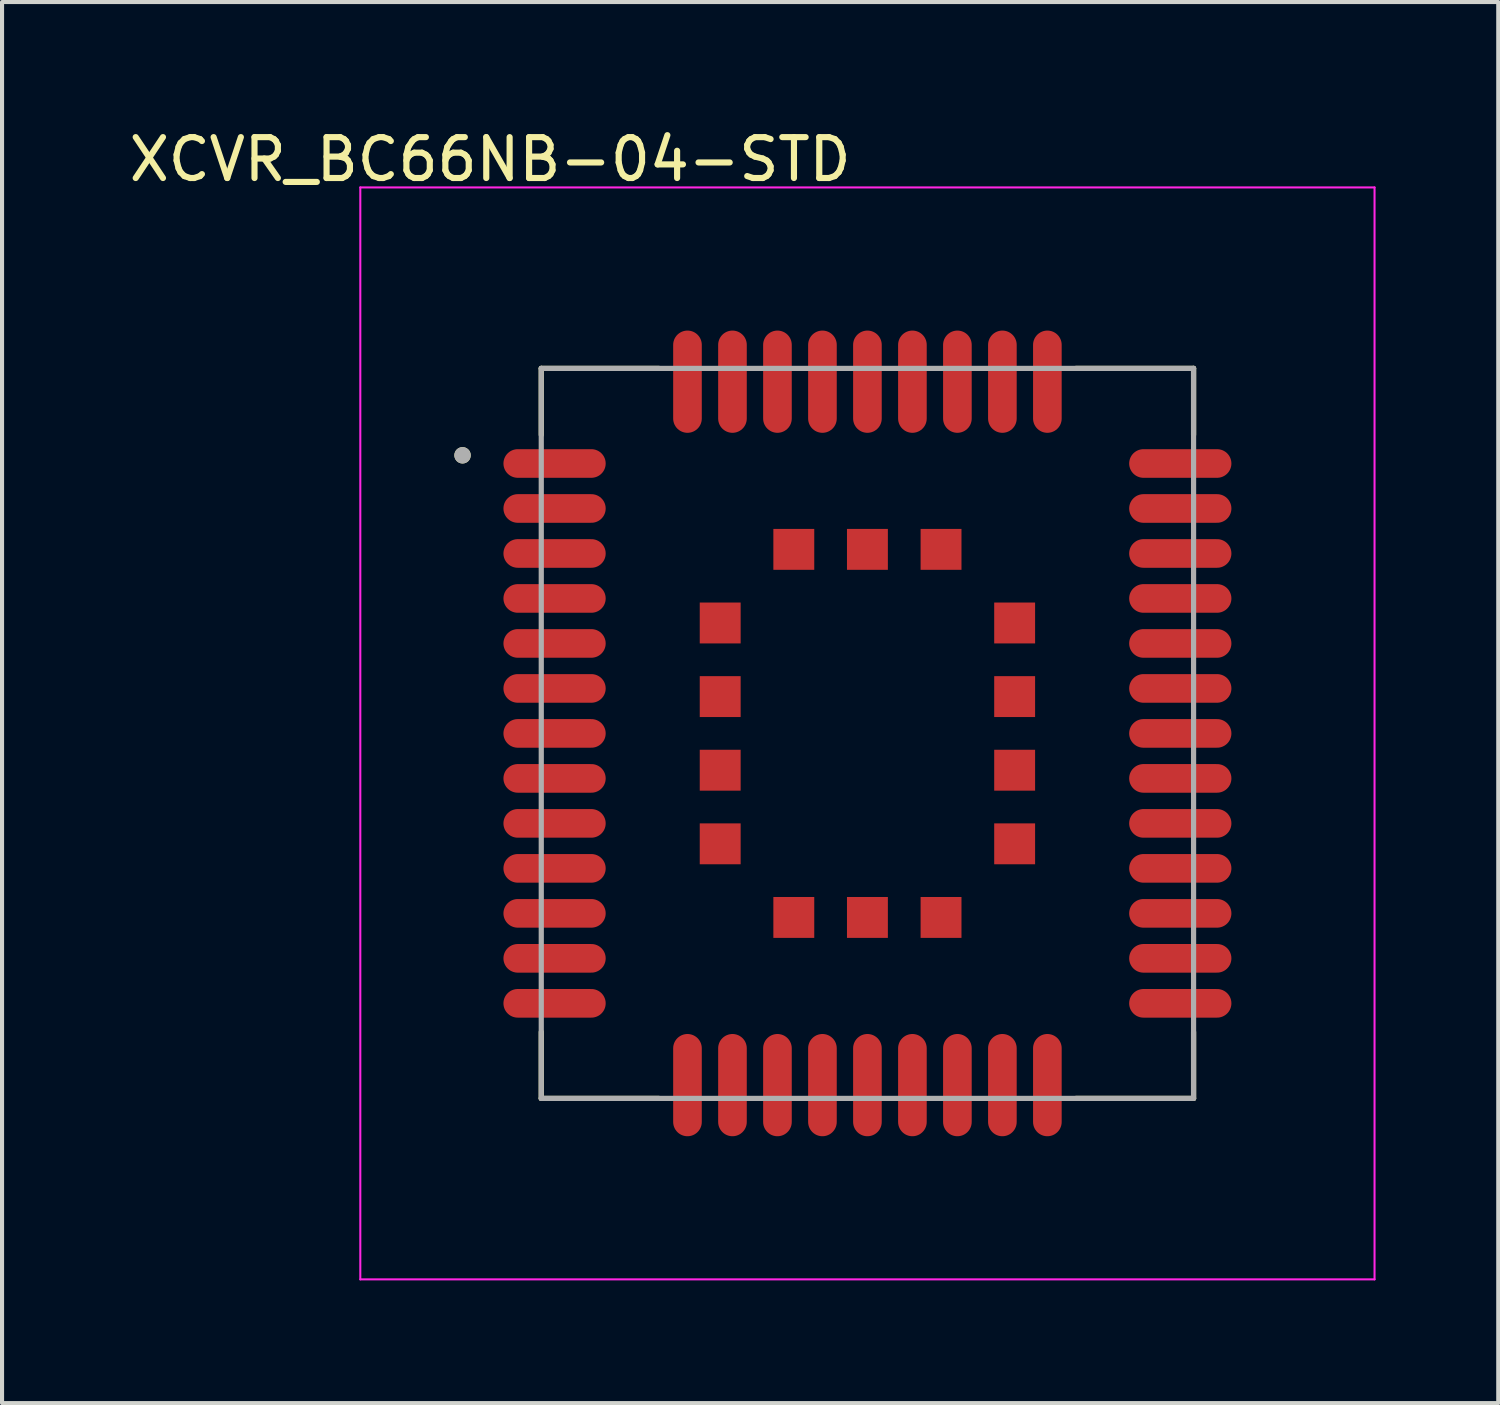
<source format=kicad_pcb>
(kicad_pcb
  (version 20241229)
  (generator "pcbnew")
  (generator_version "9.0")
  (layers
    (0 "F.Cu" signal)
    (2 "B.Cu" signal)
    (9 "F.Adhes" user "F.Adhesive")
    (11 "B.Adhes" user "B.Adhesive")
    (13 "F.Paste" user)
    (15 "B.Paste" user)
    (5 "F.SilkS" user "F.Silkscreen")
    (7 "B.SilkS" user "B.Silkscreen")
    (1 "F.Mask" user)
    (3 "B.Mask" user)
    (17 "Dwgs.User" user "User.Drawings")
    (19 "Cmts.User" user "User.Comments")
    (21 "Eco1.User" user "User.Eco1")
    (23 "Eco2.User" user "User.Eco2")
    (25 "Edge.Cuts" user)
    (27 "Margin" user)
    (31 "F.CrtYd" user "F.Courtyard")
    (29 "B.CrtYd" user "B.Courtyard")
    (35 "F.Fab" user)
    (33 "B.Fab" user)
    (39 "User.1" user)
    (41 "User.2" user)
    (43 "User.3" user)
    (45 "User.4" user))
  (footprint "XCVR_BC66NB-04-STD"
    (layer "F.Cu")
    (at 18.16 14.883)
    (property "Reference" "XCVR_BC66NB-04-STD" (at -9.225 -14.035 0) (layer "F.SilkS") (effects (font (size 1 1) (thickness 0.15))))
    (attr through_hole)
    (fp_line (start -7.975 -8.925) (end -7.975 -7.3) (stroke (width 0.127) (type solid)) (layer "F.SilkS"))
    (fp_line (start -7.975 7.3) (end -7.975 8.925) (stroke (width 0.127) (type solid)) (layer "F.SilkS"))
    (fp_line (start -7.975 8.925) (end -5.1 8.925) (stroke (width 0.127) (type solid)) (layer "F.SilkS"))
    (fp_line (start -5.1 -8.925) (end -7.975 -8.925) (stroke (width 0.127) (type solid)) (layer "F.SilkS"))
    (fp_line (start 5.1 -8.925) (end 7.975 -8.925) (stroke (width 0.127) (type solid)) (layer "F.SilkS"))
    (fp_line (start 5.1 8.925) (end 7.975 8.925) (stroke (width 0.127) (type solid)) (layer "F.SilkS"))
    (fp_line (start 7.975 -8.925) (end 7.975 -7.3) (stroke (width 0.127) (type solid)) (layer "F.SilkS"))
    (fp_line (start 7.975 8.925) (end 7.975 7.3) (stroke (width 0.127) (type solid)) (layer "F.SilkS"))
    (fp_circle (center -9.9 -6.8) (end -9.8 -6.8) (stroke (width 0.2) (type solid)) (fill no) (layer "F.SilkS"))
    (fp_poly (pts (xy 0.472 -2.705) (xy 0.472 -2.704) (xy 0.471 -2.704) (xy 0.471 -2.703) (xy 0.471 -2.702) (xy 0.471 -2.701) (xy 0.472 -2.701) (xy 0.472 -2.7) (xy 0.472 -2.705)) (stroke (width 0.0001) (type solid)) (fill yes) (layer "F.Paste"))
    (fp_poly (pts (xy -3.6 -2.7) (xy -3.6 -2.705) (xy -3.128 -2.705) (xy -3.129 -2.727) (xy -3.131 -2.752) (xy -3.134 -2.776) (xy -3.138 -2.8) (xy -3.144 -2.824) (xy -3.151 -2.848) (xy -3.159 -2.871) (xy -3.169 -2.893) (xy -3.179 -2.916) (xy -3.191 -2.937) (xy -3.204 -2.958) (xy -3.218 -2.978) (xy -3.233 -2.998) (xy -3.249 -3.017) (xy -3.266 -3.034) (xy -3.283 -3.051) (xy -3.302 -3.067) (xy -3.322 -3.082) (xy -3.342 -3.096) (xy -3.363 -3.109) (xy -3.384 -3.121) (xy -3.407 -3.131) (xy -3.429 -3.141) (xy -3.452 -3.149) (xy -3.476 -3.156) (xy -3.5 -3.162) (xy -3.524 -3.166) (xy -3.548 -3.169) (xy -3.573 -3.171) (xy -3.6 -3.172) (xy -3.625 -3.171) (xy -3.649 -3.169) (xy -3.674 -3.166) (xy -3.698 -3.162) (xy -3.722 -3.156) (xy -3.746 -3.149) (xy -3.769 -3.141) (xy -3.792 -3.131) (xy -3.814 -3.121) (xy -3.836 -3.109) (xy -3.857 -3.096) (xy -3.877 -3.082) (xy -3.897 -3.067) (xy -3.916 -3.051) (xy -3.934 -3.034) (xy -3.951 -3.016) (xy -3.967 -2.997) (xy -3.982 -2.977) (xy -3.996 -2.957) (xy -4.009 -2.936) (xy -4.021 -2.914) (xy -4.031 -2.892) (xy -4.041 -2.869) (xy -4.049 -2.846) (xy -4.056 -2.822) (xy -4.062 -2.798) (xy -4.066 -2.774) (xy -4.069 -2.749) (xy -4.071 -2.725) (xy -4.072 -2.7) (xy -4.071 -2.675) (xy -4.069 -2.651) (xy -4.066 -2.626) (xy -4.062 -2.602) (xy -4.056 -2.578) (xy -4.049 -2.554) (xy -4.041 -2.531) (xy -4.031 -2.508) (xy -4.021 -2.486) (xy -4.009 -2.464) (xy -3.996 -2.443) (xy -3.982 -2.423) (xy -3.967 -2.403) (xy -3.951 -2.384) (xy -3.934 -2.366) (xy -3.916 -2.349) (xy -3.897 -2.333) (xy -3.877 -2.318) (xy -3.857 -2.304) (xy -3.836 -2.291) (xy -3.814 -2.279) (xy -3.792 -2.269) (xy -3.769 -2.259) (xy -3.746 -2.251) (xy -3.722 -2.244) (xy -3.698 -2.238) (xy -3.674 -2.234) (xy -3.649 -2.231) (xy -3.625 -2.229) (xy -3.6 -2.228) (xy -3.575 -2.229) (xy -3.551 -2.231) (xy -3.526 -2.234) (xy -3.502 -2.238) (xy -3.478 -2.244) (xy -3.454 -2.251) (xy -3.431 -2.259) (xy -3.408 -2.269) (xy -3.386 -2.279) (xy -3.364 -2.291) (xy -3.343 -2.304) (xy -3.323 -2.318) (xy -3.303 -2.333) (xy -3.284 -2.349) (xy -3.266 -2.366) (xy -3.249 -2.384) (xy -3.233 -2.403) (xy -3.218 -2.423) (xy -3.204 -2.443) (xy -3.191 -2.464) (xy -3.179 -2.486) (xy -3.169 -2.508) (xy -3.159 -2.531) (xy -3.151 -2.554) (xy -3.144 -2.578) (xy -3.138 -2.602) (xy -3.134 -2.626) (xy -3.131 -2.651) (xy -3.129 -2.675) (xy -3.128 -2.7) (xy -3.6 -2.7)) (stroke (width 0.0001) (type solid)) (fill yes) (layer "F.Paste"))
    (fp_poly (pts (xy -3.6 -0.9) (xy -3.6 -0.905) (xy -3.128 -0.905) (xy -3.129 -0.927) (xy -3.131 -0.952) (xy -3.134 -0.976) (xy -3.138 -1) (xy -3.144 -1.024) (xy -3.151 -1.048) (xy -3.159 -1.071) (xy -3.169 -1.093) (xy -3.179 -1.116) (xy -3.191 -1.137) (xy -3.204 -1.158) (xy -3.218 -1.178) (xy -3.233 -1.198) (xy -3.249 -1.217) (xy -3.266 -1.234) (xy -3.283 -1.251) (xy -3.302 -1.267) (xy -3.322 -1.282) (xy -3.342 -1.296) (xy -3.363 -1.309) (xy -3.384 -1.321) (xy -3.407 -1.331) (xy -3.429 -1.341) (xy -3.452 -1.349) (xy -3.476 -1.356) (xy -3.5 -1.362) (xy -3.524 -1.366) (xy -3.548 -1.369) (xy -3.573 -1.371) (xy -3.6 -1.372) (xy -3.625 -1.371) (xy -3.649 -1.369) (xy -3.674 -1.366) (xy -3.698 -1.362) (xy -3.722 -1.356) (xy -3.746 -1.349) (xy -3.769 -1.341) (xy -3.792 -1.331) (xy -3.814 -1.321) (xy -3.836 -1.309) (xy -3.857 -1.296) (xy -3.877 -1.282) (xy -3.897 -1.267) (xy -3.916 -1.251) (xy -3.934 -1.234) (xy -3.951 -1.216) (xy -3.967 -1.197) (xy -3.982 -1.177) (xy -3.996 -1.157) (xy -4.009 -1.136) (xy -4.021 -1.114) (xy -4.031 -1.092) (xy -4.041 -1.069) (xy -4.049 -1.046) (xy -4.056 -1.022) (xy -4.062 -0.998) (xy -4.066 -0.974) (xy -4.069 -0.949) (xy -4.071 -0.925) (xy -4.072 -0.9) (xy -4.071 -0.875) (xy -4.069 -0.851) (xy -4.066 -0.826) (xy -4.062 -0.802) (xy -4.056 -0.778) (xy -4.049 -0.754) (xy -4.041 -0.731) (xy -4.031 -0.708) (xy -4.021 -0.686) (xy -4.009 -0.664) (xy -3.996 -0.643) (xy -3.982 -0.623) (xy -3.967 -0.603) (xy -3.951 -0.584) (xy -3.934 -0.566) (xy -3.916 -0.549) (xy -3.897 -0.533) (xy -3.877 -0.518) (xy -3.857 -0.504) (xy -3.836 -0.491) (xy -3.814 -0.479) (xy -3.792 -0.469) (xy -3.769 -0.459) (xy -3.746 -0.451) (xy -3.722 -0.444) (xy -3.698 -0.438) (xy -3.674 -0.434) (xy -3.649 -0.431) (xy -3.625 -0.429) (xy -3.6 -0.428) (xy -3.575 -0.429) (xy -3.551 -0.431) (xy -3.526 -0.434) (xy -3.502 -0.438) (xy -3.478 -0.444) (xy -3.454 -0.451) (xy -3.431 -0.459) (xy -3.408 -0.469) (xy -3.386 -0.479) (xy -3.364 -0.491) (xy -3.343 -0.504) (xy -3.323 -0.518) (xy -3.303 -0.533) (xy -3.284 -0.549) (xy -3.266 -0.566) (xy -3.249 -0.584) (xy -3.233 -0.603) (xy -3.218 -0.623) (xy -3.204 -0.643) (xy -3.191 -0.664) (xy -3.179 -0.686) (xy -3.169 -0.708) (xy -3.159 -0.731) (xy -3.151 -0.754) (xy -3.144 -0.778) (xy -3.138 -0.802) (xy -3.134 -0.826) (xy -3.131 -0.851) (xy -3.129 -0.875) (xy -3.128 -0.9) (xy -3.6 -0.9)) (stroke (width 0.0001) (type solid)) (fill yes) (layer "F.Paste"))
    (fp_poly (pts (xy -3.6 0.9) (xy -3.6 0.895) (xy -3.128 0.895) (xy -3.129 0.873) (xy -3.131 0.848) (xy -3.134 0.824) (xy -3.138 0.8) (xy -3.144 0.776) (xy -3.151 0.752) (xy -3.159 0.729) (xy -3.169 0.707) (xy -3.179 0.684) (xy -3.191 0.663) (xy -3.204 0.642) (xy -3.218 0.622) (xy -3.233 0.602) (xy -3.249 0.583) (xy -3.266 0.566) (xy -3.283 0.549) (xy -3.302 0.533) (xy -3.322 0.518) (xy -3.342 0.504) (xy -3.363 0.491) (xy -3.384 0.479) (xy -3.407 0.469) (xy -3.429 0.459) (xy -3.452 0.451) (xy -3.476 0.444) (xy -3.5 0.438) (xy -3.524 0.434) (xy -3.548 0.431) (xy -3.573 0.429) (xy -3.6 0.428) (xy -3.625 0.429) (xy -3.649 0.431) (xy -3.674 0.434) (xy -3.698 0.438) (xy -3.722 0.444) (xy -3.746 0.451) (xy -3.769 0.459) (xy -3.792 0.469) (xy -3.814 0.479) (xy -3.836 0.491) (xy -3.857 0.504) (xy -3.877 0.518) (xy -3.897 0.533) (xy -3.916 0.549) (xy -3.934 0.566) (xy -3.951 0.584) (xy -3.967 0.603) (xy -3.982 0.623) (xy -3.996 0.643) (xy -4.009 0.664) (xy -4.021 0.686) (xy -4.031 0.708) (xy -4.041 0.731) (xy -4.049 0.754) (xy -4.056 0.778) (xy -4.062 0.802) (xy -4.066 0.826) (xy -4.069 0.851) (xy -4.071 0.875) (xy -4.072 0.9) (xy -4.071 0.925) (xy -4.069 0.949) (xy -4.066 0.974) (xy -4.062 0.998) (xy -4.056 1.022) (xy -4.049 1.046) (xy -4.041 1.069) (xy -4.031 1.092) (xy -4.021 1.114) (xy -4.009 1.136) (xy -3.996 1.157) (xy -3.982 1.177) (xy -3.967 1.197) (xy -3.951 1.216) (xy -3.934 1.234) (xy -3.916 1.251) (xy -3.897 1.267) (xy -3.877 1.282) (xy -3.857 1.296) (xy -3.836 1.309) (xy -3.814 1.321) (xy -3.792 1.331) (xy -3.769 1.341) (xy -3.746 1.349) (xy -3.722 1.356) (xy -3.698 1.362) (xy -3.674 1.366) (xy -3.649 1.369) (xy -3.625 1.371) (xy -3.6 1.372) (xy -3.575 1.371) (xy -3.551 1.369) (xy -3.526 1.366) (xy -3.502 1.362) (xy -3.478 1.356) (xy -3.454 1.349) (xy -3.431 1.341) (xy -3.408 1.331) (xy -3.386 1.321) (xy -3.364 1.309) (xy -3.343 1.296) (xy -3.323 1.282) (xy -3.303 1.267) (xy -3.284 1.251) (xy -3.266 1.234) (xy -3.249 1.216) (xy -3.233 1.197) (xy -3.218 1.177) (xy -3.204 1.157) (xy -3.191 1.136) (xy -3.179 1.114) (xy -3.169 1.092) (xy -3.159 1.069) (xy -3.151 1.046) (xy -3.144 1.022) (xy -3.138 0.998) (xy -3.134 0.974) (xy -3.131 0.949) (xy -3.129 0.925) (xy -3.128 0.9) (xy -3.6 0.9)) (stroke (width 0.0001) (type solid)) (fill yes) (layer "F.Paste"))
    (fp_poly (pts (xy -3.6 2.7) (xy -3.6 2.695) (xy -3.128 2.695) (xy -3.129 2.673) (xy -3.131 2.648) (xy -3.134 2.624) (xy -3.138 2.6) (xy -3.144 2.576) (xy -3.151 2.552) (xy -3.159 2.529) (xy -3.169 2.507) (xy -3.179 2.484) (xy -3.191 2.463) (xy -3.204 2.442) (xy -3.218 2.422) (xy -3.233 2.402) (xy -3.249 2.383) (xy -3.266 2.366) (xy -3.283 2.349) (xy -3.302 2.333) (xy -3.322 2.318) (xy -3.342 2.304) (xy -3.363 2.291) (xy -3.384 2.279) (xy -3.407 2.269) (xy -3.429 2.259) (xy -3.452 2.251) (xy -3.476 2.244) (xy -3.5 2.238) (xy -3.524 2.234) (xy -3.548 2.231) (xy -3.573 2.229) (xy -3.6 2.228) (xy -3.625 2.229) (xy -3.649 2.231) (xy -3.674 2.234) (xy -3.698 2.238) (xy -3.722 2.244) (xy -3.746 2.251) (xy -3.769 2.259) (xy -3.792 2.269) (xy -3.814 2.279) (xy -3.836 2.291) (xy -3.857 2.304) (xy -3.877 2.318) (xy -3.897 2.333) (xy -3.916 2.349) (xy -3.934 2.366) (xy -3.951 2.384) (xy -3.967 2.403) (xy -3.982 2.423) (xy -3.996 2.443) (xy -4.009 2.464) (xy -4.021 2.486) (xy -4.031 2.508) (xy -4.041 2.531) (xy -4.049 2.554) (xy -4.056 2.578) (xy -4.062 2.602) (xy -4.066 2.626) (xy -4.069 2.651) (xy -4.071 2.675) (xy -4.072 2.7) (xy -4.071 2.725) (xy -4.069 2.749) (xy -4.066 2.774) (xy -4.062 2.798) (xy -4.056 2.822) (xy -4.049 2.846) (xy -4.041 2.869) (xy -4.031 2.892) (xy -4.021 2.914) (xy -4.009 2.936) (xy -3.996 2.957) (xy -3.982 2.977) (xy -3.967 2.997) (xy -3.951 3.016) (xy -3.934 3.034) (xy -3.916 3.051) (xy -3.897 3.067) (xy -3.877 3.082) (xy -3.857 3.096) (xy -3.836 3.109) (xy -3.814 3.121) (xy -3.792 3.131) (xy -3.769 3.141) (xy -3.746 3.149) (xy -3.722 3.156) (xy -3.698 3.162) (xy -3.674 3.166) (xy -3.649 3.169) (xy -3.625 3.171) (xy -3.6 3.172) (xy -3.575 3.171) (xy -3.551 3.169) (xy -3.526 3.166) (xy -3.502 3.162) (xy -3.478 3.156) (xy -3.454 3.149) (xy -3.431 3.141) (xy -3.408 3.131) (xy -3.386 3.121) (xy -3.364 3.109) (xy -3.343 3.096) (xy -3.323 3.082) (xy -3.303 3.067) (xy -3.284 3.051) (xy -3.266 3.034) (xy -3.249 3.016) (xy -3.233 2.997) (xy -3.218 2.977) (xy -3.204 2.957) (xy -3.191 2.936) (xy -3.179 2.914) (xy -3.169 2.892) (xy -3.159 2.869) (xy -3.151 2.846) (xy -3.144 2.822) (xy -3.138 2.798) (xy -3.134 2.774) (xy -3.131 2.749) (xy -3.129 2.725) (xy -3.128 2.7) (xy -3.6 2.7)) (stroke (width 0.0001) (type solid)) (fill yes) (layer "F.Paste"))
    (fp_poly (pts (xy -1.8 -4.5) (xy -1.8 -4.505) (xy -1.328 -4.505) (xy -1.329 -4.527) (xy -1.331 -4.552) (xy -1.334 -4.576) (xy -1.338 -4.6) (xy -1.344 -4.624) (xy -1.351 -4.648) (xy -1.359 -4.671) (xy -1.369 -4.693) (xy -1.379 -4.716) (xy -1.391 -4.737) (xy -1.404 -4.758) (xy -1.418 -4.778) (xy -1.433 -4.798) (xy -1.449 -4.817) (xy -1.466 -4.834) (xy -1.483 -4.851) (xy -1.502 -4.867) (xy -1.522 -4.882) (xy -1.542 -4.896) (xy -1.563 -4.909) (xy -1.584 -4.921) (xy -1.607 -4.931) (xy -1.629 -4.941) (xy -1.652 -4.949) (xy -1.676 -4.956) (xy -1.7 -4.962) (xy -1.724 -4.966) (xy -1.748 -4.969) (xy -1.773 -4.971) (xy -1.8 -4.972) (xy -1.825 -4.971) (xy -1.849 -4.969) (xy -1.874 -4.966) (xy -1.898 -4.962) (xy -1.922 -4.956) (xy -1.946 -4.949) (xy -1.969 -4.941) (xy -1.992 -4.931) (xy -2.014 -4.921) (xy -2.036 -4.909) (xy -2.057 -4.896) (xy -2.077 -4.882) (xy -2.097 -4.867) (xy -2.116 -4.851) (xy -2.134 -4.834) (xy -2.151 -4.816) (xy -2.167 -4.797) (xy -2.182 -4.777) (xy -2.196 -4.757) (xy -2.209 -4.736) (xy -2.221 -4.714) (xy -2.231 -4.692) (xy -2.241 -4.669) (xy -2.249 -4.646) (xy -2.256 -4.622) (xy -2.262 -4.598) (xy -2.266 -4.574) (xy -2.269 -4.549) (xy -2.271 -4.525) (xy -2.272 -4.5) (xy -2.271 -4.475) (xy -2.269 -4.451) (xy -2.266 -4.426) (xy -2.262 -4.402) (xy -2.256 -4.378) (xy -2.249 -4.354) (xy -2.241 -4.331) (xy -2.231 -4.308) (xy -2.221 -4.286) (xy -2.209 -4.264) (xy -2.196 -4.243) (xy -2.182 -4.223) (xy -2.167 -4.203) (xy -2.151 -4.184) (xy -2.134 -4.166) (xy -2.116 -4.149) (xy -2.097 -4.133) (xy -2.077 -4.118) (xy -2.057 -4.104) (xy -2.036 -4.091) (xy -2.014 -4.079) (xy -1.992 -4.069) (xy -1.969 -4.059) (xy -1.946 -4.051) (xy -1.922 -4.044) (xy -1.898 -4.038) (xy -1.874 -4.034) (xy -1.849 -4.031) (xy -1.825 -4.029) (xy -1.8 -4.028) (xy -1.775 -4.029) (xy -1.751 -4.031) (xy -1.726 -4.034) (xy -1.702 -4.038) (xy -1.678 -4.044) (xy -1.654 -4.051) (xy -1.631 -4.059) (xy -1.608 -4.069) (xy -1.586 -4.079) (xy -1.564 -4.091) (xy -1.543 -4.104) (xy -1.523 -4.118) (xy -1.503 -4.133) (xy -1.484 -4.149) (xy -1.466 -4.166) (xy -1.449 -4.184) (xy -1.433 -4.203) (xy -1.418 -4.223) (xy -1.404 -4.243) (xy -1.391 -4.264) (xy -1.379 -4.286) (xy -1.369 -4.308) (xy -1.359 -4.331) (xy -1.351 -4.354) (xy -1.344 -4.378) (xy -1.338 -4.402) (xy -1.334 -4.426) (xy -1.331 -4.451) (xy -1.329 -4.475) (xy -1.328 -4.5) (xy -1.8 -4.5)) (stroke (width 0.0001) (type solid)) (fill yes) (layer "F.Paste"))
    (fp_poly (pts (xy -1.8 4.5) (xy -1.8 4.495) (xy -1.328 4.495) (xy -1.329 4.473) (xy -1.331 4.448) (xy -1.334 4.424) (xy -1.338 4.4) (xy -1.344 4.376) (xy -1.351 4.352) (xy -1.359 4.329) (xy -1.369 4.307) (xy -1.379 4.284) (xy -1.391 4.263) (xy -1.404 4.242) (xy -1.418 4.222) (xy -1.433 4.202) (xy -1.449 4.183) (xy -1.466 4.166) (xy -1.483 4.149) (xy -1.502 4.133) (xy -1.522 4.118) (xy -1.542 4.104) (xy -1.563 4.091) (xy -1.584 4.079) (xy -1.607 4.069) (xy -1.629 4.059) (xy -1.652 4.051) (xy -1.676 4.044) (xy -1.7 4.038) (xy -1.724 4.034) (xy -1.748 4.031) (xy -1.773 4.029) (xy -1.8 4.028) (xy -1.825 4.029) (xy -1.849 4.031) (xy -1.874 4.034) (xy -1.898 4.038) (xy -1.922 4.044) (xy -1.946 4.051) (xy -1.969 4.059) (xy -1.992 4.069) (xy -2.014 4.079) (xy -2.036 4.091) (xy -2.057 4.104) (xy -2.077 4.118) (xy -2.097 4.133) (xy -2.116 4.149) (xy -2.134 4.166) (xy -2.151 4.184) (xy -2.167 4.203) (xy -2.182 4.223) (xy -2.196 4.243) (xy -2.209 4.264) (xy -2.221 4.286) (xy -2.231 4.308) (xy -2.241 4.331) (xy -2.249 4.354) (xy -2.256 4.378) (xy -2.262 4.402) (xy -2.266 4.426) (xy -2.269 4.451) (xy -2.271 4.475) (xy -2.272 4.5) (xy -2.271 4.525) (xy -2.269 4.549) (xy -2.266 4.574) (xy -2.262 4.598) (xy -2.256 4.622) (xy -2.249 4.646) (xy -2.241 4.669) (xy -2.231 4.692) (xy -2.221 4.714) (xy -2.209 4.736) (xy -2.196 4.757) (xy -2.182 4.777) (xy -2.167 4.797) (xy -2.151 4.816) (xy -2.134 4.834) (xy -2.116 4.851) (xy -2.097 4.867) (xy -2.077 4.882) (xy -2.057 4.896) (xy -2.036 4.909) (xy -2.014 4.921) (xy -1.992 4.931) (xy -1.969 4.941) (xy -1.946 4.949) (xy -1.922 4.956) (xy -1.898 4.962) (xy -1.874 4.966) (xy -1.849 4.969) (xy -1.825 4.971) (xy -1.8 4.972) (xy -1.775 4.971) (xy -1.751 4.969) (xy -1.726 4.966) (xy -1.702 4.962) (xy -1.678 4.956) (xy -1.654 4.949) (xy -1.631 4.941) (xy -1.608 4.931) (xy -1.586 4.921) (xy -1.564 4.909) (xy -1.543 4.896) (xy -1.523 4.882) (xy -1.503 4.867) (xy -1.484 4.851) (xy -1.466 4.834) (xy -1.449 4.816) (xy -1.433 4.797) (xy -1.418 4.777) (xy -1.404 4.757) (xy -1.391 4.736) (xy -1.379 4.714) (xy -1.369 4.692) (xy -1.359 4.669) (xy -1.351 4.646) (xy -1.344 4.622) (xy -1.338 4.598) (xy -1.334 4.574) (xy -1.331 4.549) (xy -1.329 4.525) (xy -1.328 4.5) (xy -1.8 4.5)) (stroke (width 0.0001) (type solid)) (fill yes) (layer "F.Paste"))
    (fp_poly (pts (xy 0 -4.5) (xy 0 -4.505) (xy 0.472 -4.505) (xy 0.471 -4.527) (xy 0.469 -4.552) (xy 0.466 -4.576) (xy 0.462 -4.6) (xy 0.456 -4.624) (xy 0.449 -4.648) (xy 0.441 -4.671) (xy 0.431 -4.693) (xy 0.421 -4.716) (xy 0.409 -4.737) (xy 0.396 -4.758) (xy 0.382 -4.778) (xy 0.367 -4.798) (xy 0.351 -4.817) (xy 0.334 -4.834) (xy 0.317 -4.851) (xy 0.298 -4.867) (xy 0.278 -4.882) (xy 0.258 -4.896) (xy 0.237 -4.909) (xy 0.216 -4.921) (xy 0.193 -4.931) (xy 0.171 -4.941) (xy 0.148 -4.949) (xy 0.124 -4.956) (xy 0.1 -4.962) (xy 0.076 -4.966) (xy 0.052 -4.969) (xy 0.027 -4.971) (xy 0 -4.972) (xy -0.025 -4.971) (xy -0.049 -4.969) (xy -0.074 -4.966) (xy -0.098 -4.962) (xy -0.122 -4.956) (xy -0.146 -4.949) (xy -0.169 -4.941) (xy -0.192 -4.931) (xy -0.214 -4.921) (xy -0.236 -4.909) (xy -0.257 -4.896) (xy -0.277 -4.882) (xy -0.297 -4.867) (xy -0.316 -4.851) (xy -0.334 -4.834) (xy -0.351 -4.816) (xy -0.367 -4.797) (xy -0.382 -4.777) (xy -0.396 -4.757) (xy -0.409 -4.736) (xy -0.421 -4.714) (xy -0.431 -4.692) (xy -0.441 -4.669) (xy -0.449 -4.646) (xy -0.456 -4.622) (xy -0.462 -4.598) (xy -0.466 -4.574) (xy -0.469 -4.549) (xy -0.471 -4.525) (xy -0.472 -4.5) (xy -0.471 -4.475) (xy -0.469 -4.451) (xy -0.466 -4.426) (xy -0.462 -4.402) (xy -0.456 -4.378) (xy -0.449 -4.354) (xy -0.441 -4.331) (xy -0.431 -4.308) (xy -0.421 -4.286) (xy -0.409 -4.264) (xy -0.396 -4.243) (xy -0.382 -4.223) (xy -0.367 -4.203) (xy -0.351 -4.184) (xy -0.334 -4.166) (xy -0.316 -4.149) (xy -0.297 -4.133) (xy -0.277 -4.118) (xy -0.257 -4.104) (xy -0.236 -4.091) (xy -0.214 -4.079) (xy -0.192 -4.069) (xy -0.169 -4.059) (xy -0.146 -4.051) (xy -0.122 -4.044) (xy -0.098 -4.038) (xy -0.074 -4.034) (xy -0.049 -4.031) (xy -0.025 -4.029) (xy 0 -4.028) (xy 0.025 -4.029) (xy 0.049 -4.031) (xy 0.074 -4.034) (xy 0.098 -4.038) (xy 0.122 -4.044) (xy 0.146 -4.051) (xy 0.169 -4.059) (xy 0.192 -4.069) (xy 0.214 -4.079) (xy 0.236 -4.091) (xy 0.257 -4.104) (xy 0.277 -4.118) (xy 0.297 -4.133) (xy 0.316 -4.149) (xy 0.334 -4.166) (xy 0.351 -4.184) (xy 0.367 -4.203) (xy 0.382 -4.223) (xy 0.396 -4.243) (xy 0.409 -4.264) (xy 0.421 -4.286) (xy 0.431 -4.308) (xy 0.441 -4.331) (xy 0.449 -4.354) (xy 0.456 -4.378) (xy 0.462 -4.402) (xy 0.466 -4.426) (xy 0.469 -4.451) (xy 0.471 -4.475) (xy 0.472 -4.5) (xy 0 -4.5)) (stroke (width 0.0001) (type solid)) (fill yes) (layer "F.Paste"))
    (fp_poly (pts (xy 0 4.5) (xy 0 4.495) (xy 0.472 4.495) (xy 0.471 4.473) (xy 0.469 4.448) (xy 0.466 4.424) (xy 0.462 4.4) (xy 0.456 4.376) (xy 0.449 4.352) (xy 0.441 4.329) (xy 0.431 4.307) (xy 0.421 4.284) (xy 0.409 4.263) (xy 0.396 4.242) (xy 0.382 4.222) (xy 0.367 4.202) (xy 0.351 4.183) (xy 0.334 4.166) (xy 0.317 4.149) (xy 0.298 4.133) (xy 0.278 4.118) (xy 0.258 4.104) (xy 0.237 4.091) (xy 0.216 4.079) (xy 0.193 4.069) (xy 0.171 4.059) (xy 0.148 4.051) (xy 0.124 4.044) (xy 0.1 4.038) (xy 0.076 4.034) (xy 0.052 4.031) (xy 0.027 4.029) (xy 0 4.028) (xy -0.025 4.029) (xy -0.049 4.031) (xy -0.074 4.034) (xy -0.098 4.038) (xy -0.122 4.044) (xy -0.146 4.051) (xy -0.169 4.059) (xy -0.192 4.069) (xy -0.214 4.079) (xy -0.236 4.091) (xy -0.257 4.104) (xy -0.277 4.118) (xy -0.297 4.133) (xy -0.316 4.149) (xy -0.334 4.166) (xy -0.351 4.184) (xy -0.367 4.203) (xy -0.382 4.223) (xy -0.396 4.243) (xy -0.409 4.264) (xy -0.421 4.286) (xy -0.431 4.308) (xy -0.441 4.331) (xy -0.449 4.354) (xy -0.456 4.378) (xy -0.462 4.402) (xy -0.466 4.426) (xy -0.469 4.451) (xy -0.471 4.475) (xy -0.472 4.5) (xy -0.471 4.525) (xy -0.469 4.549) (xy -0.466 4.574) (xy -0.462 4.598) (xy -0.456 4.622) (xy -0.449 4.646) (xy -0.441 4.669) (xy -0.431 4.692) (xy -0.421 4.714) (xy -0.409 4.736) (xy -0.396 4.757) (xy -0.382 4.777) (xy -0.367 4.797) (xy -0.351 4.816) (xy -0.334 4.834) (xy -0.316 4.851) (xy -0.297 4.867) (xy -0.277 4.882) (xy -0.257 4.896) (xy -0.236 4.909) (xy -0.214 4.921) (xy -0.192 4.931) (xy -0.169 4.941) (xy -0.146 4.949) (xy -0.122 4.956) (xy -0.098 4.962) (xy -0.074 4.966) (xy -0.049 4.969) (xy -0.025 4.971) (xy 0 4.972) (xy 0.025 4.971) (xy 0.049 4.969) (xy 0.074 4.966) (xy 0.098 4.962) (xy 0.122 4.956) (xy 0.146 4.949) (xy 0.169 4.941) (xy 0.192 4.931) (xy 0.214 4.921) (xy 0.236 4.909) (xy 0.257 4.896) (xy 0.277 4.882) (xy 0.297 4.867) (xy 0.316 4.851) (xy 0.334 4.834) (xy 0.351 4.816) (xy 0.367 4.797) (xy 0.382 4.777) (xy 0.396 4.757) (xy 0.409 4.736) (xy 0.421 4.714) (xy 0.431 4.692) (xy 0.441 4.669) (xy 0.449 4.646) (xy 0.456 4.622) (xy 0.462 4.598) (xy 0.466 4.574) (xy 0.469 4.549) (xy 0.471 4.525) (xy 0.472 4.5) (xy 0 4.5)) (stroke (width 0.0001) (type solid)) (fill yes) (layer "F.Paste"))
    (fp_poly (pts (xy 1.8 -4.5) (xy 1.8 -4.505) (xy 2.272 -4.505) (xy 2.271 -4.527) (xy 2.269 -4.552) (xy 2.266 -4.576) (xy 2.262 -4.6) (xy 2.256 -4.624) (xy 2.249 -4.648) (xy 2.241 -4.671) (xy 2.231 -4.693) (xy 2.221 -4.716) (xy 2.209 -4.737) (xy 2.196 -4.758) (xy 2.182 -4.778) (xy 2.167 -4.798) (xy 2.151 -4.817) (xy 2.134 -4.834) (xy 2.117 -4.851) (xy 2.098 -4.867) (xy 2.078 -4.882) (xy 2.058 -4.896) (xy 2.037 -4.909) (xy 2.016 -4.921) (xy 1.993 -4.931) (xy 1.971 -4.941) (xy 1.948 -4.949) (xy 1.924 -4.956) (xy 1.9 -4.962) (xy 1.876 -4.966) (xy 1.852 -4.969) (xy 1.827 -4.971) (xy 1.8 -4.972) (xy 1.775 -4.971) (xy 1.751 -4.969) (xy 1.726 -4.966) (xy 1.702 -4.962) (xy 1.678 -4.956) (xy 1.654 -4.949) (xy 1.631 -4.941) (xy 1.608 -4.931) (xy 1.586 -4.921) (xy 1.564 -4.909) (xy 1.543 -4.896) (xy 1.523 -4.882) (xy 1.503 -4.867) (xy 1.484 -4.851) (xy 1.466 -4.834) (xy 1.449 -4.816) (xy 1.433 -4.797) (xy 1.418 -4.777) (xy 1.404 -4.757) (xy 1.391 -4.736) (xy 1.379 -4.714) (xy 1.369 -4.692) (xy 1.359 -4.669) (xy 1.351 -4.646) (xy 1.344 -4.622) (xy 1.338 -4.598) (xy 1.334 -4.574) (xy 1.331 -4.549) (xy 1.329 -4.525) (xy 1.328 -4.5) (xy 1.329 -4.475) (xy 1.331 -4.451) (xy 1.334 -4.426) (xy 1.338 -4.402) (xy 1.344 -4.378) (xy 1.351 -4.354) (xy 1.359 -4.331) (xy 1.369 -4.308) (xy 1.379 -4.286) (xy 1.391 -4.264) (xy 1.404 -4.243) (xy 1.418 -4.223) (xy 1.433 -4.203) (xy 1.449 -4.184) (xy 1.466 -4.166) (xy 1.484 -4.149) (xy 1.503 -4.133) (xy 1.523 -4.118) (xy 1.543 -4.104) (xy 1.564 -4.091) (xy 1.586 -4.079) (xy 1.608 -4.069) (xy 1.631 -4.059) (xy 1.654 -4.051) (xy 1.678 -4.044) (xy 1.702 -4.038) (xy 1.726 -4.034) (xy 1.751 -4.031) (xy 1.775 -4.029) (xy 1.8 -4.028) (xy 1.825 -4.029) (xy 1.849 -4.031) (xy 1.874 -4.034) (xy 1.898 -4.038) (xy 1.922 -4.044) (xy 1.946 -4.051) (xy 1.969 -4.059) (xy 1.992 -4.069) (xy 2.014 -4.079) (xy 2.036 -4.091) (xy 2.057 -4.104) (xy 2.077 -4.118) (xy 2.097 -4.133) (xy 2.116 -4.149) (xy 2.134 -4.166) (xy 2.151 -4.184) (xy 2.167 -4.203) (xy 2.182 -4.223) (xy 2.196 -4.243) (xy 2.209 -4.264) (xy 2.221 -4.286) (xy 2.231 -4.308) (xy 2.241 -4.331) (xy 2.249 -4.354) (xy 2.256 -4.378) (xy 2.262 -4.402) (xy 2.266 -4.426) (xy 2.269 -4.451) (xy 2.271 -4.475) (xy 2.272 -4.5) (xy 1.8 -4.5)) (stroke (width 0.0001) (type solid)) (fill yes) (layer "F.Paste"))
    (fp_poly (pts (xy 1.8 4.5) (xy 1.8 4.495) (xy 2.272 4.495) (xy 2.271 4.473) (xy 2.269 4.448) (xy 2.266 4.424) (xy 2.262 4.4) (xy 2.256 4.376) (xy 2.249 4.352) (xy 2.241 4.329) (xy 2.231 4.307) (xy 2.221 4.284) (xy 2.209 4.263) (xy 2.196 4.242) (xy 2.182 4.222) (xy 2.167 4.202) (xy 2.151 4.183) (xy 2.134 4.166) (xy 2.117 4.149) (xy 2.098 4.133) (xy 2.078 4.118) (xy 2.058 4.104) (xy 2.037 4.091) (xy 2.016 4.079) (xy 1.993 4.069) (xy 1.971 4.059) (xy 1.948 4.051) (xy 1.924 4.044) (xy 1.9 4.038) (xy 1.876 4.034) (xy 1.852 4.031) (xy 1.827 4.029) (xy 1.8 4.028) (xy 1.775 4.029) (xy 1.751 4.031) (xy 1.726 4.034) (xy 1.702 4.038) (xy 1.678 4.044) (xy 1.654 4.051) (xy 1.631 4.059) (xy 1.608 4.069) (xy 1.586 4.079) (xy 1.564 4.091) (xy 1.543 4.104) (xy 1.523 4.118) (xy 1.503 4.133) (xy 1.484 4.149) (xy 1.466 4.166) (xy 1.449 4.184) (xy 1.433 4.203) (xy 1.418 4.223) (xy 1.404 4.243) (xy 1.391 4.264) (xy 1.379 4.286) (xy 1.369 4.308) (xy 1.359 4.331) (xy 1.351 4.354) (xy 1.344 4.378) (xy 1.338 4.402) (xy 1.334 4.426) (xy 1.331 4.451) (xy 1.329 4.475) (xy 1.328 4.5) (xy 1.329 4.525) (xy 1.331 4.549) (xy 1.334 4.574) (xy 1.338 4.598) (xy 1.344 4.622) (xy 1.351 4.646) (xy 1.359 4.669) (xy 1.369 4.692) (xy 1.379 4.714) (xy 1.391 4.736) (xy 1.404 4.757) (xy 1.418 4.777) (xy 1.433 4.797) (xy 1.449 4.816) (xy 1.466 4.834) (xy 1.484 4.851) (xy 1.503 4.867) (xy 1.523 4.882) (xy 1.543 4.896) (xy 1.564 4.909) (xy 1.586 4.921) (xy 1.608 4.931) (xy 1.631 4.941) (xy 1.654 4.949) (xy 1.678 4.956) (xy 1.702 4.962) (xy 1.726 4.966) (xy 1.751 4.969) (xy 1.775 4.971) (xy 1.8 4.972) (xy 1.825 4.971) (xy 1.849 4.969) (xy 1.874 4.966) (xy 1.898 4.962) (xy 1.922 4.956) (xy 1.946 4.949) (xy 1.969 4.941) (xy 1.992 4.931) (xy 2.014 4.921) (xy 2.036 4.909) (xy 2.057 4.896) (xy 2.077 4.882) (xy 2.097 4.867) (xy 2.116 4.851) (xy 2.134 4.834) (xy 2.151 4.816) (xy 2.167 4.797) (xy 2.182 4.777) (xy 2.196 4.757) (xy 2.209 4.736) (xy 2.221 4.714) (xy 2.231 4.692) (xy 2.241 4.669) (xy 2.249 4.646) (xy 2.256 4.622) (xy 2.262 4.598) (xy 2.266 4.574) (xy 2.269 4.549) (xy 2.271 4.525) (xy 2.272 4.5) (xy 1.8 4.5)) (stroke (width 0.0001) (type solid)) (fill yes) (layer "F.Paste"))
    (fp_poly (pts (xy 3.6 -2.7) (xy 3.6 -2.705) (xy 4.072 -2.705) (xy 4.071 -2.727) (xy 4.069 -2.752) (xy 4.066 -2.776) (xy 4.062 -2.8) (xy 4.056 -2.824) (xy 4.049 -2.848) (xy 4.041 -2.871) (xy 4.031 -2.893) (xy 4.021 -2.916) (xy 4.009 -2.937) (xy 3.996 -2.958) (xy 3.982 -2.978) (xy 3.967 -2.998) (xy 3.951 -3.017) (xy 3.934 -3.034) (xy 3.917 -3.051) (xy 3.898 -3.067) (xy 3.878 -3.082) (xy 3.858 -3.096) (xy 3.837 -3.109) (xy 3.816 -3.121) (xy 3.793 -3.131) (xy 3.771 -3.141) (xy 3.748 -3.149) (xy 3.724 -3.156) (xy 3.7 -3.162) (xy 3.676 -3.166) (xy 3.652 -3.169) (xy 3.627 -3.171) (xy 3.6 -3.172) (xy 3.575 -3.171) (xy 3.551 -3.169) (xy 3.526 -3.166) (xy 3.502 -3.162) (xy 3.478 -3.156) (xy 3.454 -3.149) (xy 3.431 -3.141) (xy 3.408 -3.131) (xy 3.386 -3.121) (xy 3.364 -3.109) (xy 3.343 -3.096) (xy 3.323 -3.082) (xy 3.303 -3.067) (xy 3.284 -3.051) (xy 3.266 -3.034) (xy 3.249 -3.016) (xy 3.233 -2.997) (xy 3.218 -2.977) (xy 3.204 -2.957) (xy 3.191 -2.936) (xy 3.179 -2.914) (xy 3.169 -2.892) (xy 3.159 -2.869) (xy 3.151 -2.846) (xy 3.144 -2.822) (xy 3.138 -2.798) (xy 3.134 -2.774) (xy 3.131 -2.749) (xy 3.129 -2.725) (xy 3.128 -2.7) (xy 3.129 -2.675) (xy 3.131 -2.651) (xy 3.134 -2.626) (xy 3.138 -2.602) (xy 3.144 -2.578) (xy 3.151 -2.554) (xy 3.159 -2.531) (xy 3.169 -2.508) (xy 3.179 -2.486) (xy 3.191 -2.464) (xy 3.204 -2.443) (xy 3.218 -2.423) (xy 3.233 -2.403) (xy 3.249 -2.384) (xy 3.266 -2.366) (xy 3.284 -2.349) (xy 3.303 -2.333) (xy 3.323 -2.318) (xy 3.343 -2.304) (xy 3.364 -2.291) (xy 3.386 -2.279) (xy 3.408 -2.269) (xy 3.431 -2.259) (xy 3.454 -2.251) (xy 3.478 -2.244) (xy 3.502 -2.238) (xy 3.526 -2.234) (xy 3.551 -2.231) (xy 3.575 -2.229) (xy 3.6 -2.228) (xy 3.625 -2.229) (xy 3.649 -2.231) (xy 3.674 -2.234) (xy 3.698 -2.238) (xy 3.722 -2.244) (xy 3.746 -2.251) (xy 3.769 -2.259) (xy 3.792 -2.269) (xy 3.814 -2.279) (xy 3.836 -2.291) (xy 3.857 -2.304) (xy 3.877 -2.318) (xy 3.897 -2.333) (xy 3.916 -2.349) (xy 3.934 -2.366) (xy 3.951 -2.384) (xy 3.967 -2.403) (xy 3.982 -2.423) (xy 3.996 -2.443) (xy 4.009 -2.464) (xy 4.021 -2.486) (xy 4.031 -2.508) (xy 4.041 -2.531) (xy 4.049 -2.554) (xy 4.056 -2.578) (xy 4.062 -2.602) (xy 4.066 -2.626) (xy 4.069 -2.651) (xy 4.071 -2.675) (xy 4.072 -2.7) (xy 3.6 -2.7)) (stroke (width 0.0001) (type solid)) (fill yes) (layer "F.Paste"))
    (fp_poly (pts (xy 3.6 -0.9) (xy 3.6 -0.905) (xy 4.072 -0.905) (xy 4.071 -0.927) (xy 4.069 -0.952) (xy 4.066 -0.976) (xy 4.062 -1) (xy 4.056 -1.024) (xy 4.049 -1.048) (xy 4.041 -1.071) (xy 4.031 -1.093) (xy 4.021 -1.116) (xy 4.009 -1.137) (xy 3.996 -1.158) (xy 3.982 -1.178) (xy 3.967 -1.198) (xy 3.951 -1.217) (xy 3.934 -1.234) (xy 3.917 -1.251) (xy 3.898 -1.267) (xy 3.878 -1.282) (xy 3.858 -1.296) (xy 3.837 -1.309) (xy 3.816 -1.321) (xy 3.793 -1.331) (xy 3.771 -1.341) (xy 3.748 -1.349) (xy 3.724 -1.356) (xy 3.7 -1.362) (xy 3.676 -1.366) (xy 3.652 -1.369) (xy 3.627 -1.371) (xy 3.6 -1.372) (xy 3.575 -1.371) (xy 3.551 -1.369) (xy 3.526 -1.366) (xy 3.502 -1.362) (xy 3.478 -1.356) (xy 3.454 -1.349) (xy 3.431 -1.341) (xy 3.408 -1.331) (xy 3.386 -1.321) (xy 3.364 -1.309) (xy 3.343 -1.296) (xy 3.323 -1.282) (xy 3.303 -1.267) (xy 3.284 -1.251) (xy 3.266 -1.234) (xy 3.249 -1.216) (xy 3.233 -1.197) (xy 3.218 -1.177) (xy 3.204 -1.157) (xy 3.191 -1.136) (xy 3.179 -1.114) (xy 3.169 -1.092) (xy 3.159 -1.069) (xy 3.151 -1.046) (xy 3.144 -1.022) (xy 3.138 -0.998) (xy 3.134 -0.974) (xy 3.131 -0.949) (xy 3.129 -0.925) (xy 3.128 -0.9) (xy 3.129 -0.875) (xy 3.131 -0.851) (xy 3.134 -0.826) (xy 3.138 -0.802) (xy 3.144 -0.778) (xy 3.151 -0.754) (xy 3.159 -0.731) (xy 3.169 -0.708) (xy 3.179 -0.686) (xy 3.191 -0.664) (xy 3.204 -0.643) (xy 3.218 -0.623) (xy 3.233 -0.603) (xy 3.249 -0.584) (xy 3.266 -0.566) (xy 3.284 -0.549) (xy 3.303 -0.533) (xy 3.323 -0.518) (xy 3.343 -0.504) (xy 3.364 -0.491) (xy 3.386 -0.479) (xy 3.408 -0.469) (xy 3.431 -0.459) (xy 3.454 -0.451) (xy 3.478 -0.444) (xy 3.502 -0.438) (xy 3.526 -0.434) (xy 3.551 -0.431) (xy 3.575 -0.429) (xy 3.6 -0.428) (xy 3.625 -0.429) (xy 3.649 -0.431) (xy 3.674 -0.434) (xy 3.698 -0.438) (xy 3.722 -0.444) (xy 3.746 -0.451) (xy 3.769 -0.459) (xy 3.792 -0.469) (xy 3.814 -0.479) (xy 3.836 -0.491) (xy 3.857 -0.504) (xy 3.877 -0.518) (xy 3.897 -0.533) (xy 3.916 -0.549) (xy 3.934 -0.566) (xy 3.951 -0.584) (xy 3.967 -0.603) (xy 3.982 -0.623) (xy 3.996 -0.643) (xy 4.009 -0.664) (xy 4.021 -0.686) (xy 4.031 -0.708) (xy 4.041 -0.731) (xy 4.049 -0.754) (xy 4.056 -0.778) (xy 4.062 -0.802) (xy 4.066 -0.826) (xy 4.069 -0.851) (xy 4.071 -0.875) (xy 4.072 -0.9) (xy 3.6 -0.9)) (stroke (width 0.0001) (type solid)) (fill yes) (layer "F.Paste"))
    (fp_poly (pts (xy 3.6 0.9) (xy 3.6 0.895) (xy 4.072 0.895) (xy 4.071 0.873) (xy 4.069 0.848) (xy 4.066 0.824) (xy 4.062 0.8) (xy 4.056 0.776) (xy 4.049 0.752) (xy 4.041 0.729) (xy 4.031 0.707) (xy 4.021 0.684) (xy 4.009 0.663) (xy 3.996 0.642) (xy 3.982 0.622) (xy 3.967 0.602) (xy 3.951 0.583) (xy 3.934 0.566) (xy 3.917 0.549) (xy 3.898 0.533) (xy 3.878 0.518) (xy 3.858 0.504) (xy 3.837 0.491) (xy 3.816 0.479) (xy 3.793 0.469) (xy 3.771 0.459) (xy 3.748 0.451) (xy 3.724 0.444) (xy 3.7 0.438) (xy 3.676 0.434) (xy 3.652 0.431) (xy 3.627 0.429) (xy 3.6 0.428) (xy 3.575 0.429) (xy 3.551 0.431) (xy 3.526 0.434) (xy 3.502 0.438) (xy 3.478 0.444) (xy 3.454 0.451) (xy 3.431 0.459) (xy 3.408 0.469) (xy 3.386 0.479) (xy 3.364 0.491) (xy 3.343 0.504) (xy 3.323 0.518) (xy 3.303 0.533) (xy 3.284 0.549) (xy 3.266 0.566) (xy 3.249 0.584) (xy 3.233 0.603) (xy 3.218 0.623) (xy 3.204 0.643) (xy 3.191 0.664) (xy 3.179 0.686) (xy 3.169 0.708) (xy 3.159 0.731) (xy 3.151 0.754) (xy 3.144 0.778) (xy 3.138 0.802) (xy 3.134 0.826) (xy 3.131 0.851) (xy 3.129 0.875) (xy 3.128 0.9) (xy 3.129 0.925) (xy 3.131 0.949) (xy 3.134 0.974) (xy 3.138 0.998) (xy 3.144 1.022) (xy 3.151 1.046) (xy 3.159 1.069) (xy 3.169 1.092) (xy 3.179 1.114) (xy 3.191 1.136) (xy 3.204 1.157) (xy 3.218 1.177) (xy 3.233 1.197) (xy 3.249 1.216) (xy 3.266 1.234) (xy 3.284 1.251) (xy 3.303 1.267) (xy 3.323 1.282) (xy 3.343 1.296) (xy 3.364 1.309) (xy 3.386 1.321) (xy 3.408 1.331) (xy 3.431 1.341) (xy 3.454 1.349) (xy 3.478 1.356) (xy 3.502 1.362) (xy 3.526 1.366) (xy 3.551 1.369) (xy 3.575 1.371) (xy 3.6 1.372) (xy 3.625 1.371) (xy 3.649 1.369) (xy 3.674 1.366) (xy 3.698 1.362) (xy 3.722 1.356) (xy 3.746 1.349) (xy 3.769 1.341) (xy 3.792 1.331) (xy 3.814 1.321) (xy 3.836 1.309) (xy 3.857 1.296) (xy 3.877 1.282) (xy 3.897 1.267) (xy 3.916 1.251) (xy 3.934 1.234) (xy 3.951 1.216) (xy 3.967 1.197) (xy 3.982 1.177) (xy 3.996 1.157) (xy 4.009 1.136) (xy 4.021 1.114) (xy 4.031 1.092) (xy 4.041 1.069) (xy 4.049 1.046) (xy 4.056 1.022) (xy 4.062 0.998) (xy 4.066 0.974) (xy 4.069 0.949) (xy 4.071 0.925) (xy 4.072 0.9) (xy 3.6 0.9)) (stroke (width 0.0001) (type solid)) (fill yes) (layer "F.Paste"))
    (fp_poly (pts (xy 3.6 2.7) (xy 3.6 2.695) (xy 4.072 2.695) (xy 4.071 2.673) (xy 4.069 2.648) (xy 4.066 2.624) (xy 4.062 2.6) (xy 4.056 2.576) (xy 4.049 2.552) (xy 4.041 2.529) (xy 4.031 2.507) (xy 4.021 2.484) (xy 4.009 2.463) (xy 3.996 2.442) (xy 3.982 2.422) (xy 3.967 2.402) (xy 3.951 2.383) (xy 3.934 2.366) (xy 3.917 2.349) (xy 3.898 2.333) (xy 3.878 2.318) (xy 3.858 2.304) (xy 3.837 2.291) (xy 3.816 2.279) (xy 3.793 2.269) (xy 3.771 2.259) (xy 3.748 2.251) (xy 3.724 2.244) (xy 3.7 2.238) (xy 3.676 2.234) (xy 3.652 2.231) (xy 3.627 2.229) (xy 3.6 2.228) (xy 3.575 2.229) (xy 3.551 2.231) (xy 3.526 2.234) (xy 3.502 2.238) (xy 3.478 2.244) (xy 3.454 2.251) (xy 3.431 2.259) (xy 3.408 2.269) (xy 3.386 2.279) (xy 3.364 2.291) (xy 3.343 2.304) (xy 3.323 2.318) (xy 3.303 2.333) (xy 3.284 2.349) (xy 3.266 2.366) (xy 3.249 2.384) (xy 3.233 2.403) (xy 3.218 2.423) (xy 3.204 2.443) (xy 3.191 2.464) (xy 3.179 2.486) (xy 3.169 2.508) (xy 3.159 2.531) (xy 3.151 2.554) (xy 3.144 2.578) (xy 3.138 2.602) (xy 3.134 2.626) (xy 3.131 2.651) (xy 3.129 2.675) (xy 3.128 2.7) (xy 3.129 2.725) (xy 3.131 2.749) (xy 3.134 2.774) (xy 3.138 2.798) (xy 3.144 2.822) (xy 3.151 2.846) (xy 3.159 2.869) (xy 3.169 2.892) (xy 3.179 2.914) (xy 3.191 2.936) (xy 3.204 2.957) (xy 3.218 2.977) (xy 3.233 2.997) (xy 3.249 3.016) (xy 3.266 3.034) (xy 3.284 3.051) (xy 3.303 3.067) (xy 3.323 3.082) (xy 3.343 3.096) (xy 3.364 3.109) (xy 3.386 3.121) (xy 3.408 3.131) (xy 3.431 3.141) (xy 3.454 3.149) (xy 3.478 3.156) (xy 3.502 3.162) (xy 3.526 3.166) (xy 3.551 3.169) (xy 3.575 3.171) (xy 3.6 3.172) (xy 3.625 3.171) (xy 3.649 3.169) (xy 3.674 3.166) (xy 3.698 3.162) (xy 3.722 3.156) (xy 3.746 3.149) (xy 3.769 3.141) (xy 3.792 3.131) (xy 3.814 3.121) (xy 3.836 3.109) (xy 3.857 3.096) (xy 3.877 3.082) (xy 3.897 3.067) (xy 3.916 3.051) (xy 3.934 3.034) (xy 3.951 3.016) (xy 3.967 2.997) (xy 3.982 2.977) (xy 3.996 2.957) (xy 4.009 2.936) (xy 4.021 2.914) (xy 4.031 2.892) (xy 4.041 2.869) (xy 4.049 2.846) (xy 4.056 2.822) (xy 4.062 2.798) (xy 4.066 2.774) (xy 4.069 2.749) (xy 4.071 2.725) (xy 4.072 2.7) (xy 3.6 2.7)) (stroke (width 0.0001) (type solid)) (fill yes) (layer "F.Paste"))
    (fp_poly (pts (xy -9.3 -6.897) (xy -6.7 -6.897) (xy -6.695 -6.897) (xy -6.69 -6.897) (xy -6.685 -6.897) (xy -6.68 -6.896) (xy -6.675 -6.895) (xy -6.67 -6.893) (xy -6.665 -6.892) (xy -6.66 -6.89) (xy -6.655 -6.888) (xy -6.651 -6.885) (xy -6.646 -6.883) (xy -6.642 -6.88) (xy -6.638 -6.877) (xy -6.634 -6.873) (xy -6.63 -6.87) (xy -6.627 -6.866) (xy -6.623 -6.862) (xy -6.62 -6.858) (xy -6.617 -6.854) (xy -6.614 -6.85) (xy -6.612 -6.845) (xy -6.609 -6.84) (xy -6.607 -6.836) (xy -6.605 -6.831) (xy -6.604 -6.826) (xy -6.603 -6.821) (xy -6.601 -6.816) (xy -6.601 -6.811) (xy -6.6 -6.806) (xy -6.6 -6.8) (xy -6.6 -6.4) (xy -6.6 -6.394) (xy -6.601 -6.389) (xy -6.601 -6.384) (xy -6.603 -6.379) (xy -6.604 -6.374) (xy -6.605 -6.369) (xy -6.607 -6.364) (xy -6.609 -6.36) (xy -6.612 -6.355) (xy -6.614 -6.35) (xy -6.617 -6.346) (xy -6.62 -6.342) (xy -6.623 -6.338) (xy -6.627 -6.334) (xy -6.63 -6.33) (xy -6.634 -6.327) (xy -6.638 -6.323) (xy -6.642 -6.32) (xy -6.646 -6.317) (xy -6.651 -6.315) (xy -6.655 -6.312) (xy -6.66 -6.31) (xy -6.665 -6.308) (xy -6.67 -6.307) (xy -6.675 -6.305) (xy -6.68 -6.304) (xy -6.685 -6.303) (xy -6.69 -6.303) (xy -6.695 -6.303) (xy -6.7 -6.303) (xy -9.3 -6.303) (xy -9.305 -6.303) (xy -9.31 -6.303) (xy -9.315 -6.303) (xy -9.32 -6.304) (xy -9.325 -6.305) (xy -9.33 -6.307) (xy -9.335 -6.308) (xy -9.34 -6.31) (xy -9.345 -6.312) (xy -9.349 -6.315) (xy -9.354 -6.317) (xy -9.358 -6.32) (xy -9.362 -6.323) (xy -9.366 -6.327) (xy -9.37 -6.33) (xy -9.373 -6.334) (xy -9.377 -6.338) (xy -9.38 -6.342) (xy -9.383 -6.346) (xy -9.386 -6.35) (xy -9.388 -6.355) (xy -9.391 -6.36) (xy -9.393 -6.364) (xy -9.395 -6.369) (xy -9.396 -6.374) (xy -9.397 -6.379) (xy -9.399 -6.384) (xy -9.399 -6.389) (xy -9.4 -6.394) (xy -9.4 -6.4) (xy -9.4 -6.8) (xy -9.4 -6.806) (xy -9.399 -6.811) (xy -9.399 -6.816) (xy -9.397 -6.821) (xy -9.396 -6.826) (xy -9.395 -6.831) (xy -9.393 -6.836) (xy -9.391 -6.84) (xy -9.388 -6.845) (xy -9.386 -6.85) (xy -9.383 -6.854) (xy -9.38 -6.858) (xy -9.377 -6.862) (xy -9.373 -6.866) (xy -9.37 -6.87) (xy -9.366 -6.873) (xy -9.362 -6.877) (xy -9.358 -6.88) (xy -9.354 -6.883) (xy -9.349 -6.885) (xy -9.345 -6.888) (xy -9.34 -6.89) (xy -9.335 -6.892) (xy -9.33 -6.893) (xy -9.325 -6.895) (xy -9.32 -6.896) (xy -9.315 -6.897) (xy -9.31 -6.897) (xy -9.305 -6.897) (xy -9.3 -6.897) (xy -9.3 -6.897)) (stroke (width 0.001) (type solid)) (fill yes) (layer "F.Paste"))
    (fp_poly (pts (xy -9.3 -5.798) (xy -6.7 -5.798) (xy -6.695 -5.797) (xy -6.69 -5.797) (xy -6.685 -5.797) (xy -6.68 -5.796) (xy -6.675 -5.795) (xy -6.67 -5.793) (xy -6.665 -5.792) (xy -6.66 -5.79) (xy -6.655 -5.788) (xy -6.651 -5.785) (xy -6.646 -5.783) (xy -6.642 -5.78) (xy -6.638 -5.777) (xy -6.634 -5.773) (xy -6.63 -5.77) (xy -6.627 -5.766) (xy -6.623 -5.762) (xy -6.62 -5.758) (xy -6.617 -5.754) (xy -6.614 -5.75) (xy -6.612 -5.745) (xy -6.609 -5.74) (xy -6.607 -5.736) (xy -6.605 -5.731) (xy -6.604 -5.726) (xy -6.603 -5.721) (xy -6.601 -5.716) (xy -6.601 -5.711) (xy -6.6 -5.706) (xy -6.6 -5.7) (xy -6.6 -5.3) (xy -6.6 -5.294) (xy -6.601 -5.289) (xy -6.601 -5.284) (xy -6.603 -5.279) (xy -6.604 -5.274) (xy -6.605 -5.269) (xy -6.607 -5.264) (xy -6.609 -5.26) (xy -6.612 -5.255) (xy -6.614 -5.25) (xy -6.617 -5.246) (xy -6.62 -5.242) (xy -6.623 -5.238) (xy -6.627 -5.234) (xy -6.63 -5.23) (xy -6.634 -5.227) (xy -6.638 -5.223) (xy -6.642 -5.22) (xy -6.646 -5.217) (xy -6.651 -5.215) (xy -6.655 -5.212) (xy -6.66 -5.21) (xy -6.665 -5.208) (xy -6.67 -5.207) (xy -6.675 -5.205) (xy -6.68 -5.204) (xy -6.685 -5.203) (xy -6.69 -5.203) (xy -6.695 -5.203) (xy -6.7 -5.202) (xy -9.3 -5.202) (xy -9.305 -5.203) (xy -9.31 -5.203) (xy -9.315 -5.203) (xy -9.32 -5.204) (xy -9.325 -5.205) (xy -9.33 -5.207) (xy -9.335 -5.208) (xy -9.34 -5.21) (xy -9.345 -5.212) (xy -9.349 -5.215) (xy -9.354 -5.217) (xy -9.358 -5.22) (xy -9.362 -5.223) (xy -9.366 -5.227) (xy -9.37 -5.23) (xy -9.373 -5.234) (xy -9.377 -5.238) (xy -9.38 -5.242) (xy -9.383 -5.246) (xy -9.386 -5.25) (xy -9.388 -5.255) (xy -9.391 -5.26) (xy -9.393 -5.264) (xy -9.395 -5.269) (xy -9.396 -5.274) (xy -9.397 -5.279) (xy -9.399 -5.284) (xy -9.399 -5.289) (xy -9.4 -5.294) (xy -9.4 -5.3) (xy -9.4 -5.7) (xy -9.4 -5.706) (xy -9.399 -5.711) (xy -9.399 -5.716) (xy -9.397 -5.721) (xy -9.396 -5.726) (xy -9.395 -5.731) (xy -9.393 -5.736) (xy -9.391 -5.74) (xy -9.388 -5.745) (xy -9.386 -5.75) (xy -9.383 -5.754) (xy -9.38 -5.758) (xy -9.377 -5.762) (xy -9.373 -5.766) (xy -9.37 -5.77) (xy -9.366 -5.773) (xy -9.362 -5.777) (xy -9.358 -5.78) (xy -9.354 -5.783) (xy -9.349 -5.785) (xy -9.345 -5.788) (xy -9.34 -5.79) (xy -9.335 -5.792) (xy -9.33 -5.793) (xy -9.325 -5.795) (xy -9.32 -5.796) (xy -9.315 -5.797) (xy -9.31 -5.797) (xy -9.305 -5.797) (xy -9.3 -5.798) (xy -9.3 -5.798)) (stroke (width 0.001) (type solid)) (fill yes) (layer "F.Paste"))
    (fp_poly (pts (xy -9.3 -4.697) (xy -6.7 -4.697) (xy -6.695 -4.697) (xy -6.69 -4.697) (xy -6.685 -4.697) (xy -6.68 -4.696) (xy -6.675 -4.695) (xy -6.67 -4.693) (xy -6.665 -4.692) (xy -6.66 -4.69) (xy -6.655 -4.688) (xy -6.651 -4.685) (xy -6.646 -4.683) (xy -6.642 -4.68) (xy -6.638 -4.677) (xy -6.634 -4.673) (xy -6.63 -4.67) (xy -6.627 -4.666) (xy -6.623 -4.662) (xy -6.62 -4.658) (xy -6.617 -4.654) (xy -6.614 -4.65) (xy -6.612 -4.645) (xy -6.609 -4.64) (xy -6.607 -4.636) (xy -6.605 -4.631) (xy -6.604 -4.626) (xy -6.603 -4.621) (xy -6.601 -4.616) (xy -6.601 -4.611) (xy -6.6 -4.606) (xy -6.6 -4.6) (xy -6.6 -4.2) (xy -6.6 -4.194) (xy -6.601 -4.189) (xy -6.601 -4.184) (xy -6.603 -4.179) (xy -6.604 -4.174) (xy -6.605 -4.169) (xy -6.607 -4.164) (xy -6.609 -4.16) (xy -6.612 -4.155) (xy -6.614 -4.15) (xy -6.617 -4.146) (xy -6.62 -4.142) (xy -6.623 -4.138) (xy -6.627 -4.134) (xy -6.63 -4.13) (xy -6.634 -4.127) (xy -6.638 -4.123) (xy -6.642 -4.12) (xy -6.646 -4.117) (xy -6.651 -4.115) (xy -6.655 -4.112) (xy -6.66 -4.11) (xy -6.665 -4.108) (xy -6.67 -4.107) (xy -6.675 -4.105) (xy -6.68 -4.104) (xy -6.685 -4.103) (xy -6.69 -4.103) (xy -6.695 -4.103) (xy -6.7 -4.103) (xy -9.3 -4.103) (xy -9.305 -4.103) (xy -9.31 -4.103) (xy -9.315 -4.103) (xy -9.32 -4.104) (xy -9.325 -4.105) (xy -9.33 -4.107) (xy -9.335 -4.108) (xy -9.34 -4.11) (xy -9.345 -4.112) (xy -9.349 -4.115) (xy -9.354 -4.117) (xy -9.358 -4.12) (xy -9.362 -4.123) (xy -9.366 -4.127) (xy -9.37 -4.13) (xy -9.373 -4.134) (xy -9.377 -4.138) (xy -9.38 -4.142) (xy -9.383 -4.146) (xy -9.386 -4.15) (xy -9.388 -4.155) (xy -9.391 -4.16) (xy -9.393 -4.164) (xy -9.395 -4.169) (xy -9.396 -4.174) (xy -9.397 -4.179) (xy -9.399 -4.184) (xy -9.399 -4.189) (xy -9.4 -4.194) (xy -9.4 -4.2) (xy -9.4 -4.6) (xy -9.4 -4.606) (xy -9.399 -4.611) (xy -9.399 -4.616) (xy -9.397 -4.621) (xy -9.396 -4.626) (xy -9.395 -4.631) (xy -9.393 -4.636) (xy -9.391 -4.64) (xy -9.388 -4.645) (xy -9.386 -4.65) (xy -9.383 -4.654) (xy -9.38 -4.658) (xy -9.377 -4.662) (xy -9.373 -4.666) (xy -9.37 -4.67) (xy -9.366 -4.673) (xy -9.362 -4.677) (xy -9.358 -4.68) (xy -9.354 -4.683) (xy -9.349 -4.685) (xy -9.345 -4.688) (xy -9.34 -4.69) (xy -9.335 -4.692) (xy -9.33 -4.693) (xy -9.325 -4.695) (xy -9.32 -4.696) (xy -9.315 -4.697) (xy -9.31 -4.697) (xy -9.305 -4.697) (xy -9.3 -4.697) (xy -9.3 -4.697)) (stroke (width 0.001) (type solid)) (fill yes) (layer "F.Paste"))
    (fp_poly (pts (xy -9.3 -3.598) (xy -6.7 -3.598) (xy -6.695 -3.597) (xy -6.69 -3.597) (xy -6.685 -3.597) (xy -6.68 -3.596) (xy -6.675 -3.595) (xy -6.67 -3.593) (xy -6.665 -3.592) (xy -6.66 -3.59) (xy -6.655 -3.588) (xy -6.651 -3.585) (xy -6.646 -3.583) (xy -6.642 -3.58) (xy -6.638 -3.577) (xy -6.634 -3.573) (xy -6.63 -3.57) (xy -6.627 -3.566) (xy -6.623 -3.562) (xy -6.62 -3.558) (xy -6.617 -3.554) (xy -6.614 -3.55) (xy -6.612 -3.545) (xy -6.609 -3.54) (xy -6.607 -3.536) (xy -6.605 -3.531) (xy -6.604 -3.526) (xy -6.603 -3.521) (xy -6.601 -3.516) (xy -6.601 -3.511) (xy -6.6 -3.506) (xy -6.6 -3.5) (xy -6.6 -3.1) (xy -6.6 -3.094) (xy -6.601 -3.089) (xy -6.601 -3.084) (xy -6.603 -3.079) (xy -6.604 -3.074) (xy -6.605 -3.069) (xy -6.607 -3.064) (xy -6.609 -3.06) (xy -6.612 -3.055) (xy -6.614 -3.05) (xy -6.617 -3.046) (xy -6.62 -3.042) (xy -6.623 -3.038) (xy -6.627 -3.034) (xy -6.63 -3.03) (xy -6.634 -3.027) (xy -6.638 -3.023) (xy -6.642 -3.02) (xy -6.646 -3.017) (xy -6.651 -3.015) (xy -6.655 -3.012) (xy -6.66 -3.01) (xy -6.665 -3.008) (xy -6.67 -3.007) (xy -6.675 -3.005) (xy -6.68 -3.004) (xy -6.685 -3.003) (xy -6.69 -3.003) (xy -6.695 -3.003) (xy -6.7 -3.002) (xy -9.3 -3.002) (xy -9.305 -3.003) (xy -9.31 -3.003) (xy -9.315 -3.003) (xy -9.32 -3.004) (xy -9.325 -3.005) (xy -9.33 -3.007) (xy -9.335 -3.008) (xy -9.34 -3.01) (xy -9.345 -3.012) (xy -9.349 -3.015) (xy -9.354 -3.017) (xy -9.358 -3.02) (xy -9.362 -3.023) (xy -9.366 -3.027) (xy -9.37 -3.03) (xy -9.373 -3.034) (xy -9.377 -3.038) (xy -9.38 -3.042) (xy -9.383 -3.046) (xy -9.386 -3.05) (xy -9.388 -3.055) (xy -9.391 -3.06) (xy -9.393 -3.064) (xy -9.395 -3.069) (xy -9.396 -3.074) (xy -9.397 -3.079) (xy -9.399 -3.084) (xy -9.399 -3.089) (xy -9.4 -3.094) (xy -9.4 -3.1) (xy -9.4 -3.5) (xy -9.4 -3.506) (xy -9.399 -3.511) (xy -9.399 -3.516) (xy -9.397 -3.521) (xy -9.396 -3.526) (xy -9.395 -3.531) (xy -9.393 -3.536) (xy -9.391 -3.54) (xy -9.388 -3.545) (xy -9.386 -3.55) (xy -9.383 -3.554) (xy -9.38 -3.558) (xy -9.377 -3.562) (xy -9.373 -3.566) (xy -9.37 -3.57) (xy -9.366 -3.573) (xy -9.362 -3.577) (xy -9.358 -3.58) (xy -9.354 -3.583) (xy -9.349 -3.585) (xy -9.345 -3.588) (xy -9.34 -3.59) (xy -9.335 -3.592) (xy -9.33 -3.593) (xy -9.325 -3.595) (xy -9.32 -3.596) (xy -9.315 -3.597) (xy -9.31 -3.597) (xy -9.305 -3.597) (xy -9.3 -3.598) (xy -9.3 -3.598)) (stroke (width 0.001) (type solid)) (fill yes) (layer "F.Paste"))
    (fp_poly (pts (xy -9.3 -2.498) (xy -6.7 -2.498) (xy -6.695 -2.497) (xy -6.69 -2.497) (xy -6.685 -2.497) (xy -6.68 -2.496) (xy -6.675 -2.495) (xy -6.67 -2.493) (xy -6.665 -2.492) (xy -6.66 -2.49) (xy -6.655 -2.488) (xy -6.651 -2.485) (xy -6.646 -2.483) (xy -6.642 -2.48) (xy -6.638 -2.477) (xy -6.634 -2.473) (xy -6.63 -2.47) (xy -6.627 -2.466) (xy -6.623 -2.462) (xy -6.62 -2.458) (xy -6.617 -2.454) (xy -6.614 -2.45) (xy -6.612 -2.445) (xy -6.609 -2.44) (xy -6.607 -2.436) (xy -6.605 -2.431) (xy -6.604 -2.426) (xy -6.603 -2.421) (xy -6.601 -2.416) (xy -6.601 -2.411) (xy -6.6 -2.406) (xy -6.6 -2.4) (xy -6.6 -2) (xy -6.6 -1.994) (xy -6.601 -1.989) (xy -6.601 -1.984) (xy -6.603 -1.979) (xy -6.604 -1.974) (xy -6.605 -1.969) (xy -6.607 -1.964) (xy -6.609 -1.96) (xy -6.612 -1.955) (xy -6.614 -1.95) (xy -6.617 -1.946) (xy -6.62 -1.942) (xy -6.623 -1.938) (xy -6.627 -1.934) (xy -6.63 -1.93) (xy -6.634 -1.927) (xy -6.638 -1.923) (xy -6.642 -1.92) (xy -6.646 -1.917) (xy -6.651 -1.915) (xy -6.655 -1.912) (xy -6.66 -1.91) (xy -6.665 -1.908) (xy -6.67 -1.907) (xy -6.675 -1.905) (xy -6.68 -1.904) (xy -6.685 -1.903) (xy -6.69 -1.903) (xy -6.695 -1.903) (xy -6.7 -1.903) (xy -9.3 -1.903) (xy -9.305 -1.903) (xy -9.31 -1.903) (xy -9.315 -1.903) (xy -9.32 -1.904) (xy -9.325 -1.905) (xy -9.33 -1.907) (xy -9.335 -1.908) (xy -9.34 -1.91) (xy -9.345 -1.912) (xy -9.349 -1.915) (xy -9.354 -1.917) (xy -9.358 -1.92) (xy -9.362 -1.923) (xy -9.366 -1.927) (xy -9.37 -1.93) (xy -9.373 -1.934) (xy -9.377 -1.938) (xy -9.38 -1.942) (xy -9.383 -1.946) (xy -9.386 -1.95) (xy -9.388 -1.955) (xy -9.391 -1.96) (xy -9.393 -1.964) (xy -9.395 -1.969) (xy -9.396 -1.974) (xy -9.397 -1.979) (xy -9.399 -1.984) (xy -9.399 -1.989) (xy -9.4 -1.994) (xy -9.4 -2) (xy -9.4 -2.4) (xy -9.4 -2.406) (xy -9.399 -2.411) (xy -9.399 -2.416) (xy -9.397 -2.421) (xy -9.396 -2.426) (xy -9.395 -2.431) (xy -9.393 -2.436) (xy -9.391 -2.44) (xy -9.388 -2.445) (xy -9.386 -2.45) (xy -9.383 -2.454) (xy -9.38 -2.458) (xy -9.377 -2.462) (xy -9.373 -2.466) (xy -9.37 -2.47) (xy -9.366 -2.473) (xy -9.362 -2.477) (xy -9.358 -2.48) (xy -9.354 -2.483) (xy -9.349 -2.485) (xy -9.345 -2.488) (xy -9.34 -2.49) (xy -9.335 -2.492) (xy -9.33 -2.493) (xy -9.325 -2.495) (xy -9.32 -2.496) (xy -9.315 -2.497) (xy -9.31 -2.497) (xy -9.305 -2.497) (xy -9.3 -2.498) (xy -9.3 -2.498)) (stroke (width 0.001) (type solid)) (fill yes) (layer "F.Paste"))
    (fp_poly (pts (xy -9.3 -1.397) (xy -6.7 -1.397) (xy -6.695 -1.397) (xy -6.69 -1.397) (xy -6.685 -1.397) (xy -6.68 -1.396) (xy -6.675 -1.395) (xy -6.67 -1.393) (xy -6.665 -1.392) (xy -6.66 -1.39) (xy -6.655 -1.388) (xy -6.651 -1.385) (xy -6.646 -1.383) (xy -6.642 -1.38) (xy -6.638 -1.377) (xy -6.634 -1.373) (xy -6.63 -1.37) (xy -6.627 -1.366) (xy -6.623 -1.362) (xy -6.62 -1.358) (xy -6.617 -1.354) (xy -6.614 -1.35) (xy -6.612 -1.345) (xy -6.609 -1.34) (xy -6.607 -1.336) (xy -6.605 -1.331) (xy -6.604 -1.326) (xy -6.603 -1.321) (xy -6.601 -1.316) (xy -6.601 -1.311) (xy -6.6 -1.306) (xy -6.6 -1.3) (xy -6.6 -0.9) (xy -6.6 -0.894) (xy -6.601 -0.889) (xy -6.601 -0.884) (xy -6.603 -0.879) (xy -6.604 -0.874) (xy -6.605 -0.869) (xy -6.607 -0.864) (xy -6.609 -0.86) (xy -6.612 -0.855) (xy -6.614 -0.85) (xy -6.617 -0.846) (xy -6.62 -0.842) (xy -6.623 -0.838) (xy -6.627 -0.834) (xy -6.63 -0.83) (xy -6.634 -0.827) (xy -6.638 -0.823) (xy -6.642 -0.82) (xy -6.646 -0.817) (xy -6.651 -0.815) (xy -6.655 -0.812) (xy -6.66 -0.81) (xy -6.665 -0.808) (xy -6.67 -0.807) (xy -6.675 -0.805) (xy -6.68 -0.804) (xy -6.685 -0.803) (xy -6.69 -0.803) (xy -6.695 -0.803) (xy -6.7 -0.802) (xy -9.3 -0.802) (xy -9.305 -0.803) (xy -9.31 -0.803) (xy -9.315 -0.803) (xy -9.32 -0.804) (xy -9.325 -0.805) (xy -9.33 -0.807) (xy -9.335 -0.808) (xy -9.34 -0.81) (xy -9.345 -0.812) (xy -9.349 -0.815) (xy -9.354 -0.817) (xy -9.358 -0.82) (xy -9.362 -0.823) (xy -9.366 -0.827) (xy -9.37 -0.83) (xy -9.373 -0.834) (xy -9.377 -0.838) (xy -9.38 -0.842) (xy -9.383 -0.846) (xy -9.386 -0.85) (xy -9.388 -0.855) (xy -9.391 -0.86) (xy -9.393 -0.864) (xy -9.395 -0.869) (xy -9.396 -0.874) (xy -9.397 -0.879) (xy -9.399 -0.884) (xy -9.399 -0.889) (xy -9.4 -0.894) (xy -9.4 -0.9) (xy -9.4 -1.3) (xy -9.4 -1.306) (xy -9.399 -1.311) (xy -9.399 -1.316) (xy -9.397 -1.321) (xy -9.396 -1.326) (xy -9.395 -1.331) (xy -9.393 -1.336) (xy -9.391 -1.34) (xy -9.388 -1.345) (xy -9.386 -1.35) (xy -9.383 -1.354) (xy -9.38 -1.358) (xy -9.377 -1.362) (xy -9.373 -1.366) (xy -9.37 -1.37) (xy -9.366 -1.373) (xy -9.362 -1.377) (xy -9.358 -1.38) (xy -9.354 -1.383) (xy -9.349 -1.385) (xy -9.345 -1.388) (xy -9.34 -1.39) (xy -9.335 -1.392) (xy -9.33 -1.393) (xy -9.325 -1.395) (xy -9.32 -1.396) (xy -9.315 -1.397) (xy -9.31 -1.397) (xy -9.305 -1.397) (xy -9.3 -1.397) (xy -9.3 -1.397)) (stroke (width 0.001) (type solid)) (fill yes) (layer "F.Paste"))
    (fp_poly (pts (xy -9.3 -0.297) (xy -6.7 -0.297) (xy -6.695 -0.297) (xy -6.69 -0.297) (xy -6.685 -0.297) (xy -6.68 -0.296) (xy -6.675 -0.295) (xy -6.67 -0.293) (xy -6.665 -0.292) (xy -6.66 -0.29) (xy -6.655 -0.288) (xy -6.651 -0.285) (xy -6.646 -0.283) (xy -6.642 -0.28) (xy -6.638 -0.277) (xy -6.634 -0.273) (xy -6.63 -0.27) (xy -6.627 -0.266) (xy -6.623 -0.262) (xy -6.62 -0.258) (xy -6.617 -0.254) (xy -6.614 -0.25) (xy -6.612 -0.245) (xy -6.609 -0.24) (xy -6.607 -0.236) (xy -6.605 -0.231) (xy -6.604 -0.226) (xy -6.603 -0.221) (xy -6.601 -0.216) (xy -6.601 -0.211) (xy -6.6 -0.206) (xy -6.6 -0.2) (xy -6.6 0.2) (xy -6.6 0.206) (xy -6.601 0.211) (xy -6.601 0.216) (xy -6.603 0.221) (xy -6.604 0.226) (xy -6.605 0.231) (xy -6.607 0.236) (xy -6.609 0.24) (xy -6.612 0.245) (xy -6.614 0.25) (xy -6.617 0.254) (xy -6.62 0.258) (xy -6.623 0.262) (xy -6.627 0.266) (xy -6.63 0.27) (xy -6.634 0.273) (xy -6.638 0.277) (xy -6.642 0.28) (xy -6.646 0.283) (xy -6.651 0.285) (xy -6.655 0.288) (xy -6.66 0.29) (xy -6.665 0.292) (xy -6.67 0.293) (xy -6.675 0.295) (xy -6.68 0.296) (xy -6.685 0.297) (xy -6.69 0.297) (xy -6.695 0.297) (xy -6.7 0.297) (xy -9.3 0.297) (xy -9.305 0.297) (xy -9.31 0.297) (xy -9.315 0.297) (xy -9.32 0.296) (xy -9.325 0.295) (xy -9.33 0.293) (xy -9.335 0.292) (xy -9.34 0.29) (xy -9.345 0.288) (xy -9.349 0.285) (xy -9.354 0.283) (xy -9.358 0.28) (xy -9.362 0.277) (xy -9.366 0.273) (xy -9.37 0.27) (xy -9.373 0.266) (xy -9.377 0.262) (xy -9.38 0.258) (xy -9.383 0.254) (xy -9.386 0.25) (xy -9.388 0.245) (xy -9.391 0.24) (xy -9.393 0.236) (xy -9.395 0.231) (xy -9.396 0.226) (xy -9.397 0.221) (xy -9.399 0.216) (xy -9.399 0.211) (xy -9.4 0.206) (xy -9.4 0.2) (xy -9.4 -0.2) (xy -9.4 -0.206) (xy -9.399 -0.211) (xy -9.399 -0.216) (xy -9.397 -0.221) (xy -9.396 -0.226) (xy -9.395 -0.231) (xy -9.393 -0.236) (xy -9.391 -0.24) (xy -9.388 -0.245) (xy -9.386 -0.25) (xy -9.383 -0.254) (xy -9.38 -0.258) (xy -9.377 -0.262) (xy -9.373 -0.266) (xy -9.37 -0.27) (xy -9.366 -0.273) (xy -9.362 -0.277) (xy -9.358 -0.28) (xy -9.354 -0.283) (xy -9.349 -0.285) (xy -9.345 -0.288) (xy -9.34 -0.29) (xy -9.335 -0.292) (xy -9.33 -0.293) (xy -9.325 -0.295) (xy -9.32 -0.296) (xy -9.315 -0.297) (xy -9.31 -0.297) (xy -9.305 -0.297) (xy -9.3 -0.297) (xy -9.3 -0.297)) (stroke (width 0.001) (type solid)) (fill yes) (layer "F.Paste"))
    (fp_poly (pts (xy -9.3 0.802) (xy -6.7 0.802) (xy -6.695 0.803) (xy -6.69 0.803) (xy -6.685 0.803) (xy -6.68 0.804) (xy -6.675 0.805) (xy -6.67 0.807) (xy -6.665 0.808) (xy -6.66 0.81) (xy -6.655 0.812) (xy -6.651 0.815) (xy -6.646 0.817) (xy -6.642 0.82) (xy -6.638 0.823) (xy -6.634 0.827) (xy -6.63 0.83) (xy -6.627 0.834) (xy -6.623 0.838) (xy -6.62 0.842) (xy -6.617 0.846) (xy -6.614 0.85) (xy -6.612 0.855) (xy -6.609 0.86) (xy -6.607 0.864) (xy -6.605 0.869) (xy -6.604 0.874) (xy -6.603 0.879) (xy -6.601 0.884) (xy -6.601 0.889) (xy -6.6 0.894) (xy -6.6 0.9) (xy -6.6 1.3) (xy -6.6 1.306) (xy -6.601 1.311) (xy -6.601 1.316) (xy -6.603 1.321) (xy -6.604 1.326) (xy -6.605 1.331) (xy -6.607 1.336) (xy -6.609 1.34) (xy -6.612 1.345) (xy -6.614 1.35) (xy -6.617 1.354) (xy -6.62 1.358) (xy -6.623 1.362) (xy -6.627 1.366) (xy -6.63 1.37) (xy -6.634 1.373) (xy -6.638 1.377) (xy -6.642 1.38) (xy -6.646 1.383) (xy -6.651 1.385) (xy -6.655 1.388) (xy -6.66 1.39) (xy -6.665 1.392) (xy -6.67 1.393) (xy -6.675 1.395) (xy -6.68 1.396) (xy -6.685 1.397) (xy -6.69 1.397) (xy -6.695 1.397) (xy -6.7 1.397) (xy -9.3 1.397) (xy -9.305 1.397) (xy -9.31 1.397) (xy -9.315 1.397) (xy -9.32 1.396) (xy -9.325 1.395) (xy -9.33 1.393) (xy -9.335 1.392) (xy -9.34 1.39) (xy -9.345 1.388) (xy -9.349 1.385) (xy -9.354 1.383) (xy -9.358 1.38) (xy -9.362 1.377) (xy -9.366 1.373) (xy -9.37 1.37) (xy -9.373 1.366) (xy -9.377 1.362) (xy -9.38 1.358) (xy -9.383 1.354) (xy -9.386 1.35) (xy -9.388 1.345) (xy -9.391 1.34) (xy -9.393 1.336) (xy -9.395 1.331) (xy -9.396 1.326) (xy -9.397 1.321) (xy -9.399 1.316) (xy -9.399 1.311) (xy -9.4 1.306) (xy -9.4 1.3) (xy -9.4 0.9) (xy -9.4 0.894) (xy -9.399 0.889) (xy -9.399 0.884) (xy -9.397 0.879) (xy -9.396 0.874) (xy -9.395 0.869) (xy -9.393 0.864) (xy -9.391 0.86) (xy -9.388 0.855) (xy -9.386 0.85) (xy -9.383 0.846) (xy -9.38 0.842) (xy -9.377 0.838) (xy -9.373 0.834) (xy -9.37 0.83) (xy -9.366 0.827) (xy -9.362 0.823) (xy -9.358 0.82) (xy -9.354 0.817) (xy -9.349 0.815) (xy -9.345 0.812) (xy -9.34 0.81) (xy -9.335 0.808) (xy -9.33 0.807) (xy -9.325 0.805) (xy -9.32 0.804) (xy -9.315 0.803) (xy -9.31 0.803) (xy -9.305 0.803) (xy -9.3 0.802) (xy -9.3 0.802)) (stroke (width 0.001) (type solid)) (fill yes) (layer "F.Paste"))
    (fp_poly (pts (xy -9.3 1.903) (xy -6.7 1.903) (xy -6.695 1.903) (xy -6.69 1.903) (xy -6.685 1.903) (xy -6.68 1.904) (xy -6.675 1.905) (xy -6.67 1.907) (xy -6.665 1.908) (xy -6.66 1.91) (xy -6.655 1.912) (xy -6.651 1.915) (xy -6.646 1.917) (xy -6.642 1.92) (xy -6.638 1.923) (xy -6.634 1.927) (xy -6.63 1.93) (xy -6.627 1.934) (xy -6.623 1.938) (xy -6.62 1.942) (xy -6.617 1.946) (xy -6.614 1.95) (xy -6.612 1.955) (xy -6.609 1.96) (xy -6.607 1.964) (xy -6.605 1.969) (xy -6.604 1.974) (xy -6.603 1.979) (xy -6.601 1.984) (xy -6.601 1.989) (xy -6.6 1.994) (xy -6.6 2) (xy -6.6 2.4) (xy -6.6 2.406) (xy -6.601 2.411) (xy -6.601 2.416) (xy -6.603 2.421) (xy -6.604 2.426) (xy -6.605 2.431) (xy -6.607 2.436) (xy -6.609 2.44) (xy -6.612 2.445) (xy -6.614 2.45) (xy -6.617 2.454) (xy -6.62 2.458) (xy -6.623 2.462) (xy -6.627 2.466) (xy -6.63 2.47) (xy -6.634 2.473) (xy -6.638 2.477) (xy -6.642 2.48) (xy -6.646 2.483) (xy -6.651 2.485) (xy -6.655 2.488) (xy -6.66 2.49) (xy -6.665 2.492) (xy -6.67 2.493) (xy -6.675 2.495) (xy -6.68 2.496) (xy -6.685 2.497) (xy -6.69 2.497) (xy -6.695 2.497) (xy -6.7 2.498) (xy -9.3 2.498) (xy -9.305 2.497) (xy -9.31 2.497) (xy -9.315 2.497) (xy -9.32 2.496) (xy -9.325 2.495) (xy -9.33 2.493) (xy -9.335 2.492) (xy -9.34 2.49) (xy -9.345 2.488) (xy -9.349 2.485) (xy -9.354 2.483) (xy -9.358 2.48) (xy -9.362 2.477) (xy -9.366 2.473) (xy -9.37 2.47) (xy -9.373 2.466) (xy -9.377 2.462) (xy -9.38 2.458) (xy -9.383 2.454) (xy -9.386 2.45) (xy -9.388 2.445) (xy -9.391 2.44) (xy -9.393 2.436) (xy -9.395 2.431) (xy -9.396 2.426) (xy -9.397 2.421) (xy -9.399 2.416) (xy -9.399 2.411) (xy -9.4 2.406) (xy -9.4 2.4) (xy -9.4 2) (xy -9.4 1.994) (xy -9.399 1.989) (xy -9.399 1.984) (xy -9.397 1.979) (xy -9.396 1.974) (xy -9.395 1.969) (xy -9.393 1.964) (xy -9.391 1.96) (xy -9.388 1.955) (xy -9.386 1.95) (xy -9.383 1.946) (xy -9.38 1.942) (xy -9.377 1.938) (xy -9.373 1.934) (xy -9.37 1.93) (xy -9.366 1.927) (xy -9.362 1.923) (xy -9.358 1.92) (xy -9.354 1.917) (xy -9.349 1.915) (xy -9.345 1.912) (xy -9.34 1.91) (xy -9.335 1.908) (xy -9.33 1.907) (xy -9.325 1.905) (xy -9.32 1.904) (xy -9.315 1.903) (xy -9.31 1.903) (xy -9.305 1.903) (xy -9.3 1.903) (xy -9.3 1.903)) (stroke (width 0.001) (type solid)) (fill yes) (layer "F.Paste"))
    (fp_poly (pts (xy -9.3 3.002) (xy -6.7 3.002) (xy -6.695 3.003) (xy -6.69 3.003) (xy -6.685 3.003) (xy -6.68 3.004) (xy -6.675 3.005) (xy -6.67 3.007) (xy -6.665 3.008) (xy -6.66 3.01) (xy -6.655 3.012) (xy -6.651 3.015) (xy -6.646 3.017) (xy -6.642 3.02) (xy -6.638 3.023) (xy -6.634 3.027) (xy -6.63 3.03) (xy -6.627 3.034) (xy -6.623 3.038) (xy -6.62 3.042) (xy -6.617 3.046) (xy -6.614 3.05) (xy -6.612 3.055) (xy -6.609 3.06) (xy -6.607 3.064) (xy -6.605 3.069) (xy -6.604 3.074) (xy -6.603 3.079) (xy -6.601 3.084) (xy -6.601 3.089) (xy -6.6 3.094) (xy -6.6 3.1) (xy -6.6 3.5) (xy -6.6 3.506) (xy -6.601 3.511) (xy -6.601 3.516) (xy -6.603 3.521) (xy -6.604 3.526) (xy -6.605 3.531) (xy -6.607 3.536) (xy -6.609 3.54) (xy -6.612 3.545) (xy -6.614 3.55) (xy -6.617 3.554) (xy -6.62 3.558) (xy -6.623 3.562) (xy -6.627 3.566) (xy -6.63 3.57) (xy -6.634 3.573) (xy -6.638 3.577) (xy -6.642 3.58) (xy -6.646 3.583) (xy -6.651 3.585) (xy -6.655 3.588) (xy -6.66 3.59) (xy -6.665 3.592) (xy -6.67 3.593) (xy -6.675 3.595) (xy -6.68 3.596) (xy -6.685 3.597) (xy -6.69 3.597) (xy -6.695 3.597) (xy -6.7 3.598) (xy -9.3 3.598) (xy -9.305 3.597) (xy -9.31 3.597) (xy -9.315 3.597) (xy -9.32 3.596) (xy -9.325 3.595) (xy -9.33 3.593) (xy -9.335 3.592) (xy -9.34 3.59) (xy -9.345 3.588) (xy -9.349 3.585) (xy -9.354 3.583) (xy -9.358 3.58) (xy -9.362 3.577) (xy -9.366 3.573) (xy -9.37 3.57) (xy -9.373 3.566) (xy -9.377 3.562) (xy -9.38 3.558) (xy -9.383 3.554) (xy -9.386 3.55) (xy -9.388 3.545) (xy -9.391 3.54) (xy -9.393 3.536) (xy -9.395 3.531) (xy -9.396 3.526) (xy -9.397 3.521) (xy -9.399 3.516) (xy -9.399 3.511) (xy -9.4 3.506) (xy -9.4 3.5) (xy -9.4 3.1) (xy -9.4 3.094) (xy -9.399 3.089) (xy -9.399 3.084) (xy -9.397 3.079) (xy -9.396 3.074) (xy -9.395 3.069) (xy -9.393 3.064) (xy -9.391 3.06) (xy -9.388 3.055) (xy -9.386 3.05) (xy -9.383 3.046) (xy -9.38 3.042) (xy -9.377 3.038) (xy -9.373 3.034) (xy -9.37 3.03) (xy -9.366 3.027) (xy -9.362 3.023) (xy -9.358 3.02) (xy -9.354 3.017) (xy -9.349 3.015) (xy -9.345 3.012) (xy -9.34 3.01) (xy -9.335 3.008) (xy -9.33 3.007) (xy -9.325 3.005) (xy -9.32 3.004) (xy -9.315 3.003) (xy -9.31 3.003) (xy -9.305 3.003) (xy -9.3 3.002) (xy -9.3 3.002)) (stroke (width 0.001) (type solid)) (fill yes) (layer "F.Paste"))
    (fp_poly (pts (xy -9.3 4.103) (xy -6.7 4.103) (xy -6.695 4.103) (xy -6.69 4.103) (xy -6.685 4.103) (xy -6.68 4.104) (xy -6.675 4.105) (xy -6.67 4.107) (xy -6.665 4.108) (xy -6.66 4.11) (xy -6.655 4.112) (xy -6.651 4.115) (xy -6.646 4.117) (xy -6.642 4.12) (xy -6.638 4.123) (xy -6.634 4.127) (xy -6.63 4.13) (xy -6.627 4.134) (xy -6.623 4.138) (xy -6.62 4.142) (xy -6.617 4.146) (xy -6.614 4.15) (xy -6.612 4.155) (xy -6.609 4.16) (xy -6.607 4.164) (xy -6.605 4.169) (xy -6.604 4.174) (xy -6.603 4.179) (xy -6.601 4.184) (xy -6.601 4.189) (xy -6.6 4.194) (xy -6.6 4.2) (xy -6.6 4.6) (xy -6.6 4.606) (xy -6.601 4.611) (xy -6.601 4.616) (xy -6.603 4.621) (xy -6.604 4.626) (xy -6.605 4.631) (xy -6.607 4.636) (xy -6.609 4.64) (xy -6.612 4.645) (xy -6.614 4.65) (xy -6.617 4.654) (xy -6.62 4.658) (xy -6.623 4.662) (xy -6.627 4.666) (xy -6.63 4.67) (xy -6.634 4.673) (xy -6.638 4.677) (xy -6.642 4.68) (xy -6.646 4.683) (xy -6.651 4.685) (xy -6.655 4.688) (xy -6.66 4.69) (xy -6.665 4.692) (xy -6.67 4.693) (xy -6.675 4.695) (xy -6.68 4.696) (xy -6.685 4.697) (xy -6.69 4.697) (xy -6.695 4.697) (xy -6.7 4.697) (xy -9.3 4.697) (xy -9.305 4.697) (xy -9.31 4.697) (xy -9.315 4.697) (xy -9.32 4.696) (xy -9.325 4.695) (xy -9.33 4.693) (xy -9.335 4.692) (xy -9.34 4.69) (xy -9.345 4.688) (xy -9.349 4.685) (xy -9.354 4.683) (xy -9.358 4.68) (xy -9.362 4.677) (xy -9.366 4.673) (xy -9.37 4.67) (xy -9.373 4.666) (xy -9.377 4.662) (xy -9.38 4.658) (xy -9.383 4.654) (xy -9.386 4.65) (xy -9.388 4.645) (xy -9.391 4.64) (xy -9.393 4.636) (xy -9.395 4.631) (xy -9.396 4.626) (xy -9.397 4.621) (xy -9.399 4.616) (xy -9.399 4.611) (xy -9.4 4.606) (xy -9.4 4.6) (xy -9.4 4.2) (xy -9.4 4.194) (xy -9.399 4.189) (xy -9.399 4.184) (xy -9.397 4.179) (xy -9.396 4.174) (xy -9.395 4.169) (xy -9.393 4.164) (xy -9.391 4.16) (xy -9.388 4.155) (xy -9.386 4.15) (xy -9.383 4.146) (xy -9.38 4.142) (xy -9.377 4.138) (xy -9.373 4.134) (xy -9.37 4.13) (xy -9.366 4.127) (xy -9.362 4.123) (xy -9.358 4.12) (xy -9.354 4.117) (xy -9.349 4.115) (xy -9.345 4.112) (xy -9.34 4.11) (xy -9.335 4.108) (xy -9.33 4.107) (xy -9.325 4.105) (xy -9.32 4.104) (xy -9.315 4.103) (xy -9.31 4.103) (xy -9.305 4.103) (xy -9.3 4.103) (xy -9.3 4.103)) (stroke (width 0.001) (type solid)) (fill yes) (layer "F.Paste"))
    (fp_poly (pts (xy -9.3 5.202) (xy -6.7 5.202) (xy -6.695 5.203) (xy -6.69 5.203) (xy -6.685 5.203) (xy -6.68 5.204) (xy -6.675 5.205) (xy -6.67 5.207) (xy -6.665 5.208) (xy -6.66 5.21) (xy -6.655 5.212) (xy -6.651 5.215) (xy -6.646 5.217) (xy -6.642 5.22) (xy -6.638 5.223) (xy -6.634 5.227) (xy -6.63 5.23) (xy -6.627 5.234) (xy -6.623 5.238) (xy -6.62 5.242) (xy -6.617 5.246) (xy -6.614 5.25) (xy -6.612 5.255) (xy -6.609 5.26) (xy -6.607 5.264) (xy -6.605 5.269) (xy -6.604 5.274) (xy -6.603 5.279) (xy -6.601 5.284) (xy -6.601 5.289) (xy -6.6 5.294) (xy -6.6 5.3) (xy -6.6 5.7) (xy -6.6 5.706) (xy -6.601 5.711) (xy -6.601 5.716) (xy -6.603 5.721) (xy -6.604 5.726) (xy -6.605 5.731) (xy -6.607 5.736) (xy -6.609 5.74) (xy -6.612 5.745) (xy -6.614 5.75) (xy -6.617 5.754) (xy -6.62 5.758) (xy -6.623 5.762) (xy -6.627 5.766) (xy -6.63 5.77) (xy -6.634 5.773) (xy -6.638 5.777) (xy -6.642 5.78) (xy -6.646 5.783) (xy -6.651 5.785) (xy -6.655 5.788) (xy -6.66 5.79) (xy -6.665 5.792) (xy -6.67 5.793) (xy -6.675 5.795) (xy -6.68 5.796) (xy -6.685 5.797) (xy -6.69 5.797) (xy -6.695 5.797) (xy -6.7 5.798) (xy -9.3 5.798) (xy -9.305 5.797) (xy -9.31 5.797) (xy -9.315 5.797) (xy -9.32 5.796) (xy -9.325 5.795) (xy -9.33 5.793) (xy -9.335 5.792) (xy -9.34 5.79) (xy -9.345 5.788) (xy -9.349 5.785) (xy -9.354 5.783) (xy -9.358 5.78) (xy -9.362 5.777) (xy -9.366 5.773) (xy -9.37 5.77) (xy -9.373 5.766) (xy -9.377 5.762) (xy -9.38 5.758) (xy -9.383 5.754) (xy -9.386 5.75) (xy -9.388 5.745) (xy -9.391 5.74) (xy -9.393 5.736) (xy -9.395 5.731) (xy -9.396 5.726) (xy -9.397 5.721) (xy -9.399 5.716) (xy -9.399 5.711) (xy -9.4 5.706) (xy -9.4 5.7) (xy -9.4 5.3) (xy -9.4 5.294) (xy -9.399 5.289) (xy -9.399 5.284) (xy -9.397 5.279) (xy -9.396 5.274) (xy -9.395 5.269) (xy -9.393 5.264) (xy -9.391 5.26) (xy -9.388 5.255) (xy -9.386 5.25) (xy -9.383 5.246) (xy -9.38 5.242) (xy -9.377 5.238) (xy -9.373 5.234) (xy -9.37 5.23) (xy -9.366 5.227) (xy -9.362 5.223) (xy -9.358 5.22) (xy -9.354 5.217) (xy -9.349 5.215) (xy -9.345 5.212) (xy -9.34 5.21) (xy -9.335 5.208) (xy -9.33 5.207) (xy -9.325 5.205) (xy -9.32 5.204) (xy -9.315 5.203) (xy -9.31 5.203) (xy -9.305 5.203) (xy -9.3 5.202) (xy -9.3 5.202)) (stroke (width 0.001) (type solid)) (fill yes) (layer "F.Paste"))
    (fp_poly (pts (xy -9.3 6.303) (xy -6.7 6.303) (xy -6.695 6.303) (xy -6.69 6.303) (xy -6.685 6.303) (xy -6.68 6.304) (xy -6.675 6.305) (xy -6.67 6.307) (xy -6.665 6.308) (xy -6.66 6.31) (xy -6.655 6.312) (xy -6.651 6.315) (xy -6.646 6.317) (xy -6.642 6.32) (xy -6.638 6.323) (xy -6.634 6.327) (xy -6.63 6.33) (xy -6.627 6.334) (xy -6.623 6.338) (xy -6.62 6.342) (xy -6.617 6.346) (xy -6.614 6.35) (xy -6.612 6.355) (xy -6.609 6.36) (xy -6.607 6.364) (xy -6.605 6.369) (xy -6.604 6.374) (xy -6.603 6.379) (xy -6.601 6.384) (xy -6.601 6.389) (xy -6.6 6.394) (xy -6.6 6.4) (xy -6.6 6.8) (xy -6.6 6.806) (xy -6.601 6.811) (xy -6.601 6.816) (xy -6.603 6.821) (xy -6.604 6.826) (xy -6.605 6.831) (xy -6.607 6.836) (xy -6.609 6.84) (xy -6.612 6.845) (xy -6.614 6.85) (xy -6.617 6.854) (xy -6.62 6.858) (xy -6.623 6.862) (xy -6.627 6.866) (xy -6.63 6.87) (xy -6.634 6.873) (xy -6.638 6.877) (xy -6.642 6.88) (xy -6.646 6.883) (xy -6.651 6.885) (xy -6.655 6.888) (xy -6.66 6.89) (xy -6.665 6.892) (xy -6.67 6.893) (xy -6.675 6.895) (xy -6.68 6.896) (xy -6.685 6.897) (xy -6.69 6.897) (xy -6.695 6.897) (xy -6.7 6.897) (xy -9.3 6.897) (xy -9.305 6.897) (xy -9.31 6.897) (xy -9.315 6.897) (xy -9.32 6.896) (xy -9.325 6.895) (xy -9.33 6.893) (xy -9.335 6.892) (xy -9.34 6.89) (xy -9.345 6.888) (xy -9.349 6.885) (xy -9.354 6.883) (xy -9.358 6.88) (xy -9.362 6.877) (xy -9.366 6.873) (xy -9.37 6.87) (xy -9.373 6.866) (xy -9.377 6.862) (xy -9.38 6.858) (xy -9.383 6.854) (xy -9.386 6.85) (xy -9.388 6.845) (xy -9.391 6.84) (xy -9.393 6.836) (xy -9.395 6.831) (xy -9.396 6.826) (xy -9.397 6.821) (xy -9.399 6.816) (xy -9.399 6.811) (xy -9.4 6.806) (xy -9.4 6.8) (xy -9.4 6.4) (xy -9.4 6.394) (xy -9.399 6.389) (xy -9.399 6.384) (xy -9.397 6.379) (xy -9.396 6.374) (xy -9.395 6.369) (xy -9.393 6.364) (xy -9.391 6.36) (xy -9.388 6.355) (xy -9.386 6.35) (xy -9.383 6.346) (xy -9.38 6.342) (xy -9.377 6.338) (xy -9.373 6.334) (xy -9.37 6.33) (xy -9.366 6.327) (xy -9.362 6.323) (xy -9.358 6.32) (xy -9.354 6.317) (xy -9.349 6.315) (xy -9.345 6.312) (xy -9.34 6.31) (xy -9.335 6.308) (xy -9.33 6.307) (xy -9.325 6.305) (xy -9.32 6.304) (xy -9.315 6.303) (xy -9.31 6.303) (xy -9.305 6.303) (xy -9.3 6.303) (xy -9.3 6.303)) (stroke (width 0.001) (type solid)) (fill yes) (layer "F.Paste"))
    (fp_poly (pts (xy -4.697 -7.65) (xy -4.697 -10.25) (xy -4.697 -10.255) (xy -4.697 -10.26) (xy -4.697 -10.265) (xy -4.696 -10.27) (xy -4.695 -10.275) (xy -4.693 -10.28) (xy -4.692 -10.285) (xy -4.69 -10.29) (xy -4.688 -10.295) (xy -4.685 -10.299) (xy -4.683 -10.304) (xy -4.68 -10.308) (xy -4.677 -10.312) (xy -4.673 -10.316) (xy -4.67 -10.32) (xy -4.666 -10.323) (xy -4.662 -10.327) (xy -4.658 -10.33) (xy -4.654 -10.333) (xy -4.65 -10.336) (xy -4.645 -10.338) (xy -4.64 -10.341) (xy -4.636 -10.343) (xy -4.631 -10.345) (xy -4.626 -10.346) (xy -4.621 -10.347) (xy -4.616 -10.349) (xy -4.611 -10.349) (xy -4.606 -10.35) (xy -4.6 -10.35) (xy -4.2 -10.35) (xy -4.194 -10.35) (xy -4.189 -10.349) (xy -4.184 -10.349) (xy -4.179 -10.347) (xy -4.174 -10.346) (xy -4.169 -10.345) (xy -4.164 -10.343) (xy -4.16 -10.341) (xy -4.155 -10.338) (xy -4.15 -10.336) (xy -4.146 -10.333) (xy -4.142 -10.33) (xy -4.138 -10.327) (xy -4.134 -10.323) (xy -4.13 -10.32) (xy -4.127 -10.316) (xy -4.123 -10.312) (xy -4.12 -10.308) (xy -4.117 -10.304) (xy -4.115 -10.299) (xy -4.112 -10.295) (xy -4.11 -10.29) (xy -4.108 -10.285) (xy -4.107 -10.28) (xy -4.105 -10.275) (xy -4.104 -10.27) (xy -4.103 -10.265) (xy -4.103 -10.26) (xy -4.103 -10.255) (xy -4.103 -10.25) (xy -4.103 -7.65) (xy -4.103 -7.645) (xy -4.103 -7.64) (xy -4.103 -7.635) (xy -4.104 -7.63) (xy -4.105 -7.625) (xy -4.107 -7.62) (xy -4.108 -7.615) (xy -4.11 -7.61) (xy -4.112 -7.605) (xy -4.115 -7.601) (xy -4.117 -7.596) (xy -4.12 -7.592) (xy -4.123 -7.588) (xy -4.127 -7.584) (xy -4.13 -7.58) (xy -4.134 -7.577) (xy -4.138 -7.573) (xy -4.142 -7.57) (xy -4.146 -7.567) (xy -4.15 -7.564) (xy -4.155 -7.562) (xy -4.16 -7.559) (xy -4.164 -7.557) (xy -4.169 -7.555) (xy -4.174 -7.554) (xy -4.179 -7.553) (xy -4.184 -7.551) (xy -4.189 -7.551) (xy -4.194 -7.55) (xy -4.2 -7.55) (xy -4.6 -7.55) (xy -4.606 -7.55) (xy -4.611 -7.551) (xy -4.616 -7.551) (xy -4.621 -7.553) (xy -4.626 -7.554) (xy -4.631 -7.555) (xy -4.636 -7.557) (xy -4.64 -7.559) (xy -4.645 -7.562) (xy -4.65 -7.564) (xy -4.654 -7.567) (xy -4.658 -7.57) (xy -4.662 -7.573) (xy -4.666 -7.577) (xy -4.67 -7.58) (xy -4.673 -7.584) (xy -4.677 -7.588) (xy -4.68 -7.592) (xy -4.683 -7.596) (xy -4.685 -7.601) (xy -4.688 -7.605) (xy -4.69 -7.61) (xy -4.692 -7.615) (xy -4.693 -7.62) (xy -4.695 -7.625) (xy -4.696 -7.63) (xy -4.697 -7.635) (xy -4.697 -7.64) (xy -4.697 -7.645) (xy -4.697 -7.65) (xy -4.697 -7.65)) (stroke (width 0.001) (type solid)) (fill yes) (layer "F.Paste"))
    (fp_poly (pts (xy -4.697 10.25) (xy -4.697 7.65) (xy -4.697 7.645) (xy -4.697 7.64) (xy -4.697 7.635) (xy -4.696 7.63) (xy -4.695 7.625) (xy -4.693 7.62) (xy -4.692 7.615) (xy -4.69 7.61) (xy -4.688 7.605) (xy -4.685 7.601) (xy -4.683 7.596) (xy -4.68 7.592) (xy -4.677 7.588) (xy -4.673 7.584) (xy -4.67 7.58) (xy -4.666 7.577) (xy -4.662 7.573) (xy -4.658 7.57) (xy -4.654 7.567) (xy -4.65 7.564) (xy -4.645 7.562) (xy -4.64 7.559) (xy -4.636 7.557) (xy -4.631 7.555) (xy -4.626 7.554) (xy -4.621 7.553) (xy -4.616 7.551) (xy -4.611 7.551) (xy -4.606 7.55) (xy -4.6 7.55) (xy -4.2 7.55) (xy -4.194 7.55) (xy -4.189 7.551) (xy -4.184 7.551) (xy -4.179 7.553) (xy -4.174 7.554) (xy -4.169 7.555) (xy -4.164 7.557) (xy -4.16 7.559) (xy -4.155 7.562) (xy -4.15 7.564) (xy -4.146 7.567) (xy -4.142 7.57) (xy -4.138 7.573) (xy -4.134 7.577) (xy -4.13 7.58) (xy -4.127 7.584) (xy -4.123 7.588) (xy -4.12 7.592) (xy -4.117 7.596) (xy -4.115 7.601) (xy -4.112 7.605) (xy -4.11 7.61) (xy -4.108 7.615) (xy -4.107 7.62) (xy -4.105 7.625) (xy -4.104 7.63) (xy -4.103 7.635) (xy -4.103 7.64) (xy -4.103 7.645) (xy -4.103 7.65) (xy -4.103 10.25) (xy -4.103 10.255) (xy -4.103 10.26) (xy -4.103 10.265) (xy -4.104 10.27) (xy -4.105 10.275) (xy -4.107 10.28) (xy -4.108 10.285) (xy -4.11 10.29) (xy -4.112 10.295) (xy -4.115 10.299) (xy -4.117 10.304) (xy -4.12 10.308) (xy -4.123 10.312) (xy -4.127 10.316) (xy -4.13 10.32) (xy -4.134 10.323) (xy -4.138 10.327) (xy -4.142 10.33) (xy -4.146 10.333) (xy -4.15 10.336) (xy -4.155 10.338) (xy -4.16 10.341) (xy -4.164 10.343) (xy -4.169 10.345) (xy -4.174 10.346) (xy -4.179 10.347) (xy -4.184 10.349) (xy -4.189 10.349) (xy -4.194 10.35) (xy -4.2 10.35) (xy -4.6 10.35) (xy -4.606 10.35) (xy -4.611 10.349) (xy -4.616 10.349) (xy -4.621 10.347) (xy -4.626 10.346) (xy -4.631 10.345) (xy -4.636 10.343) (xy -4.64 10.341) (xy -4.645 10.338) (xy -4.65 10.336) (xy -4.654 10.333) (xy -4.658 10.33) (xy -4.662 10.327) (xy -4.666 10.323) (xy -4.67 10.32) (xy -4.673 10.316) (xy -4.677 10.312) (xy -4.68 10.308) (xy -4.683 10.304) (xy -4.685 10.299) (xy -4.688 10.295) (xy -4.69 10.29) (xy -4.692 10.285) (xy -4.693 10.28) (xy -4.695 10.275) (xy -4.696 10.27) (xy -4.697 10.265) (xy -4.697 10.26) (xy -4.697 10.255) (xy -4.697 10.25) (xy -4.697 10.25)) (stroke (width 0.001) (type solid)) (fill yes) (layer "F.Paste"))
    (fp_poly (pts (xy -3.598 -7.65) (xy -3.598 -10.25) (xy -3.597 -10.255) (xy -3.597 -10.26) (xy -3.597 -10.265) (xy -3.596 -10.27) (xy -3.595 -10.275) (xy -3.593 -10.28) (xy -3.592 -10.285) (xy -3.59 -10.29) (xy -3.588 -10.295) (xy -3.585 -10.299) (xy -3.583 -10.304) (xy -3.58 -10.308) (xy -3.577 -10.312) (xy -3.573 -10.316) (xy -3.57 -10.32) (xy -3.566 -10.323) (xy -3.562 -10.327) (xy -3.558 -10.33) (xy -3.554 -10.333) (xy -3.55 -10.336) (xy -3.545 -10.338) (xy -3.54 -10.341) (xy -3.536 -10.343) (xy -3.531 -10.345) (xy -3.526 -10.346) (xy -3.521 -10.347) (xy -3.516 -10.349) (xy -3.511 -10.349) (xy -3.506 -10.35) (xy -3.5 -10.35) (xy -3.1 -10.35) (xy -3.094 -10.35) (xy -3.089 -10.349) (xy -3.084 -10.349) (xy -3.079 -10.347) (xy -3.074 -10.346) (xy -3.069 -10.345) (xy -3.064 -10.343) (xy -3.06 -10.341) (xy -3.055 -10.338) (xy -3.05 -10.336) (xy -3.046 -10.333) (xy -3.042 -10.33) (xy -3.038 -10.327) (xy -3.034 -10.323) (xy -3.03 -10.32) (xy -3.027 -10.316) (xy -3.023 -10.312) (xy -3.02 -10.308) (xy -3.017 -10.304) (xy -3.015 -10.299) (xy -3.012 -10.295) (xy -3.01 -10.29) (xy -3.008 -10.285) (xy -3.007 -10.28) (xy -3.005 -10.275) (xy -3.004 -10.27) (xy -3.003 -10.265) (xy -3.003 -10.26) (xy -3.003 -10.255) (xy -3.002 -10.25) (xy -3.002 -7.65) (xy -3.003 -7.645) (xy -3.003 -7.64) (xy -3.003 -7.635) (xy -3.004 -7.63) (xy -3.005 -7.625) (xy -3.007 -7.62) (xy -3.008 -7.615) (xy -3.01 -7.61) (xy -3.012 -7.605) (xy -3.015 -7.601) (xy -3.017 -7.596) (xy -3.02 -7.592) (xy -3.023 -7.588) (xy -3.027 -7.584) (xy -3.03 -7.58) (xy -3.034 -7.577) (xy -3.038 -7.573) (xy -3.042 -7.57) (xy -3.046 -7.567) (xy -3.05 -7.564) (xy -3.055 -7.562) (xy -3.06 -7.559) (xy -3.064 -7.557) (xy -3.069 -7.555) (xy -3.074 -7.554) (xy -3.079 -7.553) (xy -3.084 -7.551) (xy -3.089 -7.551) (xy -3.094 -7.55) (xy -3.1 -7.55) (xy -3.5 -7.55) (xy -3.506 -7.55) (xy -3.511 -7.551) (xy -3.516 -7.551) (xy -3.521 -7.553) (xy -3.526 -7.554) (xy -3.531 -7.555) (xy -3.536 -7.557) (xy -3.54 -7.559) (xy -3.545 -7.562) (xy -3.55 -7.564) (xy -3.554 -7.567) (xy -3.558 -7.57) (xy -3.562 -7.573) (xy -3.566 -7.577) (xy -3.57 -7.58) (xy -3.573 -7.584) (xy -3.577 -7.588) (xy -3.58 -7.592) (xy -3.583 -7.596) (xy -3.585 -7.601) (xy -3.588 -7.605) (xy -3.59 -7.61) (xy -3.592 -7.615) (xy -3.593 -7.62) (xy -3.595 -7.625) (xy -3.596 -7.63) (xy -3.597 -7.635) (xy -3.597 -7.64) (xy -3.597 -7.645) (xy -3.598 -7.65) (xy -3.598 -7.65)) (stroke (width 0.001) (type solid)) (fill yes) (layer "F.Paste"))
    (fp_poly (pts (xy -3.598 10.25) (xy -3.598 7.65) (xy -3.597 7.645) (xy -3.597 7.64) (xy -3.597 7.635) (xy -3.596 7.63) (xy -3.595 7.625) (xy -3.593 7.62) (xy -3.592 7.615) (xy -3.59 7.61) (xy -3.588 7.605) (xy -3.585 7.601) (xy -3.583 7.596) (xy -3.58 7.592) (xy -3.577 7.588) (xy -3.573 7.584) (xy -3.57 7.58) (xy -3.566 7.577) (xy -3.562 7.573) (xy -3.558 7.57) (xy -3.554 7.567) (xy -3.55 7.564) (xy -3.545 7.562) (xy -3.54 7.559) (xy -3.536 7.557) (xy -3.531 7.555) (xy -3.526 7.554) (xy -3.521 7.553) (xy -3.516 7.551) (xy -3.511 7.551) (xy -3.506 7.55) (xy -3.5 7.55) (xy -3.1 7.55) (xy -3.094 7.55) (xy -3.089 7.551) (xy -3.084 7.551) (xy -3.079 7.553) (xy -3.074 7.554) (xy -3.069 7.555) (xy -3.064 7.557) (xy -3.06 7.559) (xy -3.055 7.562) (xy -3.05 7.564) (xy -3.046 7.567) (xy -3.042 7.57) (xy -3.038 7.573) (xy -3.034 7.577) (xy -3.03 7.58) (xy -3.027 7.584) (xy -3.023 7.588) (xy -3.02 7.592) (xy -3.017 7.596) (xy -3.015 7.601) (xy -3.012 7.605) (xy -3.01 7.61) (xy -3.008 7.615) (xy -3.007 7.62) (xy -3.005 7.625) (xy -3.004 7.63) (xy -3.003 7.635) (xy -3.003 7.64) (xy -3.003 7.645) (xy -3.002 7.65) (xy -3.002 10.25) (xy -3.003 10.255) (xy -3.003 10.26) (xy -3.003 10.265) (xy -3.004 10.27) (xy -3.005 10.275) (xy -3.007 10.28) (xy -3.008 10.285) (xy -3.01 10.29) (xy -3.012 10.295) (xy -3.015 10.299) (xy -3.017 10.304) (xy -3.02 10.308) (xy -3.023 10.312) (xy -3.027 10.316) (xy -3.03 10.32) (xy -3.034 10.323) (xy -3.038 10.327) (xy -3.042 10.33) (xy -3.046 10.333) (xy -3.05 10.336) (xy -3.055 10.338) (xy -3.06 10.341) (xy -3.064 10.343) (xy -3.069 10.345) (xy -3.074 10.346) (xy -3.079 10.347) (xy -3.084 10.349) (xy -3.089 10.349) (xy -3.094 10.35) (xy -3.1 10.35) (xy -3.5 10.35) (xy -3.506 10.35) (xy -3.511 10.349) (xy -3.516 10.349) (xy -3.521 10.347) (xy -3.526 10.346) (xy -3.531 10.345) (xy -3.536 10.343) (xy -3.54 10.341) (xy -3.545 10.338) (xy -3.55 10.336) (xy -3.554 10.333) (xy -3.558 10.33) (xy -3.562 10.327) (xy -3.566 10.323) (xy -3.57 10.32) (xy -3.573 10.316) (xy -3.577 10.312) (xy -3.58 10.308) (xy -3.583 10.304) (xy -3.585 10.299) (xy -3.588 10.295) (xy -3.59 10.29) (xy -3.592 10.285) (xy -3.593 10.28) (xy -3.595 10.275) (xy -3.596 10.27) (xy -3.597 10.265) (xy -3.597 10.26) (xy -3.597 10.255) (xy -3.598 10.25) (xy -3.598 10.25)) (stroke (width 0.001) (type solid)) (fill yes) (layer "F.Paste"))
    (fp_poly (pts (xy -2.498 -7.65) (xy -2.498 -10.25) (xy -2.497 -10.255) (xy -2.497 -10.26) (xy -2.497 -10.265) (xy -2.496 -10.27) (xy -2.495 -10.275) (xy -2.493 -10.28) (xy -2.492 -10.285) (xy -2.49 -10.29) (xy -2.488 -10.295) (xy -2.485 -10.299) (xy -2.483 -10.304) (xy -2.48 -10.308) (xy -2.477 -10.312) (xy -2.473 -10.316) (xy -2.47 -10.32) (xy -2.466 -10.323) (xy -2.462 -10.327) (xy -2.458 -10.33) (xy -2.454 -10.333) (xy -2.45 -10.336) (xy -2.445 -10.338) (xy -2.44 -10.341) (xy -2.436 -10.343) (xy -2.431 -10.345) (xy -2.426 -10.346) (xy -2.421 -10.347) (xy -2.416 -10.349) (xy -2.411 -10.349) (xy -2.406 -10.35) (xy -2.4 -10.35) (xy -2 -10.35) (xy -1.994 -10.35) (xy -1.989 -10.349) (xy -1.984 -10.349) (xy -1.979 -10.347) (xy -1.974 -10.346) (xy -1.969 -10.345) (xy -1.964 -10.343) (xy -1.96 -10.341) (xy -1.955 -10.338) (xy -1.95 -10.336) (xy -1.946 -10.333) (xy -1.942 -10.33) (xy -1.938 -10.327) (xy -1.934 -10.323) (xy -1.93 -10.32) (xy -1.927 -10.316) (xy -1.923 -10.312) (xy -1.92 -10.308) (xy -1.917 -10.304) (xy -1.915 -10.299) (xy -1.912 -10.295) (xy -1.91 -10.29) (xy -1.908 -10.285) (xy -1.907 -10.28) (xy -1.905 -10.275) (xy -1.904 -10.27) (xy -1.903 -10.265) (xy -1.903 -10.26) (xy -1.903 -10.255) (xy -1.903 -10.25) (xy -1.903 -7.65) (xy -1.903 -7.645) (xy -1.903 -7.64) (xy -1.903 -7.635) (xy -1.904 -7.63) (xy -1.905 -7.625) (xy -1.907 -7.62) (xy -1.908 -7.615) (xy -1.91 -7.61) (xy -1.912 -7.605) (xy -1.915 -7.601) (xy -1.917 -7.596) (xy -1.92 -7.592) (xy -1.923 -7.588) (xy -1.927 -7.584) (xy -1.93 -7.58) (xy -1.934 -7.577) (xy -1.938 -7.573) (xy -1.942 -7.57) (xy -1.946 -7.567) (xy -1.95 -7.564) (xy -1.955 -7.562) (xy -1.96 -7.559) (xy -1.964 -7.557) (xy -1.969 -7.555) (xy -1.974 -7.554) (xy -1.979 -7.553) (xy -1.984 -7.551) (xy -1.989 -7.551) (xy -1.994 -7.55) (xy -2 -7.55) (xy -2.4 -7.55) (xy -2.406 -7.55) (xy -2.411 -7.551) (xy -2.416 -7.551) (xy -2.421 -7.553) (xy -2.426 -7.554) (xy -2.431 -7.555) (xy -2.436 -7.557) (xy -2.44 -7.559) (xy -2.445 -7.562) (xy -2.45 -7.564) (xy -2.454 -7.567) (xy -2.458 -7.57) (xy -2.462 -7.573) (xy -2.466 -7.577) (xy -2.47 -7.58) (xy -2.473 -7.584) (xy -2.477 -7.588) (xy -2.48 -7.592) (xy -2.483 -7.596) (xy -2.485 -7.601) (xy -2.488 -7.605) (xy -2.49 -7.61) (xy -2.492 -7.615) (xy -2.493 -7.62) (xy -2.495 -7.625) (xy -2.496 -7.63) (xy -2.497 -7.635) (xy -2.497 -7.64) (xy -2.497 -7.645) (xy -2.498 -7.65) (xy -2.498 -7.65)) (stroke (width 0.001) (type solid)) (fill yes) (layer "F.Paste"))
    (fp_poly (pts (xy -2.498 10.25) (xy -2.498 7.65) (xy -2.497 7.645) (xy -2.497 7.64) (xy -2.497 7.635) (xy -2.496 7.63) (xy -2.495 7.625) (xy -2.493 7.62) (xy -2.492 7.615) (xy -2.49 7.61) (xy -2.488 7.605) (xy -2.485 7.601) (xy -2.483 7.596) (xy -2.48 7.592) (xy -2.477 7.588) (xy -2.473 7.584) (xy -2.47 7.58) (xy -2.466 7.577) (xy -2.462 7.573) (xy -2.458 7.57) (xy -2.454 7.567) (xy -2.45 7.564) (xy -2.445 7.562) (xy -2.44 7.559) (xy -2.436 7.557) (xy -2.431 7.555) (xy -2.426 7.554) (xy -2.421 7.553) (xy -2.416 7.551) (xy -2.411 7.551) (xy -2.406 7.55) (xy -2.4 7.55) (xy -2 7.55) (xy -1.994 7.55) (xy -1.989 7.551) (xy -1.984 7.551) (xy -1.979 7.553) (xy -1.974 7.554) (xy -1.969 7.555) (xy -1.964 7.557) (xy -1.96 7.559) (xy -1.955 7.562) (xy -1.95 7.564) (xy -1.946 7.567) (xy -1.942 7.57) (xy -1.938 7.573) (xy -1.934 7.577) (xy -1.93 7.58) (xy -1.927 7.584) (xy -1.923 7.588) (xy -1.92 7.592) (xy -1.917 7.596) (xy -1.915 7.601) (xy -1.912 7.605) (xy -1.91 7.61) (xy -1.908 7.615) (xy -1.907 7.62) (xy -1.905 7.625) (xy -1.904 7.63) (xy -1.903 7.635) (xy -1.903 7.64) (xy -1.903 7.645) (xy -1.903 7.65) (xy -1.903 10.25) (xy -1.903 10.255) (xy -1.903 10.26) (xy -1.903 10.265) (xy -1.904 10.27) (xy -1.905 10.275) (xy -1.907 10.28) (xy -1.908 10.285) (xy -1.91 10.29) (xy -1.912 10.295) (xy -1.915 10.299) (xy -1.917 10.304) (xy -1.92 10.308) (xy -1.923 10.312) (xy -1.927 10.316) (xy -1.93 10.32) (xy -1.934 10.323) (xy -1.938 10.327) (xy -1.942 10.33) (xy -1.946 10.333) (xy -1.95 10.336) (xy -1.955 10.338) (xy -1.96 10.341) (xy -1.964 10.343) (xy -1.969 10.345) (xy -1.974 10.346) (xy -1.979 10.347) (xy -1.984 10.349) (xy -1.989 10.349) (xy -1.994 10.35) (xy -2 10.35) (xy -2.4 10.35) (xy -2.406 10.35) (xy -2.411 10.349) (xy -2.416 10.349) (xy -2.421 10.347) (xy -2.426 10.346) (xy -2.431 10.345) (xy -2.436 10.343) (xy -2.44 10.341) (xy -2.445 10.338) (xy -2.45 10.336) (xy -2.454 10.333) (xy -2.458 10.33) (xy -2.462 10.327) (xy -2.466 10.323) (xy -2.47 10.32) (xy -2.473 10.316) (xy -2.477 10.312) (xy -2.48 10.308) (xy -2.483 10.304) (xy -2.485 10.299) (xy -2.488 10.295) (xy -2.49 10.29) (xy -2.492 10.285) (xy -2.493 10.28) (xy -2.495 10.275) (xy -2.496 10.27) (xy -2.497 10.265) (xy -2.497 10.26) (xy -2.497 10.255) (xy -2.498 10.25) (xy -2.498 10.25)) (stroke (width 0.001) (type solid)) (fill yes) (layer "F.Paste"))
    (fp_poly (pts (xy -1.397 -7.65) (xy -1.397 -10.25) (xy -1.397 -10.255) (xy -1.397 -10.26) (xy -1.397 -10.265) (xy -1.396 -10.27) (xy -1.395 -10.275) (xy -1.393 -10.28) (xy -1.392 -10.285) (xy -1.39 -10.29) (xy -1.388 -10.295) (xy -1.385 -10.299) (xy -1.383 -10.304) (xy -1.38 -10.308) (xy -1.377 -10.312) (xy -1.373 -10.316) (xy -1.37 -10.32) (xy -1.366 -10.323) (xy -1.362 -10.327) (xy -1.358 -10.33) (xy -1.354 -10.333) (xy -1.35 -10.336) (xy -1.345 -10.338) (xy -1.34 -10.341) (xy -1.336 -10.343) (xy -1.331 -10.345) (xy -1.326 -10.346) (xy -1.321 -10.347) (xy -1.316 -10.349) (xy -1.311 -10.349) (xy -1.306 -10.35) (xy -1.3 -10.35) (xy -0.9 -10.35) (xy -0.894 -10.35) (xy -0.889 -10.349) (xy -0.884 -10.349) (xy -0.879 -10.347) (xy -0.874 -10.346) (xy -0.869 -10.345) (xy -0.864 -10.343) (xy -0.86 -10.341) (xy -0.855 -10.338) (xy -0.85 -10.336) (xy -0.846 -10.333) (xy -0.842 -10.33) (xy -0.838 -10.327) (xy -0.834 -10.323) (xy -0.83 -10.32) (xy -0.827 -10.316) (xy -0.823 -10.312) (xy -0.82 -10.308) (xy -0.817 -10.304) (xy -0.815 -10.299) (xy -0.812 -10.295) (xy -0.81 -10.29) (xy -0.808 -10.285) (xy -0.807 -10.28) (xy -0.805 -10.275) (xy -0.804 -10.27) (xy -0.803 -10.265) (xy -0.803 -10.26) (xy -0.803 -10.255) (xy -0.802 -10.25) (xy -0.802 -7.65) (xy -0.803 -7.645) (xy -0.803 -7.64) (xy -0.803 -7.635) (xy -0.804 -7.63) (xy -0.805 -7.625) (xy -0.807 -7.62) (xy -0.808 -7.615) (xy -0.81 -7.61) (xy -0.812 -7.605) (xy -0.815 -7.601) (xy -0.817 -7.596) (xy -0.82 -7.592) (xy -0.823 -7.588) (xy -0.827 -7.584) (xy -0.83 -7.58) (xy -0.834 -7.577) (xy -0.838 -7.573) (xy -0.842 -7.57) (xy -0.846 -7.567) (xy -0.85 -7.564) (xy -0.855 -7.562) (xy -0.86 -7.559) (xy -0.864 -7.557) (xy -0.869 -7.555) (xy -0.874 -7.554) (xy -0.879 -7.553) (xy -0.884 -7.551) (xy -0.889 -7.551) (xy -0.894 -7.55) (xy -0.9 -7.55) (xy -1.3 -7.55) (xy -1.306 -7.55) (xy -1.311 -7.551) (xy -1.316 -7.551) (xy -1.321 -7.553) (xy -1.326 -7.554) (xy -1.331 -7.555) (xy -1.336 -7.557) (xy -1.34 -7.559) (xy -1.345 -7.562) (xy -1.35 -7.564) (xy -1.354 -7.567) (xy -1.358 -7.57) (xy -1.362 -7.573) (xy -1.366 -7.577) (xy -1.37 -7.58) (xy -1.373 -7.584) (xy -1.377 -7.588) (xy -1.38 -7.592) (xy -1.383 -7.596) (xy -1.385 -7.601) (xy -1.388 -7.605) (xy -1.39 -7.61) (xy -1.392 -7.615) (xy -1.393 -7.62) (xy -1.395 -7.625) (xy -1.396 -7.63) (xy -1.397 -7.635) (xy -1.397 -7.64) (xy -1.397 -7.645) (xy -1.397 -7.65) (xy -1.397 -7.65)) (stroke (width 0.001) (type solid)) (fill yes) (layer "F.Paste"))
    (fp_poly (pts (xy -1.397 10.25) (xy -1.397 7.65) (xy -1.397 7.645) (xy -1.397 7.64) (xy -1.397 7.635) (xy -1.396 7.63) (xy -1.395 7.625) (xy -1.393 7.62) (xy -1.392 7.615) (xy -1.39 7.61) (xy -1.388 7.605) (xy -1.385 7.601) (xy -1.383 7.596) (xy -1.38 7.592) (xy -1.377 7.588) (xy -1.373 7.584) (xy -1.37 7.58) (xy -1.366 7.577) (xy -1.362 7.573) (xy -1.358 7.57) (xy -1.354 7.567) (xy -1.35 7.564) (xy -1.345 7.562) (xy -1.34 7.559) (xy -1.336 7.557) (xy -1.331 7.555) (xy -1.326 7.554) (xy -1.321 7.553) (xy -1.316 7.551) (xy -1.311 7.551) (xy -1.306 7.55) (xy -1.3 7.55) (xy -0.9 7.55) (xy -0.894 7.55) (xy -0.889 7.551) (xy -0.884 7.551) (xy -0.879 7.553) (xy -0.874 7.554) (xy -0.869 7.555) (xy -0.864 7.557) (xy -0.86 7.559) (xy -0.855 7.562) (xy -0.85 7.564) (xy -0.846 7.567) (xy -0.842 7.57) (xy -0.838 7.573) (xy -0.834 7.577) (xy -0.83 7.58) (xy -0.827 7.584) (xy -0.823 7.588) (xy -0.82 7.592) (xy -0.817 7.596) (xy -0.815 7.601) (xy -0.812 7.605) (xy -0.81 7.61) (xy -0.808 7.615) (xy -0.807 7.62) (xy -0.805 7.625) (xy -0.804 7.63) (xy -0.803 7.635) (xy -0.803 7.64) (xy -0.803 7.645) (xy -0.802 7.65) (xy -0.802 10.25) (xy -0.803 10.255) (xy -0.803 10.26) (xy -0.803 10.265) (xy -0.804 10.27) (xy -0.805 10.275) (xy -0.807 10.28) (xy -0.808 10.285) (xy -0.81 10.29) (xy -0.812 10.295) (xy -0.815 10.299) (xy -0.817 10.304) (xy -0.82 10.308) (xy -0.823 10.312) (xy -0.827 10.316) (xy -0.83 10.32) (xy -0.834 10.323) (xy -0.838 10.327) (xy -0.842 10.33) (xy -0.846 10.333) (xy -0.85 10.336) (xy -0.855 10.338) (xy -0.86 10.341) (xy -0.864 10.343) (xy -0.869 10.345) (xy -0.874 10.346) (xy -0.879 10.347) (xy -0.884 10.349) (xy -0.889 10.349) (xy -0.894 10.35) (xy -0.9 10.35) (xy -1.3 10.35) (xy -1.306 10.35) (xy -1.311 10.349) (xy -1.316 10.349) (xy -1.321 10.347) (xy -1.326 10.346) (xy -1.331 10.345) (xy -1.336 10.343) (xy -1.34 10.341) (xy -1.345 10.338) (xy -1.35 10.336) (xy -1.354 10.333) (xy -1.358 10.33) (xy -1.362 10.327) (xy -1.366 10.323) (xy -1.37 10.32) (xy -1.373 10.316) (xy -1.377 10.312) (xy -1.38 10.308) (xy -1.383 10.304) (xy -1.385 10.299) (xy -1.388 10.295) (xy -1.39 10.29) (xy -1.392 10.285) (xy -1.393 10.28) (xy -1.395 10.275) (xy -1.396 10.27) (xy -1.397 10.265) (xy -1.397 10.26) (xy -1.397 10.255) (xy -1.397 10.25) (xy -1.397 10.25)) (stroke (width 0.001) (type solid)) (fill yes) (layer "F.Paste"))
    (fp_poly (pts (xy -0.297 -7.65) (xy -0.297 -10.25) (xy -0.297 -10.255) (xy -0.297 -10.26) (xy -0.297 -10.265) (xy -0.296 -10.27) (xy -0.295 -10.275) (xy -0.293 -10.28) (xy -0.292 -10.285) (xy -0.29 -10.29) (xy -0.288 -10.295) (xy -0.285 -10.299) (xy -0.283 -10.304) (xy -0.28 -10.308) (xy -0.277 -10.312) (xy -0.273 -10.316) (xy -0.27 -10.32) (xy -0.266 -10.323) (xy -0.262 -10.327) (xy -0.258 -10.33) (xy -0.254 -10.333) (xy -0.25 -10.336) (xy -0.245 -10.338) (xy -0.24 -10.341) (xy -0.236 -10.343) (xy -0.231 -10.345) (xy -0.226 -10.346) (xy -0.221 -10.347) (xy -0.216 -10.349) (xy -0.211 -10.349) (xy -0.206 -10.35) (xy -0.2 -10.35) (xy 0.2 -10.35) (xy 0.206 -10.35) (xy 0.211 -10.349) (xy 0.216 -10.349) (xy 0.221 -10.347) (xy 0.226 -10.346) (xy 0.231 -10.345) (xy 0.236 -10.343) (xy 0.24 -10.341) (xy 0.245 -10.338) (xy 0.25 -10.336) (xy 0.254 -10.333) (xy 0.258 -10.33) (xy 0.262 -10.327) (xy 0.266 -10.323) (xy 0.27 -10.32) (xy 0.273 -10.316) (xy 0.277 -10.312) (xy 0.28 -10.308) (xy 0.283 -10.304) (xy 0.285 -10.299) (xy 0.288 -10.295) (xy 0.29 -10.29) (xy 0.292 -10.285) (xy 0.293 -10.28) (xy 0.295 -10.275) (xy 0.296 -10.27) (xy 0.297 -10.265) (xy 0.297 -10.26) (xy 0.297 -10.255) (xy 0.297 -10.25) (xy 0.297 -7.65) (xy 0.297 -7.645) (xy 0.297 -7.64) (xy 0.297 -7.635) (xy 0.296 -7.63) (xy 0.295 -7.625) (xy 0.293 -7.62) (xy 0.292 -7.615) (xy 0.29 -7.61) (xy 0.288 -7.605) (xy 0.285 -7.601) (xy 0.283 -7.596) (xy 0.28 -7.592) (xy 0.277 -7.588) (xy 0.273 -7.584) (xy 0.27 -7.58) (xy 0.266 -7.577) (xy 0.262 -7.573) (xy 0.258 -7.57) (xy 0.254 -7.567) (xy 0.25 -7.564) (xy 0.245 -7.562) (xy 0.24 -7.559) (xy 0.236 -7.557) (xy 0.231 -7.555) (xy 0.226 -7.554) (xy 0.221 -7.553) (xy 0.216 -7.551) (xy 0.211 -7.551) (xy 0.206 -7.55) (xy 0.2 -7.55) (xy -0.2 -7.55) (xy -0.206 -7.55) (xy -0.211 -7.551) (xy -0.216 -7.551) (xy -0.221 -7.553) (xy -0.226 -7.554) (xy -0.231 -7.555) (xy -0.236 -7.557) (xy -0.24 -7.559) (xy -0.245 -7.562) (xy -0.25 -7.564) (xy -0.254 -7.567) (xy -0.258 -7.57) (xy -0.262 -7.573) (xy -0.266 -7.577) (xy -0.27 -7.58) (xy -0.273 -7.584) (xy -0.277 -7.588) (xy -0.28 -7.592) (xy -0.283 -7.596) (xy -0.285 -7.601) (xy -0.288 -7.605) (xy -0.29 -7.61) (xy -0.292 -7.615) (xy -0.293 -7.62) (xy -0.295 -7.625) (xy -0.296 -7.63) (xy -0.297 -7.635) (xy -0.297 -7.64) (xy -0.297 -7.645) (xy -0.297 -7.65) (xy -0.297 -7.65)) (stroke (width 0.001) (type solid)) (fill yes) (layer "F.Paste"))
    (fp_poly (pts (xy -0.297 10.25) (xy -0.297 7.65) (xy -0.297 7.645) (xy -0.297 7.64) (xy -0.297 7.635) (xy -0.296 7.63) (xy -0.295 7.625) (xy -0.293 7.62) (xy -0.292 7.615) (xy -0.29 7.61) (xy -0.288 7.605) (xy -0.285 7.601) (xy -0.283 7.596) (xy -0.28 7.592) (xy -0.277 7.588) (xy -0.273 7.584) (xy -0.27 7.58) (xy -0.266 7.577) (xy -0.262 7.573) (xy -0.258 7.57) (xy -0.254 7.567) (xy -0.25 7.564) (xy -0.245 7.562) (xy -0.24 7.559) (xy -0.236 7.557) (xy -0.231 7.555) (xy -0.226 7.554) (xy -0.221 7.553) (xy -0.216 7.551) (xy -0.211 7.551) (xy -0.206 7.55) (xy -0.2 7.55) (xy 0.2 7.55) (xy 0.206 7.55) (xy 0.211 7.551) (xy 0.216 7.551) (xy 0.221 7.553) (xy 0.226 7.554) (xy 0.231 7.555) (xy 0.236 7.557) (xy 0.24 7.559) (xy 0.245 7.562) (xy 0.25 7.564) (xy 0.254 7.567) (xy 0.258 7.57) (xy 0.262 7.573) (xy 0.266 7.577) (xy 0.27 7.58) (xy 0.273 7.584) (xy 0.277 7.588) (xy 0.28 7.592) (xy 0.283 7.596) (xy 0.285 7.601) (xy 0.288 7.605) (xy 0.29 7.61) (xy 0.292 7.615) (xy 0.293 7.62) (xy 0.295 7.625) (xy 0.296 7.63) (xy 0.297 7.635) (xy 0.297 7.64) (xy 0.297 7.645) (xy 0.297 7.65) (xy 0.297 10.25) (xy 0.297 10.255) (xy 0.297 10.26) (xy 0.297 10.265) (xy 0.296 10.27) (xy 0.295 10.275) (xy 0.293 10.28) (xy 0.292 10.285) (xy 0.29 10.29) (xy 0.288 10.295) (xy 0.285 10.299) (xy 0.283 10.304) (xy 0.28 10.308) (xy 0.277 10.312) (xy 0.273 10.316) (xy 0.27 10.32) (xy 0.266 10.323) (xy 0.262 10.327) (xy 0.258 10.33) (xy 0.254 10.333) (xy 0.25 10.336) (xy 0.245 10.338) (xy 0.24 10.341) (xy 0.236 10.343) (xy 0.231 10.345) (xy 0.226 10.346) (xy 0.221 10.347) (xy 0.216 10.349) (xy 0.211 10.349) (xy 0.206 10.35) (xy 0.2 10.35) (xy -0.2 10.35) (xy -0.206 10.35) (xy -0.211 10.349) (xy -0.216 10.349) (xy -0.221 10.347) (xy -0.226 10.346) (xy -0.231 10.345) (xy -0.236 10.343) (xy -0.24 10.341) (xy -0.245 10.338) (xy -0.25 10.336) (xy -0.254 10.333) (xy -0.258 10.33) (xy -0.262 10.327) (xy -0.266 10.323) (xy -0.27 10.32) (xy -0.273 10.316) (xy -0.277 10.312) (xy -0.28 10.308) (xy -0.283 10.304) (xy -0.285 10.299) (xy -0.288 10.295) (xy -0.29 10.29) (xy -0.292 10.285) (xy -0.293 10.28) (xy -0.295 10.275) (xy -0.296 10.27) (xy -0.297 10.265) (xy -0.297 10.26) (xy -0.297 10.255) (xy -0.297 10.25) (xy -0.297 10.25)) (stroke (width 0.001) (type solid)) (fill yes) (layer "F.Paste"))
    (fp_poly (pts (xy 0.802 -7.65) (xy 0.802 -10.25) (xy 0.803 -10.255) (xy 0.803 -10.26) (xy 0.803 -10.265) (xy 0.804 -10.27) (xy 0.805 -10.275) (xy 0.807 -10.28) (xy 0.808 -10.285) (xy 0.81 -10.29) (xy 0.812 -10.295) (xy 0.815 -10.299) (xy 0.817 -10.304) (xy 0.82 -10.308) (xy 0.823 -10.312) (xy 0.827 -10.316) (xy 0.83 -10.32) (xy 0.834 -10.323) (xy 0.838 -10.327) (xy 0.842 -10.33) (xy 0.846 -10.333) (xy 0.85 -10.336) (xy 0.855 -10.338) (xy 0.86 -10.341) (xy 0.864 -10.343) (xy 0.869 -10.345) (xy 0.874 -10.346) (xy 0.879 -10.347) (xy 0.884 -10.349) (xy 0.889 -10.349) (xy 0.894 -10.35) (xy 0.9 -10.35) (xy 1.3 -10.35) (xy 1.306 -10.35) (xy 1.311 -10.349) (xy 1.316 -10.349) (xy 1.321 -10.347) (xy 1.326 -10.346) (xy 1.331 -10.345) (xy 1.336 -10.343) (xy 1.34 -10.341) (xy 1.345 -10.338) (xy 1.35 -10.336) (xy 1.354 -10.333) (xy 1.358 -10.33) (xy 1.362 -10.327) (xy 1.366 -10.323) (xy 1.37 -10.32) (xy 1.373 -10.316) (xy 1.377 -10.312) (xy 1.38 -10.308) (xy 1.383 -10.304) (xy 1.385 -10.299) (xy 1.388 -10.295) (xy 1.39 -10.29) (xy 1.392 -10.285) (xy 1.393 -10.28) (xy 1.395 -10.275) (xy 1.396 -10.27) (xy 1.397 -10.265) (xy 1.397 -10.26) (xy 1.397 -10.255) (xy 1.397 -10.25) (xy 1.397 -7.65) (xy 1.397 -7.645) (xy 1.397 -7.64) (xy 1.397 -7.635) (xy 1.396 -7.63) (xy 1.395 -7.625) (xy 1.393 -7.62) (xy 1.392 -7.615) (xy 1.39 -7.61) (xy 1.388 -7.605) (xy 1.385 -7.601) (xy 1.383 -7.596) (xy 1.38 -7.592) (xy 1.377 -7.588) (xy 1.373 -7.584) (xy 1.37 -7.58) (xy 1.366 -7.577) (xy 1.362 -7.573) (xy 1.358 -7.57) (xy 1.354 -7.567) (xy 1.35 -7.564) (xy 1.345 -7.562) (xy 1.34 -7.559) (xy 1.336 -7.557) (xy 1.331 -7.555) (xy 1.326 -7.554) (xy 1.321 -7.553) (xy 1.316 -7.551) (xy 1.311 -7.551) (xy 1.306 -7.55) (xy 1.3 -7.55) (xy 0.9 -7.55) (xy 0.894 -7.55) (xy 0.889 -7.551) (xy 0.884 -7.551) (xy 0.879 -7.553) (xy 0.874 -7.554) (xy 0.869 -7.555) (xy 0.864 -7.557) (xy 0.86 -7.559) (xy 0.855 -7.562) (xy 0.85 -7.564) (xy 0.846 -7.567) (xy 0.842 -7.57) (xy 0.838 -7.573) (xy 0.834 -7.577) (xy 0.83 -7.58) (xy 0.827 -7.584) (xy 0.823 -7.588) (xy 0.82 -7.592) (xy 0.817 -7.596) (xy 0.815 -7.601) (xy 0.812 -7.605) (xy 0.81 -7.61) (xy 0.808 -7.615) (xy 0.807 -7.62) (xy 0.805 -7.625) (xy 0.804 -7.63) (xy 0.803 -7.635) (xy 0.803 -7.64) (xy 0.803 -7.645) (xy 0.802 -7.65) (xy 0.802 -7.65)) (stroke (width 0.001) (type solid)) (fill yes) (layer "F.Paste"))
    (fp_poly (pts (xy 0.802 10.25) (xy 0.802 7.65) (xy 0.803 7.645) (xy 0.803 7.64) (xy 0.803 7.635) (xy 0.804 7.63) (xy 0.805 7.625) (xy 0.807 7.62) (xy 0.808 7.615) (xy 0.81 7.61) (xy 0.812 7.605) (xy 0.815 7.601) (xy 0.817 7.596) (xy 0.82 7.592) (xy 0.823 7.588) (xy 0.827 7.584) (xy 0.83 7.58) (xy 0.834 7.577) (xy 0.838 7.573) (xy 0.842 7.57) (xy 0.846 7.567) (xy 0.85 7.564) (xy 0.855 7.562) (xy 0.86 7.559) (xy 0.864 7.557) (xy 0.869 7.555) (xy 0.874 7.554) (xy 0.879 7.553) (xy 0.884 7.551) (xy 0.889 7.551) (xy 0.894 7.55) (xy 0.9 7.55) (xy 1.3 7.55) (xy 1.306 7.55) (xy 1.311 7.551) (xy 1.316 7.551) (xy 1.321 7.553) (xy 1.326 7.554) (xy 1.331 7.555) (xy 1.336 7.557) (xy 1.34 7.559) (xy 1.345 7.562) (xy 1.35 7.564) (xy 1.354 7.567) (xy 1.358 7.57) (xy 1.362 7.573) (xy 1.366 7.577) (xy 1.37 7.58) (xy 1.373 7.584) (xy 1.377 7.588) (xy 1.38 7.592) (xy 1.383 7.596) (xy 1.385 7.601) (xy 1.388 7.605) (xy 1.39 7.61) (xy 1.392 7.615) (xy 1.393 7.62) (xy 1.395 7.625) (xy 1.396 7.63) (xy 1.397 7.635) (xy 1.397 7.64) (xy 1.397 7.645) (xy 1.397 7.65) (xy 1.397 10.25) (xy 1.397 10.255) (xy 1.397 10.26) (xy 1.397 10.265) (xy 1.396 10.27) (xy 1.395 10.275) (xy 1.393 10.28) (xy 1.392 10.285) (xy 1.39 10.29) (xy 1.388 10.295) (xy 1.385 10.299) (xy 1.383 10.304) (xy 1.38 10.308) (xy 1.377 10.312) (xy 1.373 10.316) (xy 1.37 10.32) (xy 1.366 10.323) (xy 1.362 10.327) (xy 1.358 10.33) (xy 1.354 10.333) (xy 1.35 10.336) (xy 1.345 10.338) (xy 1.34 10.341) (xy 1.336 10.343) (xy 1.331 10.345) (xy 1.326 10.346) (xy 1.321 10.347) (xy 1.316 10.349) (xy 1.311 10.349) (xy 1.306 10.35) (xy 1.3 10.35) (xy 0.9 10.35) (xy 0.894 10.35) (xy 0.889 10.349) (xy 0.884 10.349) (xy 0.879 10.347) (xy 0.874 10.346) (xy 0.869 10.345) (xy 0.864 10.343) (xy 0.86 10.341) (xy 0.855 10.338) (xy 0.85 10.336) (xy 0.846 10.333) (xy 0.842 10.33) (xy 0.838 10.327) (xy 0.834 10.323) (xy 0.83 10.32) (xy 0.827 10.316) (xy 0.823 10.312) (xy 0.82 10.308) (xy 0.817 10.304) (xy 0.815 10.299) (xy 0.812 10.295) (xy 0.81 10.29) (xy 0.808 10.285) (xy 0.807 10.28) (xy 0.805 10.275) (xy 0.804 10.27) (xy 0.803 10.265) (xy 0.803 10.26) (xy 0.803 10.255) (xy 0.802 10.25) (xy 0.802 10.25)) (stroke (width 0.001) (type solid)) (fill yes) (layer "F.Paste"))
    (fp_poly (pts (xy 1.903 -7.65) (xy 1.903 -10.25) (xy 1.903 -10.255) (xy 1.903 -10.26) (xy 1.903 -10.265) (xy 1.904 -10.27) (xy 1.905 -10.275) (xy 1.907 -10.28) (xy 1.908 -10.285) (xy 1.91 -10.29) (xy 1.912 -10.295) (xy 1.915 -10.299) (xy 1.917 -10.304) (xy 1.92 -10.308) (xy 1.923 -10.312) (xy 1.927 -10.316) (xy 1.93 -10.32) (xy 1.934 -10.323) (xy 1.938 -10.327) (xy 1.942 -10.33) (xy 1.946 -10.333) (xy 1.95 -10.336) (xy 1.955 -10.338) (xy 1.96 -10.341) (xy 1.964 -10.343) (xy 1.969 -10.345) (xy 1.974 -10.346) (xy 1.979 -10.347) (xy 1.984 -10.349) (xy 1.989 -10.349) (xy 1.994 -10.35) (xy 2 -10.35) (xy 2.4 -10.35) (xy 2.406 -10.35) (xy 2.411 -10.349) (xy 2.416 -10.349) (xy 2.421 -10.347) (xy 2.426 -10.346) (xy 2.431 -10.345) (xy 2.436 -10.343) (xy 2.44 -10.341) (xy 2.445 -10.338) (xy 2.45 -10.336) (xy 2.454 -10.333) (xy 2.458 -10.33) (xy 2.462 -10.327) (xy 2.466 -10.323) (xy 2.47 -10.32) (xy 2.473 -10.316) (xy 2.477 -10.312) (xy 2.48 -10.308) (xy 2.483 -10.304) (xy 2.485 -10.299) (xy 2.488 -10.295) (xy 2.49 -10.29) (xy 2.492 -10.285) (xy 2.493 -10.28) (xy 2.495 -10.275) (xy 2.496 -10.27) (xy 2.497 -10.265) (xy 2.497 -10.26) (xy 2.497 -10.255) (xy 2.498 -10.25) (xy 2.498 -7.65) (xy 2.497 -7.645) (xy 2.497 -7.64) (xy 2.497 -7.635) (xy 2.496 -7.63) (xy 2.495 -7.625) (xy 2.493 -7.62) (xy 2.492 -7.615) (xy 2.49 -7.61) (xy 2.488 -7.605) (xy 2.485 -7.601) (xy 2.483 -7.596) (xy 2.48 -7.592) (xy 2.477 -7.588) (xy 2.473 -7.584) (xy 2.47 -7.58) (xy 2.466 -7.577) (xy 2.462 -7.573) (xy 2.458 -7.57) (xy 2.454 -7.567) (xy 2.45 -7.564) (xy 2.445 -7.562) (xy 2.44 -7.559) (xy 2.436 -7.557) (xy 2.431 -7.555) (xy 2.426 -7.554) (xy 2.421 -7.553) (xy 2.416 -7.551) (xy 2.411 -7.551) (xy 2.406 -7.55) (xy 2.4 -7.55) (xy 2 -7.55) (xy 1.994 -7.55) (xy 1.989 -7.551) (xy 1.984 -7.551) (xy 1.979 -7.553) (xy 1.974 -7.554) (xy 1.969 -7.555) (xy 1.964 -7.557) (xy 1.96 -7.559) (xy 1.955 -7.562) (xy 1.95 -7.564) (xy 1.946 -7.567) (xy 1.942 -7.57) (xy 1.938 -7.573) (xy 1.934 -7.577) (xy 1.93 -7.58) (xy 1.927 -7.584) (xy 1.923 -7.588) (xy 1.92 -7.592) (xy 1.917 -7.596) (xy 1.915 -7.601) (xy 1.912 -7.605) (xy 1.91 -7.61) (xy 1.908 -7.615) (xy 1.907 -7.62) (xy 1.905 -7.625) (xy 1.904 -7.63) (xy 1.903 -7.635) (xy 1.903 -7.64) (xy 1.903 -7.645) (xy 1.903 -7.65) (xy 1.903 -7.65)) (stroke (width 0.001) (type solid)) (fill yes) (layer "F.Paste"))
    (fp_poly (pts (xy 1.903 10.25) (xy 1.903 7.65) (xy 1.903 7.645) (xy 1.903 7.64) (xy 1.903 7.635) (xy 1.904 7.63) (xy 1.905 7.625) (xy 1.907 7.62) (xy 1.908 7.615) (xy 1.91 7.61) (xy 1.912 7.605) (xy 1.915 7.601) (xy 1.917 7.596) (xy 1.92 7.592) (xy 1.923 7.588) (xy 1.927 7.584) (xy 1.93 7.58) (xy 1.934 7.577) (xy 1.938 7.573) (xy 1.942 7.57) (xy 1.946 7.567) (xy 1.95 7.564) (xy 1.955 7.562) (xy 1.96 7.559) (xy 1.964 7.557) (xy 1.969 7.555) (xy 1.974 7.554) (xy 1.979 7.553) (xy 1.984 7.551) (xy 1.989 7.551) (xy 1.994 7.55) (xy 2 7.55) (xy 2.4 7.55) (xy 2.406 7.55) (xy 2.411 7.551) (xy 2.416 7.551) (xy 2.421 7.553) (xy 2.426 7.554) (xy 2.431 7.555) (xy 2.436 7.557) (xy 2.44 7.559) (xy 2.445 7.562) (xy 2.45 7.564) (xy 2.454 7.567) (xy 2.458 7.57) (xy 2.462 7.573) (xy 2.466 7.577) (xy 2.47 7.58) (xy 2.473 7.584) (xy 2.477 7.588) (xy 2.48 7.592) (xy 2.483 7.596) (xy 2.485 7.601) (xy 2.488 7.605) (xy 2.49 7.61) (xy 2.492 7.615) (xy 2.493 7.62) (xy 2.495 7.625) (xy 2.496 7.63) (xy 2.497 7.635) (xy 2.497 7.64) (xy 2.497 7.645) (xy 2.498 7.65) (xy 2.498 10.25) (xy 2.497 10.255) (xy 2.497 10.26) (xy 2.497 10.265) (xy 2.496 10.27) (xy 2.495 10.275) (xy 2.493 10.28) (xy 2.492 10.285) (xy 2.49 10.29) (xy 2.488 10.295) (xy 2.485 10.299) (xy 2.483 10.304) (xy 2.48 10.308) (xy 2.477 10.312) (xy 2.473 10.316) (xy 2.47 10.32) (xy 2.466 10.323) (xy 2.462 10.327) (xy 2.458 10.33) (xy 2.454 10.333) (xy 2.45 10.336) (xy 2.445 10.338) (xy 2.44 10.341) (xy 2.436 10.343) (xy 2.431 10.345) (xy 2.426 10.346) (xy 2.421 10.347) (xy 2.416 10.349) (xy 2.411 10.349) (xy 2.406 10.35) (xy 2.4 10.35) (xy 2 10.35) (xy 1.994 10.35) (xy 1.989 10.349) (xy 1.984 10.349) (xy 1.979 10.347) (xy 1.974 10.346) (xy 1.969 10.345) (xy 1.964 10.343) (xy 1.96 10.341) (xy 1.955 10.338) (xy 1.95 10.336) (xy 1.946 10.333) (xy 1.942 10.33) (xy 1.938 10.327) (xy 1.934 10.323) (xy 1.93 10.32) (xy 1.927 10.316) (xy 1.923 10.312) (xy 1.92 10.308) (xy 1.917 10.304) (xy 1.915 10.299) (xy 1.912 10.295) (xy 1.91 10.29) (xy 1.908 10.285) (xy 1.907 10.28) (xy 1.905 10.275) (xy 1.904 10.27) (xy 1.903 10.265) (xy 1.903 10.26) (xy 1.903 10.255) (xy 1.903 10.25) (xy 1.903 10.25)) (stroke (width 0.001) (type solid)) (fill yes) (layer "F.Paste"))
    (fp_poly (pts (xy 3.002 -7.65) (xy 3.002 -10.25) (xy 3.003 -10.255) (xy 3.003 -10.26) (xy 3.003 -10.265) (xy 3.004 -10.27) (xy 3.005 -10.275) (xy 3.007 -10.28) (xy 3.008 -10.285) (xy 3.01 -10.29) (xy 3.012 -10.295) (xy 3.015 -10.299) (xy 3.017 -10.304) (xy 3.02 -10.308) (xy 3.023 -10.312) (xy 3.027 -10.316) (xy 3.03 -10.32) (xy 3.034 -10.323) (xy 3.038 -10.327) (xy 3.042 -10.33) (xy 3.046 -10.333) (xy 3.05 -10.336) (xy 3.055 -10.338) (xy 3.06 -10.341) (xy 3.064 -10.343) (xy 3.069 -10.345) (xy 3.074 -10.346) (xy 3.079 -10.347) (xy 3.084 -10.349) (xy 3.089 -10.349) (xy 3.094 -10.35) (xy 3.1 -10.35) (xy 3.5 -10.35) (xy 3.506 -10.35) (xy 3.511 -10.349) (xy 3.516 -10.349) (xy 3.521 -10.347) (xy 3.526 -10.346) (xy 3.531 -10.345) (xy 3.536 -10.343) (xy 3.54 -10.341) (xy 3.545 -10.338) (xy 3.55 -10.336) (xy 3.554 -10.333) (xy 3.558 -10.33) (xy 3.562 -10.327) (xy 3.566 -10.323) (xy 3.57 -10.32) (xy 3.573 -10.316) (xy 3.577 -10.312) (xy 3.58 -10.308) (xy 3.583 -10.304) (xy 3.585 -10.299) (xy 3.588 -10.295) (xy 3.59 -10.29) (xy 3.592 -10.285) (xy 3.593 -10.28) (xy 3.595 -10.275) (xy 3.596 -10.27) (xy 3.597 -10.265) (xy 3.597 -10.26) (xy 3.597 -10.255) (xy 3.598 -10.25) (xy 3.598 -7.65) (xy 3.597 -7.645) (xy 3.597 -7.64) (xy 3.597 -7.635) (xy 3.596 -7.63) (xy 3.595 -7.625) (xy 3.593 -7.62) (xy 3.592 -7.615) (xy 3.59 -7.61) (xy 3.588 -7.605) (xy 3.585 -7.601) (xy 3.583 -7.596) (xy 3.58 -7.592) (xy 3.577 -7.588) (xy 3.573 -7.584) (xy 3.57 -7.58) (xy 3.566 -7.577) (xy 3.562 -7.573) (xy 3.558 -7.57) (xy 3.554 -7.567) (xy 3.55 -7.564) (xy 3.545 -7.562) (xy 3.54 -7.559) (xy 3.536 -7.557) (xy 3.531 -7.555) (xy 3.526 -7.554) (xy 3.521 -7.553) (xy 3.516 -7.551) (xy 3.511 -7.551) (xy 3.506 -7.55) (xy 3.5 -7.55) (xy 3.1 -7.55) (xy 3.094 -7.55) (xy 3.089 -7.551) (xy 3.084 -7.551) (xy 3.079 -7.553) (xy 3.074 -7.554) (xy 3.069 -7.555) (xy 3.064 -7.557) (xy 3.06 -7.559) (xy 3.055 -7.562) (xy 3.05 -7.564) (xy 3.046 -7.567) (xy 3.042 -7.57) (xy 3.038 -7.573) (xy 3.034 -7.577) (xy 3.03 -7.58) (xy 3.027 -7.584) (xy 3.023 -7.588) (xy 3.02 -7.592) (xy 3.017 -7.596) (xy 3.015 -7.601) (xy 3.012 -7.605) (xy 3.01 -7.61) (xy 3.008 -7.615) (xy 3.007 -7.62) (xy 3.005 -7.625) (xy 3.004 -7.63) (xy 3.003 -7.635) (xy 3.003 -7.64) (xy 3.003 -7.645) (xy 3.002 -7.65) (xy 3.002 -7.65)) (stroke (width 0.001) (type solid)) (fill yes) (layer "F.Paste"))
    (fp_poly (pts (xy 3.002 10.25) (xy 3.002 7.65) (xy 3.003 7.645) (xy 3.003 7.64) (xy 3.003 7.635) (xy 3.004 7.63) (xy 3.005 7.625) (xy 3.007 7.62) (xy 3.008 7.615) (xy 3.01 7.61) (xy 3.012 7.605) (xy 3.015 7.601) (xy 3.017 7.596) (xy 3.02 7.592) (xy 3.023 7.588) (xy 3.027 7.584) (xy 3.03 7.58) (xy 3.034 7.577) (xy 3.038 7.573) (xy 3.042 7.57) (xy 3.046 7.567) (xy 3.05 7.564) (xy 3.055 7.562) (xy 3.06 7.559) (xy 3.064 7.557) (xy 3.069 7.555) (xy 3.074 7.554) (xy 3.079 7.553) (xy 3.084 7.551) (xy 3.089 7.551) (xy 3.094 7.55) (xy 3.1 7.55) (xy 3.5 7.55) (xy 3.506 7.55) (xy 3.511 7.551) (xy 3.516 7.551) (xy 3.521 7.553) (xy 3.526 7.554) (xy 3.531 7.555) (xy 3.536 7.557) (xy 3.54 7.559) (xy 3.545 7.562) (xy 3.55 7.564) (xy 3.554 7.567) (xy 3.558 7.57) (xy 3.562 7.573) (xy 3.566 7.577) (xy 3.57 7.58) (xy 3.573 7.584) (xy 3.577 7.588) (xy 3.58 7.592) (xy 3.583 7.596) (xy 3.585 7.601) (xy 3.588 7.605) (xy 3.59 7.61) (xy 3.592 7.615) (xy 3.593 7.62) (xy 3.595 7.625) (xy 3.596 7.63) (xy 3.597 7.635) (xy 3.597 7.64) (xy 3.597 7.645) (xy 3.598 7.65) (xy 3.598 10.25) (xy 3.597 10.255) (xy 3.597 10.26) (xy 3.597 10.265) (xy 3.596 10.27) (xy 3.595 10.275) (xy 3.593 10.28) (xy 3.592 10.285) (xy 3.59 10.29) (xy 3.588 10.295) (xy 3.585 10.299) (xy 3.583 10.304) (xy 3.58 10.308) (xy 3.577 10.312) (xy 3.573 10.316) (xy 3.57 10.32) (xy 3.566 10.323) (xy 3.562 10.327) (xy 3.558 10.33) (xy 3.554 10.333) (xy 3.55 10.336) (xy 3.545 10.338) (xy 3.54 10.341) (xy 3.536 10.343) (xy 3.531 10.345) (xy 3.526 10.346) (xy 3.521 10.347) (xy 3.516 10.349) (xy 3.511 10.349) (xy 3.506 10.35) (xy 3.5 10.35) (xy 3.1 10.35) (xy 3.094 10.35) (xy 3.089 10.349) (xy 3.084 10.349) (xy 3.079 10.347) (xy 3.074 10.346) (xy 3.069 10.345) (xy 3.064 10.343) (xy 3.06 10.341) (xy 3.055 10.338) (xy 3.05 10.336) (xy 3.046 10.333) (xy 3.042 10.33) (xy 3.038 10.327) (xy 3.034 10.323) (xy 3.03 10.32) (xy 3.027 10.316) (xy 3.023 10.312) (xy 3.02 10.308) (xy 3.017 10.304) (xy 3.015 10.299) (xy 3.012 10.295) (xy 3.01 10.29) (xy 3.008 10.285) (xy 3.007 10.28) (xy 3.005 10.275) (xy 3.004 10.27) (xy 3.003 10.265) (xy 3.003 10.26) (xy 3.003 10.255) (xy 3.002 10.25) (xy 3.002 10.25)) (stroke (width 0.001) (type solid)) (fill yes) (layer "F.Paste"))
    (fp_poly (pts (xy 4.103 -7.65) (xy 4.103 -10.25) (xy 4.103 -10.255) (xy 4.103 -10.26) (xy 4.103 -10.265) (xy 4.104 -10.27) (xy 4.105 -10.275) (xy 4.107 -10.28) (xy 4.108 -10.285) (xy 4.11 -10.29) (xy 4.112 -10.295) (xy 4.115 -10.299) (xy 4.117 -10.304) (xy 4.12 -10.308) (xy 4.123 -10.312) (xy 4.127 -10.316) (xy 4.13 -10.32) (xy 4.134 -10.323) (xy 4.138 -10.327) (xy 4.142 -10.33) (xy 4.146 -10.333) (xy 4.15 -10.336) (xy 4.155 -10.338) (xy 4.16 -10.341) (xy 4.164 -10.343) (xy 4.169 -10.345) (xy 4.174 -10.346) (xy 4.179 -10.347) (xy 4.184 -10.349) (xy 4.189 -10.349) (xy 4.194 -10.35) (xy 4.2 -10.35) (xy 4.6 -10.35) (xy 4.606 -10.35) (xy 4.611 -10.349) (xy 4.616 -10.349) (xy 4.621 -10.347) (xy 4.626 -10.346) (xy 4.631 -10.345) (xy 4.636 -10.343) (xy 4.64 -10.341) (xy 4.645 -10.338) (xy 4.65 -10.336) (xy 4.654 -10.333) (xy 4.658 -10.33) (xy 4.662 -10.327) (xy 4.666 -10.323) (xy 4.67 -10.32) (xy 4.673 -10.316) (xy 4.677 -10.312) (xy 4.68 -10.308) (xy 4.683 -10.304) (xy 4.685 -10.299) (xy 4.688 -10.295) (xy 4.69 -10.29) (xy 4.692 -10.285) (xy 4.693 -10.28) (xy 4.695 -10.275) (xy 4.696 -10.27) (xy 4.697 -10.265) (xy 4.697 -10.26) (xy 4.697 -10.255) (xy 4.697 -10.25) (xy 4.697 -7.65) (xy 4.697 -7.645) (xy 4.697 -7.64) (xy 4.697 -7.635) (xy 4.696 -7.63) (xy 4.695 -7.625) (xy 4.693 -7.62) (xy 4.692 -7.615) (xy 4.69 -7.61) (xy 4.688 -7.605) (xy 4.685 -7.601) (xy 4.683 -7.596) (xy 4.68 -7.592) (xy 4.677 -7.588) (xy 4.673 -7.584) (xy 4.67 -7.58) (xy 4.666 -7.577) (xy 4.662 -7.573) (xy 4.658 -7.57) (xy 4.654 -7.567) (xy 4.65 -7.564) (xy 4.645 -7.562) (xy 4.64 -7.559) (xy 4.636 -7.557) (xy 4.631 -7.555) (xy 4.626 -7.554) (xy 4.621 -7.553) (xy 4.616 -7.551) (xy 4.611 -7.551) (xy 4.606 -7.55) (xy 4.6 -7.55) (xy 4.2 -7.55) (xy 4.194 -7.55) (xy 4.189 -7.551) (xy 4.184 -7.551) (xy 4.179 -7.553) (xy 4.174 -7.554) (xy 4.169 -7.555) (xy 4.164 -7.557) (xy 4.16 -7.559) (xy 4.155 -7.562) (xy 4.15 -7.564) (xy 4.146 -7.567) (xy 4.142 -7.57) (xy 4.138 -7.573) (xy 4.134 -7.577) (xy 4.13 -7.58) (xy 4.127 -7.584) (xy 4.123 -7.588) (xy 4.12 -7.592) (xy 4.117 -7.596) (xy 4.115 -7.601) (xy 4.112 -7.605) (xy 4.11 -7.61) (xy 4.108 -7.615) (xy 4.107 -7.62) (xy 4.105 -7.625) (xy 4.104 -7.63) (xy 4.103 -7.635) (xy 4.103 -7.64) (xy 4.103 -7.645) (xy 4.103 -7.65) (xy 4.103 -7.65)) (stroke (width 0.001) (type solid)) (fill yes) (layer "F.Paste"))
    (fp_poly (pts (xy 4.103 10.25) (xy 4.103 7.65) (xy 4.103 7.645) (xy 4.103 7.64) (xy 4.103 7.635) (xy 4.104 7.63) (xy 4.105 7.625) (xy 4.107 7.62) (xy 4.108 7.615) (xy 4.11 7.61) (xy 4.112 7.605) (xy 4.115 7.601) (xy 4.117 7.596) (xy 4.12 7.592) (xy 4.123 7.588) (xy 4.127 7.584) (xy 4.13 7.58) (xy 4.134 7.577) (xy 4.138 7.573) (xy 4.142 7.57) (xy 4.146 7.567) (xy 4.15 7.564) (xy 4.155 7.562) (xy 4.16 7.559) (xy 4.164 7.557) (xy 4.169 7.555) (xy 4.174 7.554) (xy 4.179 7.553) (xy 4.184 7.551) (xy 4.189 7.551) (xy 4.194 7.55) (xy 4.2 7.55) (xy 4.6 7.55) (xy 4.606 7.55) (xy 4.611 7.551) (xy 4.616 7.551) (xy 4.621 7.553) (xy 4.626 7.554) (xy 4.631 7.555) (xy 4.636 7.557) (xy 4.64 7.559) (xy 4.645 7.562) (xy 4.65 7.564) (xy 4.654 7.567) (xy 4.658 7.57) (xy 4.662 7.573) (xy 4.666 7.577) (xy 4.67 7.58) (xy 4.673 7.584) (xy 4.677 7.588) (xy 4.68 7.592) (xy 4.683 7.596) (xy 4.685 7.601) (xy 4.688 7.605) (xy 4.69 7.61) (xy 4.692 7.615) (xy 4.693 7.62) (xy 4.695 7.625) (xy 4.696 7.63) (xy 4.697 7.635) (xy 4.697 7.64) (xy 4.697 7.645) (xy 4.697 7.65) (xy 4.697 10.25) (xy 4.697 10.255) (xy 4.697 10.26) (xy 4.697 10.265) (xy 4.696 10.27) (xy 4.695 10.275) (xy 4.693 10.28) (xy 4.692 10.285) (xy 4.69 10.29) (xy 4.688 10.295) (xy 4.685 10.299) (xy 4.683 10.304) (xy 4.68 10.308) (xy 4.677 10.312) (xy 4.673 10.316) (xy 4.67 10.32) (xy 4.666 10.323) (xy 4.662 10.327) (xy 4.658 10.33) (xy 4.654 10.333) (xy 4.65 10.336) (xy 4.645 10.338) (xy 4.64 10.341) (xy 4.636 10.343) (xy 4.631 10.345) (xy 4.626 10.346) (xy 4.621 10.347) (xy 4.616 10.349) (xy 4.611 10.349) (xy 4.606 10.35) (xy 4.6 10.35) (xy 4.2 10.35) (xy 4.194 10.35) (xy 4.189 10.349) (xy 4.184 10.349) (xy 4.179 10.347) (xy 4.174 10.346) (xy 4.169 10.345) (xy 4.164 10.343) (xy 4.16 10.341) (xy 4.155 10.338) (xy 4.15 10.336) (xy 4.146 10.333) (xy 4.142 10.33) (xy 4.138 10.327) (xy 4.134 10.323) (xy 4.13 10.32) (xy 4.127 10.316) (xy 4.123 10.312) (xy 4.12 10.308) (xy 4.117 10.304) (xy 4.115 10.299) (xy 4.112 10.295) (xy 4.11 10.29) (xy 4.108 10.285) (xy 4.107 10.28) (xy 4.105 10.275) (xy 4.104 10.27) (xy 4.103 10.265) (xy 4.103 10.26) (xy 4.103 10.255) (xy 4.103 10.25) (xy 4.103 10.25)) (stroke (width 0.001) (type solid)) (fill yes) (layer "F.Paste"))
    (fp_poly (pts (xy 6.7 -6.897) (xy 9.3 -6.897) (xy 9.305 -6.897) (xy 9.31 -6.897) (xy 9.315 -6.897) (xy 9.32 -6.896) (xy 9.325 -6.895) (xy 9.33 -6.893) (xy 9.335 -6.892) (xy 9.34 -6.89) (xy 9.345 -6.888) (xy 9.349 -6.885) (xy 9.354 -6.883) (xy 9.358 -6.88) (xy 9.362 -6.877) (xy 9.366 -6.873) (xy 9.37 -6.87) (xy 9.373 -6.866) (xy 9.377 -6.862) (xy 9.38 -6.858) (xy 9.383 -6.854) (xy 9.386 -6.85) (xy 9.388 -6.845) (xy 9.391 -6.84) (xy 9.393 -6.836) (xy 9.395 -6.831) (xy 9.396 -6.826) (xy 9.397 -6.821) (xy 9.399 -6.816) (xy 9.399 -6.811) (xy 9.4 -6.806) (xy 9.4 -6.8) (xy 9.4 -6.4) (xy 9.4 -6.394) (xy 9.399 -6.389) (xy 9.399 -6.384) (xy 9.397 -6.379) (xy 9.396 -6.374) (xy 9.395 -6.369) (xy 9.393 -6.364) (xy 9.391 -6.36) (xy 9.388 -6.355) (xy 9.386 -6.35) (xy 9.383 -6.346) (xy 9.38 -6.342) (xy 9.377 -6.338) (xy 9.373 -6.334) (xy 9.37 -6.33) (xy 9.366 -6.327) (xy 9.362 -6.323) (xy 9.358 -6.32) (xy 9.354 -6.317) (xy 9.349 -6.315) (xy 9.345 -6.312) (xy 9.34 -6.31) (xy 9.335 -6.308) (xy 9.33 -6.307) (xy 9.325 -6.305) (xy 9.32 -6.304) (xy 9.315 -6.303) (xy 9.31 -6.303) (xy 9.305 -6.303) (xy 9.3 -6.303) (xy 6.7 -6.303) (xy 6.695 -6.303) (xy 6.69 -6.303) (xy 6.685 -6.303) (xy 6.68 -6.304) (xy 6.675 -6.305) (xy 6.67 -6.307) (xy 6.665 -6.308) (xy 6.66 -6.31) (xy 6.655 -6.312) (xy 6.651 -6.315) (xy 6.646 -6.317) (xy 6.642 -6.32) (xy 6.638 -6.323) (xy 6.634 -6.327) (xy 6.63 -6.33) (xy 6.627 -6.334) (xy 6.623 -6.338) (xy 6.62 -6.342) (xy 6.617 -6.346) (xy 6.614 -6.35) (xy 6.612 -6.355) (xy 6.609 -6.36) (xy 6.607 -6.364) (xy 6.605 -6.369) (xy 6.604 -6.374) (xy 6.603 -6.379) (xy 6.601 -6.384) (xy 6.601 -6.389) (xy 6.6 -6.394) (xy 6.6 -6.4) (xy 6.6 -6.8) (xy 6.6 -6.806) (xy 6.601 -6.811) (xy 6.601 -6.816) (xy 6.603 -6.821) (xy 6.604 -6.826) (xy 6.605 -6.831) (xy 6.607 -6.836) (xy 6.609 -6.84) (xy 6.612 -6.845) (xy 6.614 -6.85) (xy 6.617 -6.854) (xy 6.62 -6.858) (xy 6.623 -6.862) (xy 6.627 -6.866) (xy 6.63 -6.87) (xy 6.634 -6.873) (xy 6.638 -6.877) (xy 6.642 -6.88) (xy 6.646 -6.883) (xy 6.651 -6.885) (xy 6.655 -6.888) (xy 6.66 -6.89) (xy 6.665 -6.892) (xy 6.67 -6.893) (xy 6.675 -6.895) (xy 6.68 -6.896) (xy 6.685 -6.897) (xy 6.69 -6.897) (xy 6.695 -6.897) (xy 6.7 -6.897) (xy 6.7 -6.897)) (stroke (width 0.001) (type solid)) (fill yes) (layer "F.Paste"))
    (fp_poly (pts (xy 6.7 -5.798) (xy 9.3 -5.798) (xy 9.305 -5.797) (xy 9.31 -5.797) (xy 9.315 -5.797) (xy 9.32 -5.796) (xy 9.325 -5.795) (xy 9.33 -5.793) (xy 9.335 -5.792) (xy 9.34 -5.79) (xy 9.345 -5.788) (xy 9.349 -5.785) (xy 9.354 -5.783) (xy 9.358 -5.78) (xy 9.362 -5.777) (xy 9.366 -5.773) (xy 9.37 -5.77) (xy 9.373 -5.766) (xy 9.377 -5.762) (xy 9.38 -5.758) (xy 9.383 -5.754) (xy 9.386 -5.75) (xy 9.388 -5.745) (xy 9.391 -5.74) (xy 9.393 -5.736) (xy 9.395 -5.731) (xy 9.396 -5.726) (xy 9.397 -5.721) (xy 9.399 -5.716) (xy 9.399 -5.711) (xy 9.4 -5.706) (xy 9.4 -5.7) (xy 9.4 -5.3) (xy 9.4 -5.294) (xy 9.399 -5.289) (xy 9.399 -5.284) (xy 9.397 -5.279) (xy 9.396 -5.274) (xy 9.395 -5.269) (xy 9.393 -5.264) (xy 9.391 -5.26) (xy 9.388 -5.255) (xy 9.386 -5.25) (xy 9.383 -5.246) (xy 9.38 -5.242) (xy 9.377 -5.238) (xy 9.373 -5.234) (xy 9.37 -5.23) (xy 9.366 -5.227) (xy 9.362 -5.223) (xy 9.358 -5.22) (xy 9.354 -5.217) (xy 9.349 -5.215) (xy 9.345 -5.212) (xy 9.34 -5.21) (xy 9.335 -5.208) (xy 9.33 -5.207) (xy 9.325 -5.205) (xy 9.32 -5.204) (xy 9.315 -5.203) (xy 9.31 -5.203) (xy 9.305 -5.203) (xy 9.3 -5.202) (xy 6.7 -5.202) (xy 6.695 -5.203) (xy 6.69 -5.203) (xy 6.685 -5.203) (xy 6.68 -5.204) (xy 6.675 -5.205) (xy 6.67 -5.207) (xy 6.665 -5.208) (xy 6.66 -5.21) (xy 6.655 -5.212) (xy 6.651 -5.215) (xy 6.646 -5.217) (xy 6.642 -5.22) (xy 6.638 -5.223) (xy 6.634 -5.227) (xy 6.63 -5.23) (xy 6.627 -5.234) (xy 6.623 -5.238) (xy 6.62 -5.242) (xy 6.617 -5.246) (xy 6.614 -5.25) (xy 6.612 -5.255) (xy 6.609 -5.26) (xy 6.607 -5.264) (xy 6.605 -5.269) (xy 6.604 -5.274) (xy 6.603 -5.279) (xy 6.601 -5.284) (xy 6.601 -5.289) (xy 6.6 -5.294) (xy 6.6 -5.3) (xy 6.6 -5.7) (xy 6.6 -5.706) (xy 6.601 -5.711) (xy 6.601 -5.716) (xy 6.603 -5.721) (xy 6.604 -5.726) (xy 6.605 -5.731) (xy 6.607 -5.736) (xy 6.609 -5.74) (xy 6.612 -5.745) (xy 6.614 -5.75) (xy 6.617 -5.754) (xy 6.62 -5.758) (xy 6.623 -5.762) (xy 6.627 -5.766) (xy 6.63 -5.77) (xy 6.634 -5.773) (xy 6.638 -5.777) (xy 6.642 -5.78) (xy 6.646 -5.783) (xy 6.651 -5.785) (xy 6.655 -5.788) (xy 6.66 -5.79) (xy 6.665 -5.792) (xy 6.67 -5.793) (xy 6.675 -5.795) (xy 6.68 -5.796) (xy 6.685 -5.797) (xy 6.69 -5.797) (xy 6.695 -5.797) (xy 6.7 -5.798) (xy 6.7 -5.798)) (stroke (width 0.001) (type solid)) (fill yes) (layer "F.Paste"))
    (fp_poly (pts (xy 6.7 -4.697) (xy 9.3 -4.697) (xy 9.305 -4.697) (xy 9.31 -4.697) (xy 9.315 -4.697) (xy 9.32 -4.696) (xy 9.325 -4.695) (xy 9.33 -4.693) (xy 9.335 -4.692) (xy 9.34 -4.69) (xy 9.345 -4.688) (xy 9.349 -4.685) (xy 9.354 -4.683) (xy 9.358 -4.68) (xy 9.362 -4.677) (xy 9.366 -4.673) (xy 9.37 -4.67) (xy 9.373 -4.666) (xy 9.377 -4.662) (xy 9.38 -4.658) (xy 9.383 -4.654) (xy 9.386 -4.65) (xy 9.388 -4.645) (xy 9.391 -4.64) (xy 9.393 -4.636) (xy 9.395 -4.631) (xy 9.396 -4.626) (xy 9.397 -4.621) (xy 9.399 -4.616) (xy 9.399 -4.611) (xy 9.4 -4.606) (xy 9.4 -4.6) (xy 9.4 -4.2) (xy 9.4 -4.194) (xy 9.399 -4.189) (xy 9.399 -4.184) (xy 9.397 -4.179) (xy 9.396 -4.174) (xy 9.395 -4.169) (xy 9.393 -4.164) (xy 9.391 -4.16) (xy 9.388 -4.155) (xy 9.386 -4.15) (xy 9.383 -4.146) (xy 9.38 -4.142) (xy 9.377 -4.138) (xy 9.373 -4.134) (xy 9.37 -4.13) (xy 9.366 -4.127) (xy 9.362 -4.123) (xy 9.358 -4.12) (xy 9.354 -4.117) (xy 9.349 -4.115) (xy 9.345 -4.112) (xy 9.34 -4.11) (xy 9.335 -4.108) (xy 9.33 -4.107) (xy 9.325 -4.105) (xy 9.32 -4.104) (xy 9.315 -4.103) (xy 9.31 -4.103) (xy 9.305 -4.103) (xy 9.3 -4.103) (xy 6.7 -4.103) (xy 6.695 -4.103) (xy 6.69 -4.103) (xy 6.685 -4.103) (xy 6.68 -4.104) (xy 6.675 -4.105) (xy 6.67 -4.107) (xy 6.665 -4.108) (xy 6.66 -4.11) (xy 6.655 -4.112) (xy 6.651 -4.115) (xy 6.646 -4.117) (xy 6.642 -4.12) (xy 6.638 -4.123) (xy 6.634 -4.127) (xy 6.63 -4.13) (xy 6.627 -4.134) (xy 6.623 -4.138) (xy 6.62 -4.142) (xy 6.617 -4.146) (xy 6.614 -4.15) (xy 6.612 -4.155) (xy 6.609 -4.16) (xy 6.607 -4.164) (xy 6.605 -4.169) (xy 6.604 -4.174) (xy 6.603 -4.179) (xy 6.601 -4.184) (xy 6.601 -4.189) (xy 6.6 -4.194) (xy 6.6 -4.2) (xy 6.6 -4.6) (xy 6.6 -4.606) (xy 6.601 -4.611) (xy 6.601 -4.616) (xy 6.603 -4.621) (xy 6.604 -4.626) (xy 6.605 -4.631) (xy 6.607 -4.636) (xy 6.609 -4.64) (xy 6.612 -4.645) (xy 6.614 -4.65) (xy 6.617 -4.654) (xy 6.62 -4.658) (xy 6.623 -4.662) (xy 6.627 -4.666) (xy 6.63 -4.67) (xy 6.634 -4.673) (xy 6.638 -4.677) (xy 6.642 -4.68) (xy 6.646 -4.683) (xy 6.651 -4.685) (xy 6.655 -4.688) (xy 6.66 -4.69) (xy 6.665 -4.692) (xy 6.67 -4.693) (xy 6.675 -4.695) (xy 6.68 -4.696) (xy 6.685 -4.697) (xy 6.69 -4.697) (xy 6.695 -4.697) (xy 6.7 -4.697) (xy 6.7 -4.697)) (stroke (width 0.001) (type solid)) (fill yes) (layer "F.Paste"))
    (fp_poly (pts (xy 6.7 -3.598) (xy 9.3 -3.598) (xy 9.305 -3.597) (xy 9.31 -3.597) (xy 9.315 -3.597) (xy 9.32 -3.596) (xy 9.325 -3.595) (xy 9.33 -3.593) (xy 9.335 -3.592) (xy 9.34 -3.59) (xy 9.345 -3.588) (xy 9.349 -3.585) (xy 9.354 -3.583) (xy 9.358 -3.58) (xy 9.362 -3.577) (xy 9.366 -3.573) (xy 9.37 -3.57) (xy 9.373 -3.566) (xy 9.377 -3.562) (xy 9.38 -3.558) (xy 9.383 -3.554) (xy 9.386 -3.55) (xy 9.388 -3.545) (xy 9.391 -3.54) (xy 9.393 -3.536) (xy 9.395 -3.531) (xy 9.396 -3.526) (xy 9.397 -3.521) (xy 9.399 -3.516) (xy 9.399 -3.511) (xy 9.4 -3.506) (xy 9.4 -3.5) (xy 9.4 -3.1) (xy 9.4 -3.094) (xy 9.399 -3.089) (xy 9.399 -3.084) (xy 9.397 -3.079) (xy 9.396 -3.074) (xy 9.395 -3.069) (xy 9.393 -3.064) (xy 9.391 -3.06) (xy 9.388 -3.055) (xy 9.386 -3.05) (xy 9.383 -3.046) (xy 9.38 -3.042) (xy 9.377 -3.038) (xy 9.373 -3.034) (xy 9.37 -3.03) (xy 9.366 -3.027) (xy 9.362 -3.023) (xy 9.358 -3.02) (xy 9.354 -3.017) (xy 9.349 -3.015) (xy 9.345 -3.012) (xy 9.34 -3.01) (xy 9.335 -3.008) (xy 9.33 -3.007) (xy 9.325 -3.005) (xy 9.32 -3.004) (xy 9.315 -3.003) (xy 9.31 -3.003) (xy 9.305 -3.003) (xy 9.3 -3.002) (xy 6.7 -3.002) (xy 6.695 -3.003) (xy 6.69 -3.003) (xy 6.685 -3.003) (xy 6.68 -3.004) (xy 6.675 -3.005) (xy 6.67 -3.007) (xy 6.665 -3.008) (xy 6.66 -3.01) (xy 6.655 -3.012) (xy 6.651 -3.015) (xy 6.646 -3.017) (xy 6.642 -3.02) (xy 6.638 -3.023) (xy 6.634 -3.027) (xy 6.63 -3.03) (xy 6.627 -3.034) (xy 6.623 -3.038) (xy 6.62 -3.042) (xy 6.617 -3.046) (xy 6.614 -3.05) (xy 6.612 -3.055) (xy 6.609 -3.06) (xy 6.607 -3.064) (xy 6.605 -3.069) (xy 6.604 -3.074) (xy 6.603 -3.079) (xy 6.601 -3.084) (xy 6.601 -3.089) (xy 6.6 -3.094) (xy 6.6 -3.1) (xy 6.6 -3.5) (xy 6.6 -3.506) (xy 6.601 -3.511) (xy 6.601 -3.516) (xy 6.603 -3.521) (xy 6.604 -3.526) (xy 6.605 -3.531) (xy 6.607 -3.536) (xy 6.609 -3.54) (xy 6.612 -3.545) (xy 6.614 -3.55) (xy 6.617 -3.554) (xy 6.62 -3.558) (xy 6.623 -3.562) (xy 6.627 -3.566) (xy 6.63 -3.57) (xy 6.634 -3.573) (xy 6.638 -3.577) (xy 6.642 -3.58) (xy 6.646 -3.583) (xy 6.651 -3.585) (xy 6.655 -3.588) (xy 6.66 -3.59) (xy 6.665 -3.592) (xy 6.67 -3.593) (xy 6.675 -3.595) (xy 6.68 -3.596) (xy 6.685 -3.597) (xy 6.69 -3.597) (xy 6.695 -3.597) (xy 6.7 -3.598) (xy 6.7 -3.598)) (stroke (width 0.001) (type solid)) (fill yes) (layer "F.Paste"))
    (fp_poly (pts (xy 6.7 -2.498) (xy 9.3 -2.498) (xy 9.305 -2.497) (xy 9.31 -2.497) (xy 9.315 -2.497) (xy 9.32 -2.496) (xy 9.325 -2.495) (xy 9.33 -2.493) (xy 9.335 -2.492) (xy 9.34 -2.49) (xy 9.345 -2.488) (xy 9.349 -2.485) (xy 9.354 -2.483) (xy 9.358 -2.48) (xy 9.362 -2.477) (xy 9.366 -2.473) (xy 9.37 -2.47) (xy 9.373 -2.466) (xy 9.377 -2.462) (xy 9.38 -2.458) (xy 9.383 -2.454) (xy 9.386 -2.45) (xy 9.388 -2.445) (xy 9.391 -2.44) (xy 9.393 -2.436) (xy 9.395 -2.431) (xy 9.396 -2.426) (xy 9.397 -2.421) (xy 9.399 -2.416) (xy 9.399 -2.411) (xy 9.4 -2.406) (xy 9.4 -2.4) (xy 9.4 -2) (xy 9.4 -1.994) (xy 9.399 -1.989) (xy 9.399 -1.984) (xy 9.397 -1.979) (xy 9.396 -1.974) (xy 9.395 -1.969) (xy 9.393 -1.964) (xy 9.391 -1.96) (xy 9.388 -1.955) (xy 9.386 -1.95) (xy 9.383 -1.946) (xy 9.38 -1.942) (xy 9.377 -1.938) (xy 9.373 -1.934) (xy 9.37 -1.93) (xy 9.366 -1.927) (xy 9.362 -1.923) (xy 9.358 -1.92) (xy 9.354 -1.917) (xy 9.349 -1.915) (xy 9.345 -1.912) (xy 9.34 -1.91) (xy 9.335 -1.908) (xy 9.33 -1.907) (xy 9.325 -1.905) (xy 9.32 -1.904) (xy 9.315 -1.903) (xy 9.31 -1.903) (xy 9.305 -1.903) (xy 9.3 -1.903) (xy 6.7 -1.903) (xy 6.695 -1.903) (xy 6.69 -1.903) (xy 6.685 -1.903) (xy 6.68 -1.904) (xy 6.675 -1.905) (xy 6.67 -1.907) (xy 6.665 -1.908) (xy 6.66 -1.91) (xy 6.655 -1.912) (xy 6.651 -1.915) (xy 6.646 -1.917) (xy 6.642 -1.92) (xy 6.638 -1.923) (xy 6.634 -1.927) (xy 6.63 -1.93) (xy 6.627 -1.934) (xy 6.623 -1.938) (xy 6.62 -1.942) (xy 6.617 -1.946) (xy 6.614 -1.95) (xy 6.612 -1.955) (xy 6.609 -1.96) (xy 6.607 -1.964) (xy 6.605 -1.969) (xy 6.604 -1.974) (xy 6.603 -1.979) (xy 6.601 -1.984) (xy 6.601 -1.989) (xy 6.6 -1.994) (xy 6.6 -2) (xy 6.6 -2.4) (xy 6.6 -2.406) (xy 6.601 -2.411) (xy 6.601 -2.416) (xy 6.603 -2.421) (xy 6.604 -2.426) (xy 6.605 -2.431) (xy 6.607 -2.436) (xy 6.609 -2.44) (xy 6.612 -2.445) (xy 6.614 -2.45) (xy 6.617 -2.454) (xy 6.62 -2.458) (xy 6.623 -2.462) (xy 6.627 -2.466) (xy 6.63 -2.47) (xy 6.634 -2.473) (xy 6.638 -2.477) (xy 6.642 -2.48) (xy 6.646 -2.483) (xy 6.651 -2.485) (xy 6.655 -2.488) (xy 6.66 -2.49) (xy 6.665 -2.492) (xy 6.67 -2.493) (xy 6.675 -2.495) (xy 6.68 -2.496) (xy 6.685 -2.497) (xy 6.69 -2.497) (xy 6.695 -2.497) (xy 6.7 -2.498) (xy 6.7 -2.498)) (stroke (width 0.001) (type solid)) (fill yes) (layer "F.Paste"))
    (fp_poly (pts (xy 6.7 -1.397) (xy 9.3 -1.397) (xy 9.305 -1.397) (xy 9.31 -1.397) (xy 9.315 -1.397) (xy 9.32 -1.396) (xy 9.325 -1.395) (xy 9.33 -1.393) (xy 9.335 -1.392) (xy 9.34 -1.39) (xy 9.345 -1.388) (xy 9.349 -1.385) (xy 9.354 -1.383) (xy 9.358 -1.38) (xy 9.362 -1.377) (xy 9.366 -1.373) (xy 9.37 -1.37) (xy 9.373 -1.366) (xy 9.377 -1.362) (xy 9.38 -1.358) (xy 9.383 -1.354) (xy 9.386 -1.35) (xy 9.388 -1.345) (xy 9.391 -1.34) (xy 9.393 -1.336) (xy 9.395 -1.331) (xy 9.396 -1.326) (xy 9.397 -1.321) (xy 9.399 -1.316) (xy 9.399 -1.311) (xy 9.4 -1.306) (xy 9.4 -1.3) (xy 9.4 -0.9) (xy 9.4 -0.894) (xy 9.399 -0.889) (xy 9.399 -0.884) (xy 9.397 -0.879) (xy 9.396 -0.874) (xy 9.395 -0.869) (xy 9.393 -0.864) (xy 9.391 -0.86) (xy 9.388 -0.855) (xy 9.386 -0.85) (xy 9.383 -0.846) (xy 9.38 -0.842) (xy 9.377 -0.838) (xy 9.373 -0.834) (xy 9.37 -0.83) (xy 9.366 -0.827) (xy 9.362 -0.823) (xy 9.358 -0.82) (xy 9.354 -0.817) (xy 9.349 -0.815) (xy 9.345 -0.812) (xy 9.34 -0.81) (xy 9.335 -0.808) (xy 9.33 -0.807) (xy 9.325 -0.805) (xy 9.32 -0.804) (xy 9.315 -0.803) (xy 9.31 -0.803) (xy 9.305 -0.803) (xy 9.3 -0.802) (xy 6.7 -0.802) (xy 6.695 -0.803) (xy 6.69 -0.803) (xy 6.685 -0.803) (xy 6.68 -0.804) (xy 6.675 -0.805) (xy 6.67 -0.807) (xy 6.665 -0.808) (xy 6.66 -0.81) (xy 6.655 -0.812) (xy 6.651 -0.815) (xy 6.646 -0.817) (xy 6.642 -0.82) (xy 6.638 -0.823) (xy 6.634 -0.827) (xy 6.63 -0.83) (xy 6.627 -0.834) (xy 6.623 -0.838) (xy 6.62 -0.842) (xy 6.617 -0.846) (xy 6.614 -0.85) (xy 6.612 -0.855) (xy 6.609 -0.86) (xy 6.607 -0.864) (xy 6.605 -0.869) (xy 6.604 -0.874) (xy 6.603 -0.879) (xy 6.601 -0.884) (xy 6.601 -0.889) (xy 6.6 -0.894) (xy 6.6 -0.9) (xy 6.6 -1.3) (xy 6.6 -1.306) (xy 6.601 -1.311) (xy 6.601 -1.316) (xy 6.603 -1.321) (xy 6.604 -1.326) (xy 6.605 -1.331) (xy 6.607 -1.336) (xy 6.609 -1.34) (xy 6.612 -1.345) (xy 6.614 -1.35) (xy 6.617 -1.354) (xy 6.62 -1.358) (xy 6.623 -1.362) (xy 6.627 -1.366) (xy 6.63 -1.37) (xy 6.634 -1.373) (xy 6.638 -1.377) (xy 6.642 -1.38) (xy 6.646 -1.383) (xy 6.651 -1.385) (xy 6.655 -1.388) (xy 6.66 -1.39) (xy 6.665 -1.392) (xy 6.67 -1.393) (xy 6.675 -1.395) (xy 6.68 -1.396) (xy 6.685 -1.397) (xy 6.69 -1.397) (xy 6.695 -1.397) (xy 6.7 -1.397) (xy 6.7 -1.397)) (stroke (width 0.001) (type solid)) (fill yes) (layer "F.Paste"))
    (fp_poly (pts (xy 6.7 -0.297) (xy 9.3 -0.297) (xy 9.305 -0.297) (xy 9.31 -0.297) (xy 9.315 -0.297) (xy 9.32 -0.296) (xy 9.325 -0.295) (xy 9.33 -0.293) (xy 9.335 -0.292) (xy 9.34 -0.29) (xy 9.345 -0.288) (xy 9.349 -0.285) (xy 9.354 -0.283) (xy 9.358 -0.28) (xy 9.362 -0.277) (xy 9.366 -0.273) (xy 9.37 -0.27) (xy 9.373 -0.266) (xy 9.377 -0.262) (xy 9.38 -0.258) (xy 9.383 -0.254) (xy 9.386 -0.25) (xy 9.388 -0.245) (xy 9.391 -0.24) (xy 9.393 -0.236) (xy 9.395 -0.231) (xy 9.396 -0.226) (xy 9.397 -0.221) (xy 9.399 -0.216) (xy 9.399 -0.211) (xy 9.4 -0.206) (xy 9.4 -0.2) (xy 9.4 0.2) (xy 9.4 0.206) (xy 9.399 0.211) (xy 9.399 0.216) (xy 9.397 0.221) (xy 9.396 0.226) (xy 9.395 0.231) (xy 9.393 0.236) (xy 9.391 0.24) (xy 9.388 0.245) (xy 9.386 0.25) (xy 9.383 0.254) (xy 9.38 0.258) (xy 9.377 0.262) (xy 9.373 0.266) (xy 9.37 0.27) (xy 9.366 0.273) (xy 9.362 0.277) (xy 9.358 0.28) (xy 9.354 0.283) (xy 9.349 0.285) (xy 9.345 0.288) (xy 9.34 0.29) (xy 9.335 0.292) (xy 9.33 0.293) (xy 9.325 0.295) (xy 9.32 0.296) (xy 9.315 0.297) (xy 9.31 0.297) (xy 9.305 0.297) (xy 9.3 0.297) (xy 6.7 0.297) (xy 6.695 0.297) (xy 6.69 0.297) (xy 6.685 0.297) (xy 6.68 0.296) (xy 6.675 0.295) (xy 6.67 0.293) (xy 6.665 0.292) (xy 6.66 0.29) (xy 6.655 0.288) (xy 6.651 0.285) (xy 6.646 0.283) (xy 6.642 0.28) (xy 6.638 0.277) (xy 6.634 0.273) (xy 6.63 0.27) (xy 6.627 0.266) (xy 6.623 0.262) (xy 6.62 0.258) (xy 6.617 0.254) (xy 6.614 0.25) (xy 6.612 0.245) (xy 6.609 0.24) (xy 6.607 0.236) (xy 6.605 0.231) (xy 6.604 0.226) (xy 6.603 0.221) (xy 6.601 0.216) (xy 6.601 0.211) (xy 6.6 0.206) (xy 6.6 0.2) (xy 6.6 -0.2) (xy 6.6 -0.206) (xy 6.601 -0.211) (xy 6.601 -0.216) (xy 6.603 -0.221) (xy 6.604 -0.226) (xy 6.605 -0.231) (xy 6.607 -0.236) (xy 6.609 -0.24) (xy 6.612 -0.245) (xy 6.614 -0.25) (xy 6.617 -0.254) (xy 6.62 -0.258) (xy 6.623 -0.262) (xy 6.627 -0.266) (xy 6.63 -0.27) (xy 6.634 -0.273) (xy 6.638 -0.277) (xy 6.642 -0.28) (xy 6.646 -0.283) (xy 6.651 -0.285) (xy 6.655 -0.288) (xy 6.66 -0.29) (xy 6.665 -0.292) (xy 6.67 -0.293) (xy 6.675 -0.295) (xy 6.68 -0.296) (xy 6.685 -0.297) (xy 6.69 -0.297) (xy 6.695 -0.297) (xy 6.7 -0.297) (xy 6.7 -0.297)) (stroke (width 0.001) (type solid)) (fill yes) (layer "F.Paste"))
    (fp_poly (pts (xy 6.7 0.802) (xy 9.3 0.802) (xy 9.305 0.803) (xy 9.31 0.803) (xy 9.315 0.803) (xy 9.32 0.804) (xy 9.325 0.805) (xy 9.33 0.807) (xy 9.335 0.808) (xy 9.34 0.81) (xy 9.345 0.812) (xy 9.349 0.815) (xy 9.354 0.817) (xy 9.358 0.82) (xy 9.362 0.823) (xy 9.366 0.827) (xy 9.37 0.83) (xy 9.373 0.834) (xy 9.377 0.838) (xy 9.38 0.842) (xy 9.383 0.846) (xy 9.386 0.85) (xy 9.388 0.855) (xy 9.391 0.86) (xy 9.393 0.864) (xy 9.395 0.869) (xy 9.396 0.874) (xy 9.397 0.879) (xy 9.399 0.884) (xy 9.399 0.889) (xy 9.4 0.894) (xy 9.4 0.9) (xy 9.4 1.3) (xy 9.4 1.306) (xy 9.399 1.311) (xy 9.399 1.316) (xy 9.397 1.321) (xy 9.396 1.326) (xy 9.395 1.331) (xy 9.393 1.336) (xy 9.391 1.34) (xy 9.388 1.345) (xy 9.386 1.35) (xy 9.383 1.354) (xy 9.38 1.358) (xy 9.377 1.362) (xy 9.373 1.366) (xy 9.37 1.37) (xy 9.366 1.373) (xy 9.362 1.377) (xy 9.358 1.38) (xy 9.354 1.383) (xy 9.349 1.385) (xy 9.345 1.388) (xy 9.34 1.39) (xy 9.335 1.392) (xy 9.33 1.393) (xy 9.325 1.395) (xy 9.32 1.396) (xy 9.315 1.397) (xy 9.31 1.397) (xy 9.305 1.397) (xy 9.3 1.397) (xy 6.7 1.397) (xy 6.695 1.397) (xy 6.69 1.397) (xy 6.685 1.397) (xy 6.68 1.396) (xy 6.675 1.395) (xy 6.67 1.393) (xy 6.665 1.392) (xy 6.66 1.39) (xy 6.655 1.388) (xy 6.651 1.385) (xy 6.646 1.383) (xy 6.642 1.38) (xy 6.638 1.377) (xy 6.634 1.373) (xy 6.63 1.37) (xy 6.627 1.366) (xy 6.623 1.362) (xy 6.62 1.358) (xy 6.617 1.354) (xy 6.614 1.35) (xy 6.612 1.345) (xy 6.609 1.34) (xy 6.607 1.336) (xy 6.605 1.331) (xy 6.604 1.326) (xy 6.603 1.321) (xy 6.601 1.316) (xy 6.601 1.311) (xy 6.6 1.306) (xy 6.6 1.3) (xy 6.6 0.9) (xy 6.6 0.894) (xy 6.601 0.889) (xy 6.601 0.884) (xy 6.603 0.879) (xy 6.604 0.874) (xy 6.605 0.869) (xy 6.607 0.864) (xy 6.609 0.86) (xy 6.612 0.855) (xy 6.614 0.85) (xy 6.617 0.846) (xy 6.62 0.842) (xy 6.623 0.838) (xy 6.627 0.834) (xy 6.63 0.83) (xy 6.634 0.827) (xy 6.638 0.823) (xy 6.642 0.82) (xy 6.646 0.817) (xy 6.651 0.815) (xy 6.655 0.812) (xy 6.66 0.81) (xy 6.665 0.808) (xy 6.67 0.807) (xy 6.675 0.805) (xy 6.68 0.804) (xy 6.685 0.803) (xy 6.69 0.803) (xy 6.695 0.803) (xy 6.7 0.802) (xy 6.7 0.802)) (stroke (width 0.001) (type solid)) (fill yes) (layer "F.Paste"))
    (fp_poly (pts (xy 6.7 1.903) (xy 9.3 1.903) (xy 9.305 1.903) (xy 9.31 1.903) (xy 9.315 1.903) (xy 9.32 1.904) (xy 9.325 1.905) (xy 9.33 1.907) (xy 9.335 1.908) (xy 9.34 1.91) (xy 9.345 1.912) (xy 9.349 1.915) (xy 9.354 1.917) (xy 9.358 1.92) (xy 9.362 1.923) (xy 9.366 1.927) (xy 9.37 1.93) (xy 9.373 1.934) (xy 9.377 1.938) (xy 9.38 1.942) (xy 9.383 1.946) (xy 9.386 1.95) (xy 9.388 1.955) (xy 9.391 1.96) (xy 9.393 1.964) (xy 9.395 1.969) (xy 9.396 1.974) (xy 9.397 1.979) (xy 9.399 1.984) (xy 9.399 1.989) (xy 9.4 1.994) (xy 9.4 2) (xy 9.4 2.4) (xy 9.4 2.406) (xy 9.399 2.411) (xy 9.399 2.416) (xy 9.397 2.421) (xy 9.396 2.426) (xy 9.395 2.431) (xy 9.393 2.436) (xy 9.391 2.44) (xy 9.388 2.445) (xy 9.386 2.45) (xy 9.383 2.454) (xy 9.38 2.458) (xy 9.377 2.462) (xy 9.373 2.466) (xy 9.37 2.47) (xy 9.366 2.473) (xy 9.362 2.477) (xy 9.358 2.48) (xy 9.354 2.483) (xy 9.349 2.485) (xy 9.345 2.488) (xy 9.34 2.49) (xy 9.335 2.492) (xy 9.33 2.493) (xy 9.325 2.495) (xy 9.32 2.496) (xy 9.315 2.497) (xy 9.31 2.497) (xy 9.305 2.497) (xy 9.3 2.498) (xy 6.7 2.498) (xy 6.695 2.497) (xy 6.69 2.497) (xy 6.685 2.497) (xy 6.68 2.496) (xy 6.675 2.495) (xy 6.67 2.493) (xy 6.665 2.492) (xy 6.66 2.49) (xy 6.655 2.488) (xy 6.651 2.485) (xy 6.646 2.483) (xy 6.642 2.48) (xy 6.638 2.477) (xy 6.634 2.473) (xy 6.63 2.47) (xy 6.627 2.466) (xy 6.623 2.462) (xy 6.62 2.458) (xy 6.617 2.454) (xy 6.614 2.45) (xy 6.612 2.445) (xy 6.609 2.44) (xy 6.607 2.436) (xy 6.605 2.431) (xy 6.604 2.426) (xy 6.603 2.421) (xy 6.601 2.416) (xy 6.601 2.411) (xy 6.6 2.406) (xy 6.6 2.4) (xy 6.6 2) (xy 6.6 1.994) (xy 6.601 1.989) (xy 6.601 1.984) (xy 6.603 1.979) (xy 6.604 1.974) (xy 6.605 1.969) (xy 6.607 1.964) (xy 6.609 1.96) (xy 6.612 1.955) (xy 6.614 1.95) (xy 6.617 1.946) (xy 6.62 1.942) (xy 6.623 1.938) (xy 6.627 1.934) (xy 6.63 1.93) (xy 6.634 1.927) (xy 6.638 1.923) (xy 6.642 1.92) (xy 6.646 1.917) (xy 6.651 1.915) (xy 6.655 1.912) (xy 6.66 1.91) (xy 6.665 1.908) (xy 6.67 1.907) (xy 6.675 1.905) (xy 6.68 1.904) (xy 6.685 1.903) (xy 6.69 1.903) (xy 6.695 1.903) (xy 6.7 1.903) (xy 6.7 1.903)) (stroke (width 0.001) (type solid)) (fill yes) (layer "F.Paste"))
    (fp_poly (pts (xy 6.7 3.002) (xy 9.3 3.002) (xy 9.305 3.003) (xy 9.31 3.003) (xy 9.315 3.003) (xy 9.32 3.004) (xy 9.325 3.005) (xy 9.33 3.007) (xy 9.335 3.008) (xy 9.34 3.01) (xy 9.345 3.012) (xy 9.349 3.015) (xy 9.354 3.017) (xy 9.358 3.02) (xy 9.362 3.023) (xy 9.366 3.027) (xy 9.37 3.03) (xy 9.373 3.034) (xy 9.377 3.038) (xy 9.38 3.042) (xy 9.383 3.046) (xy 9.386 3.05) (xy 9.388 3.055) (xy 9.391 3.06) (xy 9.393 3.064) (xy 9.395 3.069) (xy 9.396 3.074) (xy 9.397 3.079) (xy 9.399 3.084) (xy 9.399 3.089) (xy 9.4 3.094) (xy 9.4 3.1) (xy 9.4 3.5) (xy 9.4 3.506) (xy 9.399 3.511) (xy 9.399 3.516) (xy 9.397 3.521) (xy 9.396 3.526) (xy 9.395 3.531) (xy 9.393 3.536) (xy 9.391 3.54) (xy 9.388 3.545) (xy 9.386 3.55) (xy 9.383 3.554) (xy 9.38 3.558) (xy 9.377 3.562) (xy 9.373 3.566) (xy 9.37 3.57) (xy 9.366 3.573) (xy 9.362 3.577) (xy 9.358 3.58) (xy 9.354 3.583) (xy 9.349 3.585) (xy 9.345 3.588) (xy 9.34 3.59) (xy 9.335 3.592) (xy 9.33 3.593) (xy 9.325 3.595) (xy 9.32 3.596) (xy 9.315 3.597) (xy 9.31 3.597) (xy 9.305 3.597) (xy 9.3 3.598) (xy 6.7 3.598) (xy 6.695 3.597) (xy 6.69 3.597) (xy 6.685 3.597) (xy 6.68 3.596) (xy 6.675 3.595) (xy 6.67 3.593) (xy 6.665 3.592) (xy 6.66 3.59) (xy 6.655 3.588) (xy 6.651 3.585) (xy 6.646 3.583) (xy 6.642 3.58) (xy 6.638 3.577) (xy 6.634 3.573) (xy 6.63 3.57) (xy 6.627 3.566) (xy 6.623 3.562) (xy 6.62 3.558) (xy 6.617 3.554) (xy 6.614 3.55) (xy 6.612 3.545) (xy 6.609 3.54) (xy 6.607 3.536) (xy 6.605 3.531) (xy 6.604 3.526) (xy 6.603 3.521) (xy 6.601 3.516) (xy 6.601 3.511) (xy 6.6 3.506) (xy 6.6 3.5) (xy 6.6 3.1) (xy 6.6 3.094) (xy 6.601 3.089) (xy 6.601 3.084) (xy 6.603 3.079) (xy 6.604 3.074) (xy 6.605 3.069) (xy 6.607 3.064) (xy 6.609 3.06) (xy 6.612 3.055) (xy 6.614 3.05) (xy 6.617 3.046) (xy 6.62 3.042) (xy 6.623 3.038) (xy 6.627 3.034) (xy 6.63 3.03) (xy 6.634 3.027) (xy 6.638 3.023) (xy 6.642 3.02) (xy 6.646 3.017) (xy 6.651 3.015) (xy 6.655 3.012) (xy 6.66 3.01) (xy 6.665 3.008) (xy 6.67 3.007) (xy 6.675 3.005) (xy 6.68 3.004) (xy 6.685 3.003) (xy 6.69 3.003) (xy 6.695 3.003) (xy 6.7 3.002) (xy 6.7 3.002)) (stroke (width 0.001) (type solid)) (fill yes) (layer "F.Paste"))
    (fp_poly (pts (xy 6.7 4.103) (xy 9.3 4.103) (xy 9.305 4.103) (xy 9.31 4.103) (xy 9.315 4.103) (xy 9.32 4.104) (xy 9.325 4.105) (xy 9.33 4.107) (xy 9.335 4.108) (xy 9.34 4.11) (xy 9.345 4.112) (xy 9.349 4.115) (xy 9.354 4.117) (xy 9.358 4.12) (xy 9.362 4.123) (xy 9.366 4.127) (xy 9.37 4.13) (xy 9.373 4.134) (xy 9.377 4.138) (xy 9.38 4.142) (xy 9.383 4.146) (xy 9.386 4.15) (xy 9.388 4.155) (xy 9.391 4.16) (xy 9.393 4.164) (xy 9.395 4.169) (xy 9.396 4.174) (xy 9.397 4.179) (xy 9.399 4.184) (xy 9.399 4.189) (xy 9.4 4.194) (xy 9.4 4.2) (xy 9.4 4.6) (xy 9.4 4.606) (xy 9.399 4.611) (xy 9.399 4.616) (xy 9.397 4.621) (xy 9.396 4.626) (xy 9.395 4.631) (xy 9.393 4.636) (xy 9.391 4.64) (xy 9.388 4.645) (xy 9.386 4.65) (xy 9.383 4.654) (xy 9.38 4.658) (xy 9.377 4.662) (xy 9.373 4.666) (xy 9.37 4.67) (xy 9.366 4.673) (xy 9.362 4.677) (xy 9.358 4.68) (xy 9.354 4.683) (xy 9.349 4.685) (xy 9.345 4.688) (xy 9.34 4.69) (xy 9.335 4.692) (xy 9.33 4.693) (xy 9.325 4.695) (xy 9.32 4.696) (xy 9.315 4.697) (xy 9.31 4.697) (xy 9.305 4.697) (xy 9.3 4.697) (xy 6.7 4.697) (xy 6.695 4.697) (xy 6.69 4.697) (xy 6.685 4.697) (xy 6.68 4.696) (xy 6.675 4.695) (xy 6.67 4.693) (xy 6.665 4.692) (xy 6.66 4.69) (xy 6.655 4.688) (xy 6.651 4.685) (xy 6.646 4.683) (xy 6.642 4.68) (xy 6.638 4.677) (xy 6.634 4.673) (xy 6.63 4.67) (xy 6.627 4.666) (xy 6.623 4.662) (xy 6.62 4.658) (xy 6.617 4.654) (xy 6.614 4.65) (xy 6.612 4.645) (xy 6.609 4.64) (xy 6.607 4.636) (xy 6.605 4.631) (xy 6.604 4.626) (xy 6.603 4.621) (xy 6.601 4.616) (xy 6.601 4.611) (xy 6.6 4.606) (xy 6.6 4.6) (xy 6.6 4.2) (xy 6.6 4.194) (xy 6.601 4.189) (xy 6.601 4.184) (xy 6.603 4.179) (xy 6.604 4.174) (xy 6.605 4.169) (xy 6.607 4.164) (xy 6.609 4.16) (xy 6.612 4.155) (xy 6.614 4.15) (xy 6.617 4.146) (xy 6.62 4.142) (xy 6.623 4.138) (xy 6.627 4.134) (xy 6.63 4.13) (xy 6.634 4.127) (xy 6.638 4.123) (xy 6.642 4.12) (xy 6.646 4.117) (xy 6.651 4.115) (xy 6.655 4.112) (xy 6.66 4.11) (xy 6.665 4.108) (xy 6.67 4.107) (xy 6.675 4.105) (xy 6.68 4.104) (xy 6.685 4.103) (xy 6.69 4.103) (xy 6.695 4.103) (xy 6.7 4.103) (xy 6.7 4.103)) (stroke (width 0.001) (type solid)) (fill yes) (layer "F.Paste"))
    (fp_poly (pts (xy 6.7 5.202) (xy 9.3 5.202) (xy 9.305 5.203) (xy 9.31 5.203) (xy 9.315 5.203) (xy 9.32 5.204) (xy 9.325 5.205) (xy 9.33 5.207) (xy 9.335 5.208) (xy 9.34 5.21) (xy 9.345 5.212) (xy 9.349 5.215) (xy 9.354 5.217) (xy 9.358 5.22) (xy 9.362 5.223) (xy 9.366 5.227) (xy 9.37 5.23) (xy 9.373 5.234) (xy 9.377 5.238) (xy 9.38 5.242) (xy 9.383 5.246) (xy 9.386 5.25) (xy 9.388 5.255) (xy 9.391 5.26) (xy 9.393 5.264) (xy 9.395 5.269) (xy 9.396 5.274) (xy 9.397 5.279) (xy 9.399 5.284) (xy 9.399 5.289) (xy 9.4 5.294) (xy 9.4 5.3) (xy 9.4 5.7) (xy 9.4 5.706) (xy 9.399 5.711) (xy 9.399 5.716) (xy 9.397 5.721) (xy 9.396 5.726) (xy 9.395 5.731) (xy 9.393 5.736) (xy 9.391 5.74) (xy 9.388 5.745) (xy 9.386 5.75) (xy 9.383 5.754) (xy 9.38 5.758) (xy 9.377 5.762) (xy 9.373 5.766) (xy 9.37 5.77) (xy 9.366 5.773) (xy 9.362 5.777) (xy 9.358 5.78) (xy 9.354 5.783) (xy 9.349 5.785) (xy 9.345 5.788) (xy 9.34 5.79) (xy 9.335 5.792) (xy 9.33 5.793) (xy 9.325 5.795) (xy 9.32 5.796) (xy 9.315 5.797) (xy 9.31 5.797) (xy 9.305 5.797) (xy 9.3 5.798) (xy 6.7 5.798) (xy 6.695 5.797) (xy 6.69 5.797) (xy 6.685 5.797) (xy 6.68 5.796) (xy 6.675 5.795) (xy 6.67 5.793) (xy 6.665 5.792) (xy 6.66 5.79) (xy 6.655 5.788) (xy 6.651 5.785) (xy 6.646 5.783) (xy 6.642 5.78) (xy 6.638 5.777) (xy 6.634 5.773) (xy 6.63 5.77) (xy 6.627 5.766) (xy 6.623 5.762) (xy 6.62 5.758) (xy 6.617 5.754) (xy 6.614 5.75) (xy 6.612 5.745) (xy 6.609 5.74) (xy 6.607 5.736) (xy 6.605 5.731) (xy 6.604 5.726) (xy 6.603 5.721) (xy 6.601 5.716) (xy 6.601 5.711) (xy 6.6 5.706) (xy 6.6 5.7) (xy 6.6 5.3) (xy 6.6 5.294) (xy 6.601 5.289) (xy 6.601 5.284) (xy 6.603 5.279) (xy 6.604 5.274) (xy 6.605 5.269) (xy 6.607 5.264) (xy 6.609 5.26) (xy 6.612 5.255) (xy 6.614 5.25) (xy 6.617 5.246) (xy 6.62 5.242) (xy 6.623 5.238) (xy 6.627 5.234) (xy 6.63 5.23) (xy 6.634 5.227) (xy 6.638 5.223) (xy 6.642 5.22) (xy 6.646 5.217) (xy 6.651 5.215) (xy 6.655 5.212) (xy 6.66 5.21) (xy 6.665 5.208) (xy 6.67 5.207) (xy 6.675 5.205) (xy 6.68 5.204) (xy 6.685 5.203) (xy 6.69 5.203) (xy 6.695 5.203) (xy 6.7 5.202) (xy 6.7 5.202)) (stroke (width 0.001) (type solid)) (fill yes) (layer "F.Paste"))
    (fp_poly (pts (xy 6.7 6.303) (xy 9.3 6.303) (xy 9.305 6.303) (xy 9.31 6.303) (xy 9.315 6.303) (xy 9.32 6.304) (xy 9.325 6.305) (xy 9.33 6.307) (xy 9.335 6.308) (xy 9.34 6.31) (xy 9.345 6.312) (xy 9.349 6.315) (xy 9.354 6.317) (xy 9.358 6.32) (xy 9.362 6.323) (xy 9.366 6.327) (xy 9.37 6.33) (xy 9.373 6.334) (xy 9.377 6.338) (xy 9.38 6.342) (xy 9.383 6.346) (xy 9.386 6.35) (xy 9.388 6.355) (xy 9.391 6.36) (xy 9.393 6.364) (xy 9.395 6.369) (xy 9.396 6.374) (xy 9.397 6.379) (xy 9.399 6.384) (xy 9.399 6.389) (xy 9.4 6.394) (xy 9.4 6.4) (xy 9.4 6.8) (xy 9.4 6.806) (xy 9.399 6.811) (xy 9.399 6.816) (xy 9.397 6.821) (xy 9.396 6.826) (xy 9.395 6.831) (xy 9.393 6.836) (xy 9.391 6.84) (xy 9.388 6.845) (xy 9.386 6.85) (xy 9.383 6.854) (xy 9.38 6.858) (xy 9.377 6.862) (xy 9.373 6.866) (xy 9.37 6.87) (xy 9.366 6.873) (xy 9.362 6.877) (xy 9.358 6.88) (xy 9.354 6.883) (xy 9.349 6.885) (xy 9.345 6.888) (xy 9.34 6.89) (xy 9.335 6.892) (xy 9.33 6.893) (xy 9.325 6.895) (xy 9.32 6.896) (xy 9.315 6.897) (xy 9.31 6.897) (xy 9.305 6.897) (xy 9.3 6.897) (xy 6.7 6.897) (xy 6.695 6.897) (xy 6.69 6.897) (xy 6.685 6.897) (xy 6.68 6.896) (xy 6.675 6.895) (xy 6.67 6.893) (xy 6.665 6.892) (xy 6.66 6.89) (xy 6.655 6.888) (xy 6.651 6.885) (xy 6.646 6.883) (xy 6.642 6.88) (xy 6.638 6.877) (xy 6.634 6.873) (xy 6.63 6.87) (xy 6.627 6.866) (xy 6.623 6.862) (xy 6.62 6.858) (xy 6.617 6.854) (xy 6.614 6.85) (xy 6.612 6.845) (xy 6.609 6.84) (xy 6.607 6.836) (xy 6.605 6.831) (xy 6.604 6.826) (xy 6.603 6.821) (xy 6.601 6.816) (xy 6.601 6.811) (xy 6.6 6.806) (xy 6.6 6.8) (xy 6.6 6.4) (xy 6.6 6.394) (xy 6.601 6.389) (xy 6.601 6.384) (xy 6.603 6.379) (xy 6.604 6.374) (xy 6.605 6.369) (xy 6.607 6.364) (xy 6.609 6.36) (xy 6.612 6.355) (xy 6.614 6.35) (xy 6.617 6.346) (xy 6.62 6.342) (xy 6.623 6.338) (xy 6.627 6.334) (xy 6.63 6.33) (xy 6.634 6.327) (xy 6.638 6.323) (xy 6.642 6.32) (xy 6.646 6.317) (xy 6.651 6.315) (xy 6.655 6.312) (xy 6.66 6.31) (xy 6.665 6.308) (xy 6.67 6.307) (xy 6.675 6.305) (xy 6.68 6.304) (xy 6.685 6.303) (xy 6.69 6.303) (xy 6.695 6.303) (xy 6.7 6.303) (xy 6.7 6.303)) (stroke (width 0.001) (type solid)) (fill yes) (layer "F.Paste"))
    (fp_line (start -12.4 -13.35) (end -12.4 13.35) (stroke (width 0.05) (type solid)) (layer "F.CrtYd"))
    (fp_line (start -12.4 13.35) (end 12.4 13.35) (stroke (width 0.05) (type solid)) (layer "F.CrtYd"))
    (fp_line (start 12.4 -13.35) (end -12.4 -13.35) (stroke (width 0.05) (type solid)) (layer "F.CrtYd"))
    (fp_line (start 12.4 13.35) (end 12.4 -13.35) (stroke (width 0.05) (type solid)) (layer "F.CrtYd"))
    (fp_line (start -7.975 -8.925) (end 7.975 -8.925) (stroke (width 0.127) (type solid)) (layer "F.Fab"))
    (fp_line (start -7.975 8.925) (end -7.975 -8.925) (stroke (width 0.127) (type solid)) (layer "F.Fab"))
    (fp_line (start 7.975 -8.925) (end 7.975 8.925) (stroke (width 0.127) (type solid)) (layer "F.Fab"))
    (fp_line (start 7.975 8.925) (end -7.975 8.925) (stroke (width 0.127) (type solid)) (layer "F.Fab"))
    (fp_circle (center -9.9 -6.8) (end -9.8 -6.8) (stroke (width 0.2) (type solid)) (fill no) (layer "F.Fab"))
    (pad "1" smd oval (at -7.65 -6.6) (size 2.5 0.7) (layers "F.Cu" "F.Mask"))
    (pad "2" smd oval (at -7.65 -5.5) (size 2.5 0.7) (layers "F.Cu" "F.Mask"))
    (pad "3" smd oval (at -7.65 -4.4) (size 2.5 0.7) (layers "F.Cu" "F.Mask"))
    (pad "4" smd oval (at -7.65 -3.3) (size 2.5 0.7) (layers "F.Cu" "F.Mask"))
    (pad "5" smd oval (at -7.65 -2.2) (size 2.5 0.7) (layers "F.Cu" "F.Mask"))
    (pad "6" smd oval (at -7.65 -1.1) (size 2.5 0.7) (layers "F.Cu" "F.Mask"))
    (pad "7" smd oval (at -7.65 0) (size 2.5 0.7) (layers "F.Cu" "F.Mask"))
    (pad "8" smd oval (at -7.65 1.1) (size 2.5 0.7) (layers "F.Cu" "F.Mask"))
    (pad "9" smd oval (at -7.65 2.2) (size 2.5 0.7) (layers "F.Cu" "F.Mask"))
    (pad "10" smd oval (at -7.65 3.3) (size 2.5 0.7) (layers "F.Cu" "F.Mask"))
    (pad "11" smd oval (at -7.65 4.4) (size 2.5 0.7) (layers "F.Cu" "F.Mask"))
    (pad "12" smd oval (at -7.65 5.5) (size 2.5 0.7) (layers "F.Cu" "F.Mask"))
    (pad "13" smd oval (at -7.65 6.6) (size 2.5 0.7) (layers "F.Cu" "F.Mask"))
    (pad "14" smd oval (at -4.4 8.6) (size 0.7 2.5) (layers "F.Cu" "F.Mask"))
    (pad "15" smd oval (at -3.3 8.6) (size 0.7 2.5) (layers "F.Cu" "F.Mask"))
    (pad "16" smd oval (at -2.2 8.6) (size 0.7 2.5) (layers "F.Cu" "F.Mask"))
    (pad "17" smd oval (at -1.1 8.6) (size 0.7 2.5) (layers "F.Cu" "F.Mask"))
    (pad "18" smd oval (at 0 8.6) (size 0.7 2.5) (layers "F.Cu" "F.Mask"))
    (pad "19" smd oval (at 1.1 8.6) (size 0.7 2.5) (layers "F.Cu" "F.Mask"))
    (pad "20" smd oval (at 2.2 8.6) (size 0.7 2.5) (layers "F.Cu" "F.Mask"))
    (pad "21" smd oval (at 3.3 8.6) (size 0.7 2.5) (layers "F.Cu" "F.Mask"))
    (pad "22" smd oval (at 4.4 8.6) (size 0.7 2.5) (layers "F.Cu" "F.Mask"))
    (pad "23" smd oval (at 7.65 6.6) (size 2.5 0.7) (layers "F.Cu" "F.Mask"))
    (pad "24" smd oval (at 7.65 5.5) (size 2.5 0.7) (layers "F.Cu" "F.Mask"))
    (pad "25" smd oval (at 7.65 4.4) (size 2.5 0.7) (layers "F.Cu" "F.Mask"))
    (pad "26" smd oval (at 7.65 3.3) (size 2.5 0.7) (layers "F.Cu" "F.Mask"))
    (pad "27" smd oval (at 7.65 2.2) (size 2.5 0.7) (layers "F.Cu" "F.Mask"))
    (pad "28" smd oval (at 7.65 1.1) (size 2.5 0.7) (layers "F.Cu" "F.Mask"))
    (pad "29" smd oval (at 7.65 0) (size 2.5 0.7) (layers "F.Cu" "F.Mask"))
    (pad "30" smd oval (at 7.65 -1.1) (size 2.5 0.7) (layers "F.Cu" "F.Mask"))
    (pad "31" smd oval (at 7.65 -2.2) (size 2.5 0.7) (layers "F.Cu" "F.Mask"))
    (pad "32" smd oval (at 7.65 -3.3) (size 2.5 0.7) (layers "F.Cu" "F.Mask"))
    (pad "33" smd oval (at 7.65 -4.4) (size 2.5 0.7) (layers "F.Cu" "F.Mask"))
    (pad "34" smd oval (at 7.65 -5.5) (size 2.5 0.7) (layers "F.Cu" "F.Mask"))
    (pad "35" smd oval (at 7.65 -6.6) (size 2.5 0.7) (layers "F.Cu" "F.Mask"))
    (pad "36" smd oval (at 4.4 -8.6) (size 0.7 2.5) (layers "F.Cu" "F.Mask"))
    (pad "37" smd oval (at 3.3 -8.6) (size 0.7 2.5) (layers "F.Cu" "F.Mask"))
    (pad "38" smd oval (at 2.2 -8.6) (size 0.7 2.5) (layers "F.Cu" "F.Mask"))
    (pad "39" smd oval (at 1.1 -8.6) (size 0.7 2.5) (layers "F.Cu" "F.Mask"))
    (pad "40" smd oval (at 0 -8.6) (size 0.7 2.5) (layers "F.Cu" "F.Mask"))
    (pad "41" smd oval (at -1.1 -8.6) (size 0.7 2.5) (layers "F.Cu" "F.Mask"))
    (pad "42" smd oval (at -2.2 -8.6) (size 0.7 2.5) (layers "F.Cu" "F.Mask"))
    (pad "43" smd oval (at -3.3 -8.6) (size 0.7 2.5) (layers "F.Cu" "F.Mask"))
    (pad "44" smd oval (at -4.4 -8.6) (size 0.7 2.5) (layers "F.Cu" "F.Mask"))
    (pad "45" smd rect (at -3.6 -2.7) (size 1 1) (layers "F.Cu" "F.Mask"))
    (pad "46" smd rect (at -3.6 -0.9) (size 1 1) (layers "F.Cu" "F.Mask"))
    (pad "47" smd rect (at -3.6 0.9) (size 1 1) (layers "F.Cu" "F.Mask"))
    (pad "48" smd rect (at -3.6 2.7) (size 1 1) (layers "F.Cu" "F.Mask"))
    (pad "49" smd rect (at -1.8 4.5) (size 1 1) (layers "F.Cu" "F.Mask"))
    (pad "50" smd rect (at 0 4.5) (size 1 1) (layers "F.Cu" "F.Mask"))
    (pad "51" smd rect (at 1.8 4.5) (size 1 1) (layers "F.Cu" "F.Mask"))
    (pad "52" smd rect (at 3.6 2.7) (size 1 1) (layers "F.Cu" "F.Mask"))
    (pad "53" smd rect (at 3.6 0.9) (size 1 1) (layers "F.Cu" "F.Mask"))
    (pad "54" smd rect (at 3.6 -0.9) (size 1 1) (layers "F.Cu" "F.Mask"))
    (pad "55" smd rect (at 3.6 -2.7) (size 1 1) (layers "F.Cu" "F.Mask"))
    (pad "56" smd rect (at 1.8 -4.5) (size 1 1) (layers "F.Cu" "F.Mask"))
    (pad "57" smd rect (at 0 -4.5) (size 1 1) (layers "F.Cu" "F.Mask"))
    (pad "58" smd rect (at -1.8 -4.5) (size 1 1) (layers "F.Cu" "F.Mask")))
  (gr_rect
    (start -3 -3)
    (end 33.585 31.258)
    (stroke (width 0.1) (type default))
    (fill no)
    (layer "Edge.Cuts")))
</source>
